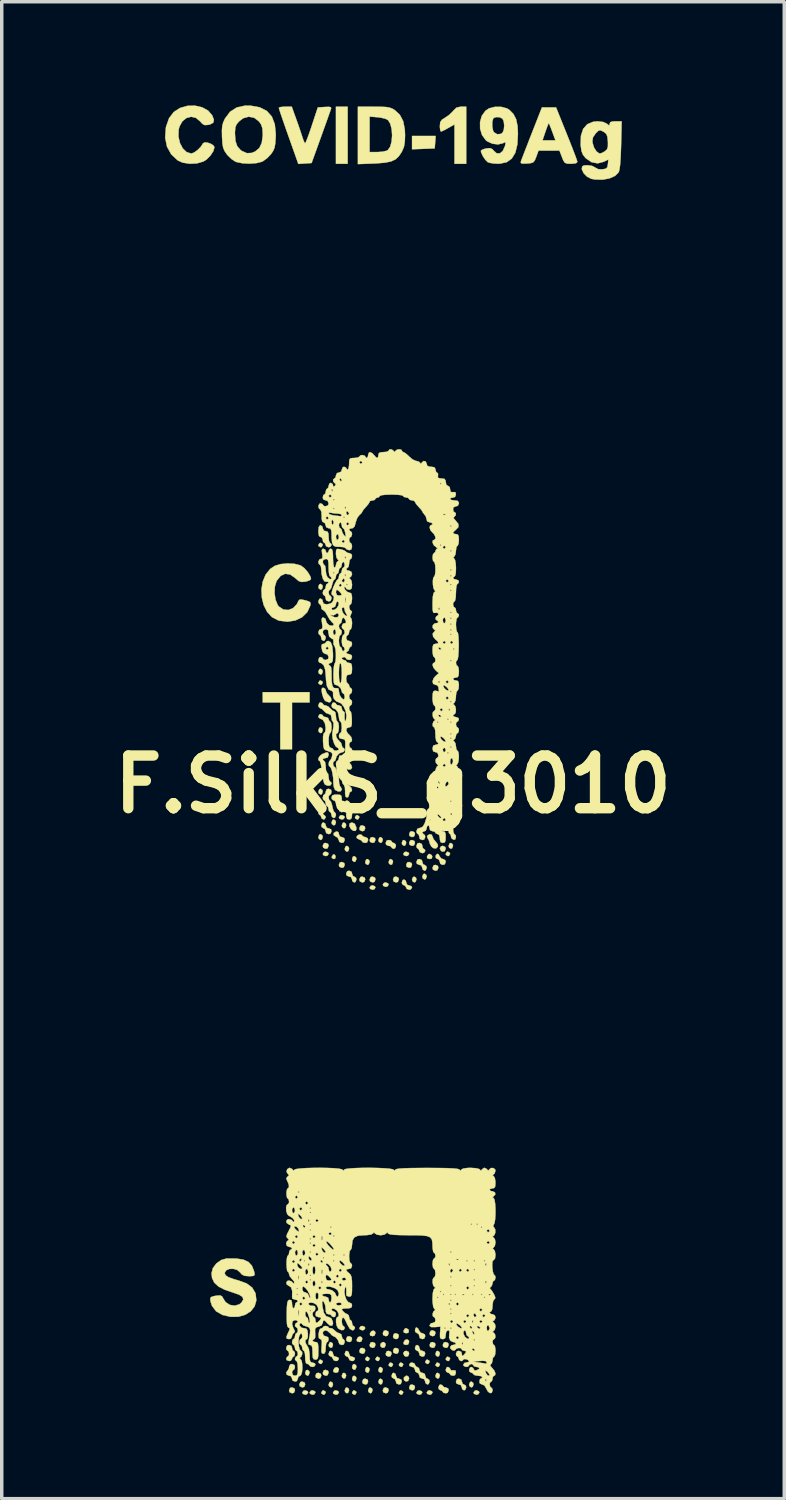
<source format=kicad_pcb>
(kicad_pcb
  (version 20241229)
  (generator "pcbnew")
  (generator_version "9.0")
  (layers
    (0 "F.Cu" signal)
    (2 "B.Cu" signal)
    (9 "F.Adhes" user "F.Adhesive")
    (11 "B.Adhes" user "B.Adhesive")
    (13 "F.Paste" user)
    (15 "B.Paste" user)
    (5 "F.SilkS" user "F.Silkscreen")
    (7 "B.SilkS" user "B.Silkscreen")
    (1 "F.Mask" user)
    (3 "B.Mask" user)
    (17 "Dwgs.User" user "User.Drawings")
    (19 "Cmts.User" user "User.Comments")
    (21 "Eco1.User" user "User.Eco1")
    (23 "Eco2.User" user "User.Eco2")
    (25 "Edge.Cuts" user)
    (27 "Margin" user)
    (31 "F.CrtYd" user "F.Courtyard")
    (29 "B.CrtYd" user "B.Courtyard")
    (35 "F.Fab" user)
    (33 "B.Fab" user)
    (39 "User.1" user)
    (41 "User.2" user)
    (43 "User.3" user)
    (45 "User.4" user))
  (footprint "F.SilkS_g3010"
    (layer "F.Cu")
    (at 8.317 19.636)
    (property "Reference" "F.SilkS_g3010" (at 0 0 0) (layer "F.SilkS") (effects (font (size 1.524 1.524) (thickness 0.3))))
    (attr through_hole)
    (fp_poly (pts (xy -1.312 -17.949) (xy -1.651 -17.949) (xy -1.651 -19.6) (xy -1.312 -19.6) (xy -1.312 -17.949)) (stroke (width 0.01) (type solid)) (fill yes) (layer "F.SilkS"))
    (fp_poly (pts (xy 1.22 -18.574) (xy 1.206 -18.394) (xy 0.878 -18.381) (xy 0.55 -18.369) (xy 0.55 -18.754) (xy 1.233 -18.754) (xy 1.22 -18.574)) (stroke (width 0.01) (type solid)) (fill yes) (layer "F.SilkS"))
    (fp_poly (pts (xy -1.686 2.031) (xy -1.659 2.085) (xy -1.676 2.148) (xy -1.714 2.159) (xy -1.768 2.129) (xy -1.771 2.093) (xy -1.734 2.028) (xy -1.686 2.031)) (stroke (width 0.01) (type solid)) (fill yes) (layer "F.SilkS"))
    (fp_poly (pts (xy -2.85 17.471) (xy -2.836 17.526) (xy -2.866 17.597) (xy -2.921 17.611) (xy -2.992 17.581) (xy -3.006 17.526) (xy -2.976 17.455) (xy -2.921 17.441) (xy -2.85 17.471)) (stroke (width 0.01) (type solid)) (fill yes) (layer "F.SilkS"))
    (fp_poly (pts (xy -2.554 17.302) (xy -2.54 17.357) (xy -2.57 17.427) (xy -2.625 17.441) (xy -2.695 17.411) (xy -2.709 17.357) (xy -2.679 17.286) (xy -2.625 17.272) (xy -2.554 17.302)) (stroke (width 0.01) (type solid)) (fill yes) (layer "F.SilkS"))
    (fp_poly (pts (xy -2.471 17.552) (xy -2.455 17.59) (xy -2.491 17.641) (xy -2.54 17.653) (xy -2.609 17.627) (xy -2.625 17.59) (xy -2.589 17.538) (xy -2.54 17.526) (xy -2.471 17.552)) (stroke (width 0.01) (type solid)) (fill yes) (layer "F.SilkS"))
    (fp_poly (pts (xy -2.425 16.969) (xy -2.413 17.018) (xy -2.439 17.087) (xy -2.477 17.103) (xy -2.528 17.067) (xy -2.54 17.018) (xy -2.514 16.949) (xy -2.477 16.933) (xy -2.425 16.969)) (stroke (width 0.01) (type solid)) (fill yes) (layer "F.SilkS"))
    (fp_poly (pts (xy -2.413 -2.371) (xy -2.921 -2.371) (xy -2.921 -1.016) (xy -3.26 -1.016) (xy -3.26 -2.371) (xy -3.768 -2.371) (xy -3.768 -2.667) (xy -2.413 -2.667) (xy -2.413 -2.371)) (stroke (width 0.01) (type solid)) (fill yes) (layer "F.SilkS"))
    (fp_poly (pts (xy -2.259 17.552) (xy -2.244 17.59) (xy -2.279 17.641) (xy -2.328 17.653) (xy -2.397 17.627) (xy -2.413 17.59) (xy -2.378 17.538) (xy -2.328 17.526) (xy -2.259 17.552)) (stroke (width 0.01) (type solid)) (fill yes) (layer "F.SilkS"))
    (fp_poly (pts (xy -2.088 17.048) (xy -2.074 17.103) (xy -2.104 17.173) (xy -2.159 17.187) (xy -2.23 17.157) (xy -2.244 17.103) (xy -2.214 17.032) (xy -2.159 17.018) (xy -2.088 17.048)) (stroke (width 0.01) (type solid)) (fill yes) (layer "F.SilkS"))
    (fp_poly (pts (xy -2.044 -5.764) (xy -2.032 -5.715) (xy -2.058 -5.646) (xy -2.095 -5.63) (xy -2.147 -5.666) (xy -2.159 -5.715) (xy -2.133 -5.784) (xy -2.095 -5.8) (xy -2.044 -5.764)) (stroke (width 0.01) (type solid)) (fill yes) (layer "F.SilkS"))
    (fp_poly (pts (xy -2.044 -3.309) (xy -2.032 -3.26) (xy -2.058 -3.191) (xy -2.095 -3.175) (xy -2.147 -3.21) (xy -2.159 -3.26) (xy -2.133 -3.329) (xy -2.095 -3.344) (xy -2.044 -3.309)) (stroke (width 0.01) (type solid)) (fill yes) (layer "F.SilkS"))
    (fp_poly (pts (xy -2.044 -1.616) (xy -2.032 -1.566) (xy -2.058 -1.497) (xy -2.095 -1.482) (xy -2.147 -1.517) (xy -2.159 -1.566) (xy -2.133 -1.635) (xy -2.095 -1.651) (xy -2.044 -1.616)) (stroke (width 0.01) (type solid)) (fill yes) (layer "F.SilkS"))
    (fp_poly (pts (xy -2.044 0.162) (xy -2.032 0.212) (xy -2.058 0.281) (xy -2.095 0.296) (xy -2.147 0.261) (xy -2.159 0.212) (xy -2.133 0.143) (xy -2.095 0.127) (xy -2.044 0.162)) (stroke (width 0.01) (type solid)) (fill yes) (layer "F.SilkS"))
    (fp_poly (pts (xy -2.044 1.475) (xy -2.032 1.524) (xy -2.058 1.593) (xy -2.095 1.609) (xy -2.147 1.573) (xy -2.159 1.524) (xy -2.133 1.455) (xy -2.095 1.439) (xy -2.044 1.475)) (stroke (width 0.01) (type solid)) (fill yes) (layer "F.SilkS"))
    (fp_poly (pts (xy -2.039 -6.951) (xy -2.032 -6.921) (xy -2.066 -6.865) (xy -2.095 -6.858) (xy -2.152 -6.892) (xy -2.159 -6.921) (xy -2.125 -6.978) (xy -2.095 -6.985) (xy -2.039 -6.951)) (stroke (width 0.01) (type solid)) (fill yes) (layer "F.SilkS"))
    (fp_poly (pts (xy -2.039 -2.972) (xy -2.032 -2.942) (xy -2.066 -2.886) (xy -2.095 -2.879) (xy -2.152 -2.913) (xy -2.159 -2.942) (xy -2.125 -2.998) (xy -2.095 -3.006) (xy -2.039 -2.972)) (stroke (width 0.01) (type solid)) (fill yes) (layer "F.SilkS"))
    (fp_poly (pts (xy -2.039 16.671) (xy -2.032 16.701) (xy -2.066 16.757) (xy -2.095 16.764) (xy -2.152 16.73) (xy -2.159 16.701) (xy -2.125 16.644) (xy -2.095 16.637) (xy -2.039 16.671)) (stroke (width 0.01) (type solid)) (fill yes) (layer "F.SilkS"))
    (fp_poly (pts (xy -1.955 17.56) (xy -1.947 17.59) (xy -1.981 17.646) (xy -2.011 17.653) (xy -2.067 17.619) (xy -2.074 17.59) (xy -2.04 17.533) (xy -2.011 17.526) (xy -1.955 17.56)) (stroke (width 0.01) (type solid)) (fill yes) (layer "F.SilkS"))
    (fp_poly (pts (xy -1.878 1.974) (xy -1.863 2.011) (xy -1.898 2.063) (xy -1.947 2.074) (xy -2.016 2.048) (xy -2.032 2.011) (xy -1.997 1.959) (xy -1.947 1.947) (xy -1.878 1.974)) (stroke (width 0.01) (type solid)) (fill yes) (layer "F.SilkS"))
    (fp_poly (pts (xy -1.877 1.723) (xy -1.863 1.778) (xy -1.893 1.849) (xy -1.947 1.863) (xy -2.018 1.833) (xy -2.032 1.778) (xy -2.002 1.707) (xy -1.947 1.693) (xy -1.877 1.723)) (stroke (width 0.01) (type solid)) (fill yes) (layer "F.SilkS"))
    (fp_poly (pts (xy -1.877 16.963) (xy -1.863 17.018) (xy -1.893 17.089) (xy -1.947 17.103) (xy -2.018 17.073) (xy -2.032 17.018) (xy -2.002 16.947) (xy -1.947 16.933) (xy -1.877 16.963)) (stroke (width 0.01) (type solid)) (fill yes) (layer "F.SilkS"))
    (fp_poly (pts (xy -1.747 16.164) (xy -1.736 16.214) (xy -1.762 16.283) (xy -1.799 16.298) (xy -1.851 16.263) (xy -1.863 16.214) (xy -1.836 16.145) (xy -1.799 16.129) (xy -1.747 16.164)) (stroke (width 0.01) (type solid)) (fill yes) (layer "F.SilkS"))
    (fp_poly (pts (xy -1.747 17.307) (xy -1.736 17.357) (xy -1.762 17.426) (xy -1.799 17.441) (xy -1.851 17.406) (xy -1.863 17.357) (xy -1.836 17.288) (xy -1.799 17.272) (xy -1.747 17.307)) (stroke (width 0.01) (type solid)) (fill yes) (layer "F.SilkS"))
    (fp_poly (pts (xy -1.663 1.051) (xy -1.651 1.101) (xy -1.677 1.17) (xy -1.714 1.185) (xy -1.766 1.15) (xy -1.778 1.101) (xy -1.752 1.032) (xy -1.714 1.016) (xy -1.663 1.051)) (stroke (width 0.01) (type solid)) (fill yes) (layer "F.SilkS"))
    (fp_poly (pts (xy -1.582 17.552) (xy -1.566 17.59) (xy -1.602 17.641) (xy -1.651 17.653) (xy -1.72 17.627) (xy -1.736 17.59) (xy -1.7 17.538) (xy -1.651 17.526) (xy -1.582 17.552)) (stroke (width 0.01) (type solid)) (fill yes) (layer "F.SilkS"))
    (fp_poly (pts (xy -1.577 16.885) (xy -1.566 16.93) (xy -1.594 17.003) (xy -1.654 17.018) (xy -1.722 16.995) (xy -1.728 16.944) (xy -1.688 16.876) (xy -1.627 16.855) (xy -1.577 16.885)) (stroke (width 0.01) (type solid)) (fill yes) (layer "F.SilkS"))
    (fp_poly (pts (xy -1.413 0.915) (xy -1.397 0.953) (xy -1.432 1.004) (xy -1.482 1.016) (xy -1.551 0.99) (xy -1.566 0.953) (xy -1.531 0.901) (xy -1.482 0.889) (xy -1.413 0.915)) (stroke (width 0.01) (type solid)) (fill yes) (layer "F.SilkS"))
    (fp_poly (pts (xy -1.411 2.274) (xy -1.397 2.328) (xy -1.427 2.399) (xy -1.482 2.413) (xy -1.552 2.383) (xy -1.566 2.328) (xy -1.536 2.258) (xy -1.482 2.244) (xy -1.411 2.274)) (stroke (width 0.01) (type solid)) (fill yes) (layer "F.SilkS"))
    (fp_poly (pts (xy -1.366 1.136) (xy -1.355 1.185) (xy -1.381 1.254) (xy -1.418 1.27) (xy -1.47 1.235) (xy -1.482 1.185) (xy -1.455 1.116) (xy -1.418 1.101) (xy -1.366 1.136)) (stroke (width 0.01) (type solid)) (fill yes) (layer "F.SilkS"))
    (fp_poly (pts (xy -1.366 17.053) (xy -1.355 17.103) (xy -1.381 17.172) (xy -1.418 17.187) (xy -1.47 17.152) (xy -1.482 17.103) (xy -1.455 17.034) (xy -1.418 17.018) (xy -1.366 17.053)) (stroke (width 0.01) (type solid)) (fill yes) (layer "F.SilkS"))
    (fp_poly (pts (xy -1.282 1.813) (xy -1.27 1.863) (xy -1.296 1.932) (xy -1.333 1.947) (xy -1.385 1.912) (xy -1.397 1.863) (xy -1.371 1.794) (xy -1.333 1.778) (xy -1.282 1.813)) (stroke (width 0.01) (type solid)) (fill yes) (layer "F.SilkS"))
    (fp_poly (pts (xy -1.282 17.477) (xy -1.27 17.526) (xy -1.296 17.595) (xy -1.333 17.611) (xy -1.385 17.575) (xy -1.397 17.526) (xy -1.371 17.457) (xy -1.333 17.441) (xy -1.282 17.477)) (stroke (width 0.01) (type solid)) (fill yes) (layer "F.SilkS"))
    (fp_poly (pts (xy -1.199 15.99) (xy -1.185 16.044) (xy -1.215 16.115) (xy -1.27 16.129) (xy -1.341 16.099) (xy -1.355 16.044) (xy -1.325 15.974) (xy -1.27 15.96) (xy -1.199 15.99)) (stroke (width 0.01) (type solid)) (fill yes) (layer "F.SilkS"))
    (fp_poly (pts (xy -1.07 2.11) (xy -1.058 2.159) (xy -1.085 2.228) (xy -1.122 2.244) (xy -1.174 2.208) (xy -1.185 2.159) (xy -1.159 2.09) (xy -1.122 2.074) (xy -1.07 2.11)) (stroke (width 0.01) (type solid)) (fill yes) (layer "F.SilkS"))
    (fp_poly (pts (xy -1.07 16.799) (xy -1.058 16.849) (xy -1.085 16.918) (xy -1.122 16.933) (xy -1.174 16.898) (xy -1.185 16.849) (xy -1.159 16.78) (xy -1.122 16.764) (xy -1.07 16.799)) (stroke (width 0.01) (type solid)) (fill yes) (layer "F.SilkS"))
    (fp_poly (pts (xy -1.07 17.138) (xy -1.058 17.187) (xy -1.085 17.256) (xy -1.122 17.272) (xy -1.174 17.237) (xy -1.185 17.187) (xy -1.159 17.118) (xy -1.122 17.103) (xy -1.07 17.138)) (stroke (width 0.01) (type solid)) (fill yes) (layer "F.SilkS"))
    (fp_poly (pts (xy -1.066 17.56) (xy -1.058 17.59) (xy -1.092 17.646) (xy -1.122 17.653) (xy -1.178 17.619) (xy -1.185 17.59) (xy -1.151 17.533) (xy -1.122 17.526) (xy -1.066 17.56)) (stroke (width 0.01) (type solid)) (fill yes) (layer "F.SilkS"))
    (fp_poly (pts (xy -0.981 0.923) (xy -0.974 0.953) (xy -1.008 1.009) (xy -1.037 1.016) (xy -1.093 0.982) (xy -1.101 0.953) (xy -1.067 0.896) (xy -1.037 0.889) (xy -0.981 0.923)) (stroke (width 0.01) (type solid)) (fill yes) (layer "F.SilkS"))
    (fp_poly (pts (xy -0.9 15.996) (xy -0.889 16.041) (xy -0.917 16.114) (xy -0.977 16.129) (xy -1.044 16.106) (xy -1.05 16.055) (xy -1.011 15.987) (xy -0.95 15.966) (xy -0.9 15.996)) (stroke (width 0.01) (type solid)) (fill yes) (layer "F.SilkS"))
    (fp_poly (pts (xy -0.82 15.69) (xy -0.804 15.727) (xy -0.84 15.779) (xy -0.889 15.79) (xy -0.958 15.764) (xy -0.974 15.727) (xy -0.938 15.675) (xy -0.889 15.663) (xy -0.82 15.69)) (stroke (width 0.01) (type solid)) (fill yes) (layer "F.SilkS"))
    (fp_poly (pts (xy -0.818 1.215) (xy -0.804 1.27) (xy -0.834 1.341) (xy -0.889 1.355) (xy -0.96 1.325) (xy -0.974 1.27) (xy -0.944 1.199) (xy -0.889 1.185) (xy -0.818 1.215)) (stroke (width 0.01) (type solid)) (fill yes) (layer "F.SilkS"))
    (fp_poly (pts (xy -0.818 2.697) (xy -0.804 2.752) (xy -0.834 2.822) (xy -0.889 2.836) (xy -0.96 2.806) (xy -0.974 2.752) (xy -0.944 2.681) (xy -0.889 2.667) (xy -0.818 2.697)) (stroke (width 0.01) (type solid)) (fill yes) (layer "F.SilkS"))
    (fp_poly (pts (xy -0.818 16.328) (xy -0.804 16.383) (xy -0.834 16.454) (xy -0.889 16.468) (xy -0.96 16.438) (xy -0.974 16.383) (xy -0.944 16.312) (xy -0.889 16.298) (xy -0.818 16.328)) (stroke (width 0.01) (type solid)) (fill yes) (layer "F.SilkS"))
    (fp_poly (pts (xy -0.734 17.217) (xy -0.72 17.272) (xy -0.75 17.343) (xy -0.804 17.357) (xy -0.875 17.327) (xy -0.889 17.272) (xy -0.859 17.201) (xy -0.804 17.187) (xy -0.734 17.217)) (stroke (width 0.01) (type solid)) (fill yes) (layer "F.SilkS"))
    (fp_poly (pts (xy -0.689 2.194) (xy -0.677 2.244) (xy -0.704 2.313) (xy -0.741 2.328) (xy -0.793 2.293) (xy -0.804 2.244) (xy -0.778 2.175) (xy -0.741 2.159) (xy -0.689 2.194)) (stroke (width 0.01) (type solid)) (fill yes) (layer "F.SilkS"))
    (fp_poly (pts (xy -0.689 16.884) (xy -0.677 16.933) (xy -0.704 17.002) (xy -0.741 17.018) (xy -0.793 16.983) (xy -0.804 16.933) (xy -0.778 16.864) (xy -0.741 16.849) (xy -0.689 16.884)) (stroke (width 0.01) (type solid)) (fill yes) (layer "F.SilkS"))
    (fp_poly (pts (xy -0.685 16.586) (xy -0.677 16.616) (xy -0.711 16.672) (xy -0.741 16.679) (xy -0.797 16.645) (xy -0.804 16.616) (xy -0.77 16.56) (xy -0.741 16.552) (xy -0.685 16.586)) (stroke (width 0.01) (type solid)) (fill yes) (layer "F.SilkS"))
    (fp_poly (pts (xy -0.604 17.477) (xy -0.593 17.526) (xy -0.619 17.595) (xy -0.656 17.611) (xy -0.708 17.575) (xy -0.72 17.526) (xy -0.693 17.457) (xy -0.656 17.441) (xy -0.604 17.477)) (stroke (width 0.01) (type solid)) (fill yes) (layer "F.SilkS"))
    (fp_poly (pts (xy -0.524 2.947) (xy -0.508 2.985) (xy -0.543 3.036) (xy -0.593 3.048) (xy -0.662 3.022) (xy -0.677 2.985) (xy -0.642 2.933) (xy -0.593 2.921) (xy -0.524 2.947)) (stroke (width 0.01) (type solid)) (fill yes) (layer "F.SilkS"))
    (fp_poly (pts (xy -0.522 1.554) (xy -0.508 1.609) (xy -0.538 1.679) (xy -0.593 1.693) (xy -0.663 1.663) (xy -0.677 1.609) (xy -0.647 1.538) (xy -0.593 1.524) (xy -0.522 1.554)) (stroke (width 0.01) (type solid)) (fill yes) (layer "F.SilkS"))
    (fp_poly (pts (xy -0.522 2.697) (xy -0.508 2.752) (xy -0.538 2.822) (xy -0.593 2.836) (xy -0.663 2.806) (xy -0.677 2.752) (xy -0.647 2.681) (xy -0.593 2.667) (xy -0.522 2.697)) (stroke (width 0.01) (type solid)) (fill yes) (layer "F.SilkS"))
    (fp_poly (pts (xy -0.522 16.159) (xy -0.508 16.214) (xy -0.538 16.284) (xy -0.593 16.298) (xy -0.663 16.268) (xy -0.677 16.214) (xy -0.647 16.143) (xy -0.593 16.129) (xy -0.522 16.159)) (stroke (width 0.01) (type solid)) (fill yes) (layer "F.SilkS"))
    (fp_poly (pts (xy -0.519 15.827) (xy -0.508 15.872) (xy -0.536 15.944) (xy -0.596 15.96) (xy -0.663 15.937) (xy -0.669 15.886) (xy -0.63 15.818) (xy -0.569 15.797) (xy -0.519 15.827)) (stroke (width 0.01) (type solid)) (fill yes) (layer "F.SilkS"))
    (fp_poly (pts (xy -0.388 16.586) (xy -0.381 16.616) (xy -0.415 16.672) (xy -0.445 16.679) (xy -0.501 16.645) (xy -0.508 16.616) (xy -0.474 16.56) (xy -0.445 16.552) (xy -0.388 16.586)) (stroke (width 0.01) (type solid)) (fill yes) (layer "F.SilkS"))
    (fp_poly (pts (xy -0.308 1.559) (xy -0.296 1.609) (xy -0.323 1.678) (xy -0.36 1.693) (xy -0.412 1.658) (xy -0.423 1.609) (xy -0.397 1.54) (xy -0.36 1.524) (xy -0.308 1.559)) (stroke (width 0.01) (type solid)) (fill yes) (layer "F.SilkS"))
    (fp_poly (pts (xy -0.308 16.884) (xy -0.296 16.933) (xy -0.323 17.002) (xy -0.36 17.018) (xy -0.412 16.983) (xy -0.423 16.933) (xy -0.397 16.864) (xy -0.36 16.849) (xy -0.308 16.884)) (stroke (width 0.01) (type solid)) (fill yes) (layer "F.SilkS"))
    (fp_poly (pts (xy -0.308 17.223) (xy -0.296 17.272) (xy -0.323 17.341) (xy -0.36 17.357) (xy -0.412 17.321) (xy -0.423 17.272) (xy -0.397 17.203) (xy -0.36 17.187) (xy -0.308 17.223)) (stroke (width 0.01) (type solid)) (fill yes) (layer "F.SilkS"))
    (fp_poly (pts (xy -0.223 16.164) (xy -0.212 16.214) (xy -0.242 16.282) (xy -0.306 16.297) (xy -0.36 16.256) (xy -0.365 16.185) (xy -0.31 16.135) (xy -0.273 16.129) (xy -0.223 16.164)) (stroke (width 0.01) (type solid)) (fill yes) (layer "F.SilkS"))
    (fp_poly (pts (xy -0.143 2.863) (xy -0.127 2.9) (xy -0.162 2.952) (xy -0.212 2.963) (xy -0.281 2.937) (xy -0.296 2.9) (xy -0.261 2.848) (xy -0.212 2.836) (xy -0.143 2.863)) (stroke (width 0.01) (type solid)) (fill yes) (layer "F.SilkS"))
    (fp_poly (pts (xy -0.141 15.82) (xy -0.127 15.875) (xy -0.157 15.946) (xy -0.212 15.96) (xy -0.282 15.93) (xy -0.296 15.875) (xy -0.266 15.804) (xy -0.212 15.79) (xy -0.141 15.82)) (stroke (width 0.01) (type solid)) (fill yes) (layer "F.SilkS"))
    (fp_poly (pts (xy -0.141 17.471) (xy -0.127 17.526) (xy -0.157 17.597) (xy -0.212 17.611) (xy -0.282 17.581) (xy -0.296 17.526) (xy -0.266 17.455) (xy -0.212 17.441) (xy -0.141 17.471)) (stroke (width 0.01) (type solid)) (fill yes) (layer "F.SilkS"))
    (fp_poly (pts (xy -0.056 16.413) (xy -0.042 16.468) (xy -0.072 16.538) (xy -0.127 16.552) (xy -0.198 16.522) (xy -0.212 16.468) (xy -0.182 16.397) (xy -0.127 16.383) (xy -0.056 16.413)) (stroke (width 0.01) (type solid)) (fill yes) (layer "F.SilkS"))
    (fp_poly (pts (xy -0.012 2.194) (xy 0 2.244) (xy -0.026 2.313) (xy -0.064 2.328) (xy -0.115 2.293) (xy -0.127 2.244) (xy -0.101 2.175) (xy -0.064 2.159) (xy -0.012 2.194)) (stroke (width 0.01) (type solid)) (fill yes) (layer "F.SilkS"))
    (fp_poly (pts (xy -0.007 16.756) (xy 0 16.785) (xy -0.034 16.841) (xy -0.064 16.849) (xy -0.12 16.815) (xy -0.127 16.785) (xy -0.093 16.729) (xy -0.064 16.722) (xy -0.007 16.756)) (stroke (width 0.01) (type solid)) (fill yes) (layer "F.SilkS"))
    (fp_poly (pts (xy 0.155 2.697) (xy 0.169 2.752) (xy 0.139 2.822) (xy 0.085 2.836) (xy 0.014 2.806) (xy 0 2.752) (xy 0.03 2.681) (xy 0.085 2.667) (xy 0.155 2.697)) (stroke (width 0.01) (type solid)) (fill yes) (layer "F.SilkS"))
    (fp_poly (pts (xy 0.155 15.905) (xy 0.169 15.96) (xy 0.139 16.03) (xy 0.085 16.044) (xy 0.014 16.014) (xy 0 15.96) (xy 0.03 15.889) (xy 0.085 15.875) (xy 0.155 15.905)) (stroke (width 0.01) (type solid)) (fill yes) (layer "F.SilkS"))
    (fp_poly (pts (xy 0.155 16.328) (xy 0.169 16.383) (xy 0.139 16.454) (xy 0.085 16.468) (xy 0.014 16.438) (xy 0 16.383) (xy 0.03 16.312) (xy 0.085 16.298) (xy 0.155 16.328)) (stroke (width 0.01) (type solid)) (fill yes) (layer "F.SilkS"))
    (fp_poly (pts (xy 0.289 16.756) (xy 0.296 16.785) (xy 0.262 16.841) (xy 0.233 16.849) (xy 0.177 16.815) (xy 0.169 16.785) (xy 0.203 16.729) (xy 0.233 16.722) (xy 0.289 16.756)) (stroke (width 0.01) (type solid)) (fill yes) (layer "F.SilkS"))
    (fp_poly (pts (xy 0.289 17.56) (xy 0.296 17.59) (xy 0.262 17.646) (xy 0.233 17.653) (xy 0.177 17.619) (xy 0.169 17.59) (xy 0.203 17.533) (xy 0.233 17.526) (xy 0.289 17.56)) (stroke (width 0.01) (type solid)) (fill yes) (layer "F.SilkS"))
    (fp_poly (pts (xy 0.369 1.644) (xy 0.381 1.693) (xy 0.355 1.762) (xy 0.318 1.778) (xy 0.266 1.743) (xy 0.254 1.693) (xy 0.28 1.624) (xy 0.318 1.609) (xy 0.369 1.644)) (stroke (width 0.01) (type solid)) (fill yes) (layer "F.SilkS"))
    (fp_poly (pts (xy 0.441 15.762) (xy 0.458 15.801) (xy 0.443 15.861) (xy 0.381 15.875) (xy 0.312 15.854) (xy 0.304 15.801) (xy 0.346 15.738) (xy 0.381 15.727) (xy 0.441 15.762)) (stroke (width 0.01) (type solid)) (fill yes) (layer "F.SilkS"))
    (fp_poly (pts (xy 0.45 1.974) (xy 0.466 2.011) (xy 0.43 2.063) (xy 0.381 2.074) (xy 0.312 2.048) (xy 0.296 2.011) (xy 0.332 1.959) (xy 0.381 1.947) (xy 0.45 1.974)) (stroke (width 0.01) (type solid)) (fill yes) (layer "F.SilkS"))
    (fp_poly (pts (xy 0.452 16.413) (xy 0.466 16.468) (xy 0.435 16.538) (xy 0.368 16.551) (xy 0.325 16.524) (xy 0.295 16.452) (xy 0.332 16.395) (xy 0.381 16.383) (xy 0.452 16.413)) (stroke (width 0.01) (type solid)) (fill yes) (layer "F.SilkS"))
    (fp_poly (pts (xy 0.454 17.138) (xy 0.466 17.187) (xy 0.436 17.255) (xy 0.371 17.27) (xy 0.318 17.23) (xy 0.312 17.159) (xy 0.367 17.109) (xy 0.405 17.103) (xy 0.454 17.138)) (stroke (width 0.01) (type solid)) (fill yes) (layer "F.SilkS"))
    (fp_poly (pts (xy 0.455 16.081) (xy 0.466 16.126) (xy 0.438 16.198) (xy 0.378 16.214) (xy 0.31 16.191) (xy 0.304 16.14) (xy 0.344 16.072) (xy 0.405 16.051) (xy 0.455 16.081)) (stroke (width 0.01) (type solid)) (fill yes) (layer "F.SilkS"))
    (fp_poly (pts (xy 0.536 2.274) (xy 0.55 2.328) (xy 0.52 2.399) (xy 0.466 2.413) (xy 0.395 2.383) (xy 0.381 2.328) (xy 0.411 2.258) (xy 0.466 2.244) (xy 0.536 2.274)) (stroke (width 0.01) (type solid)) (fill yes) (layer "F.SilkS"))
    (fp_poly (pts (xy 0.621 1.385) (xy 0.635 1.439) (xy 0.605 1.51) (xy 0.55 1.524) (xy 0.48 1.494) (xy 0.466 1.439) (xy 0.496 1.369) (xy 0.55 1.355) (xy 0.621 1.385)) (stroke (width 0.01) (type solid)) (fill yes) (layer "F.SilkS"))
    (fp_poly (pts (xy 0.621 1.639) (xy 0.635 1.693) (xy 0.605 1.764) (xy 0.55 1.778) (xy 0.48 1.748) (xy 0.466 1.693) (xy 0.496 1.623) (xy 0.55 1.609) (xy 0.621 1.639)) (stroke (width 0.01) (type solid)) (fill yes) (layer "F.SilkS"))
    (fp_poly (pts (xy 0.621 17.387) (xy 0.635 17.441) (xy 0.605 17.512) (xy 0.55 17.526) (xy 0.48 17.496) (xy 0.466 17.441) (xy 0.496 17.371) (xy 0.55 17.357) (xy 0.621 17.387)) (stroke (width 0.01) (type solid)) (fill yes) (layer "F.SilkS"))
    (fp_poly (pts (xy 0.666 2.702) (xy 0.677 2.752) (xy 0.651 2.821) (xy 0.614 2.836) (xy 0.562 2.801) (xy 0.55 2.752) (xy 0.577 2.683) (xy 0.614 2.667) (xy 0.666 2.702)) (stroke (width 0.01) (type solid)) (fill yes) (layer "F.SilkS"))
    (fp_poly (pts (xy 0.831 17.552) (xy 0.847 17.59) (xy 0.811 17.641) (xy 0.762 17.653) (xy 0.693 17.627) (xy 0.677 17.59) (xy 0.713 17.538) (xy 0.762 17.526) (xy 0.831 17.552)) (stroke (width 0.01) (type solid)) (fill yes) (layer "F.SilkS"))
    (fp_poly (pts (xy 0.962 2.618) (xy 0.974 2.667) (xy 0.947 2.736) (xy 0.91 2.752) (xy 0.858 2.716) (xy 0.847 2.667) (xy 0.873 2.598) (xy 0.91 2.582) (xy 0.962 2.618)) (stroke (width 0.01) (type solid)) (fill yes) (layer "F.SilkS"))
    (fp_poly (pts (xy 1.051 16.671) (xy 1.058 16.701) (xy 1.024 16.757) (xy 0.995 16.764) (xy 0.939 16.73) (xy 0.931 16.701) (xy 0.965 16.644) (xy 0.995 16.637) (xy 1.051 16.671)) (stroke (width 0.01) (type solid)) (fill yes) (layer "F.SilkS"))
    (fp_poly (pts (xy 1.118 2.046) (xy 1.135 2.085) (xy 1.12 2.145) (xy 1.058 2.159) (xy 0.989 2.138) (xy 0.982 2.085) (xy 1.023 2.022) (xy 1.058 2.011) (xy 1.118 2.046)) (stroke (width 0.01) (type solid)) (fill yes) (layer "F.SilkS"))
    (fp_poly (pts (xy 1.127 17.552) (xy 1.143 17.59) (xy 1.108 17.641) (xy 1.058 17.653) (xy 0.989 17.627) (xy 0.974 17.59) (xy 1.009 17.538) (xy 1.058 17.526) (xy 1.127 17.552)) (stroke (width 0.01) (type solid)) (fill yes) (layer "F.SilkS"))
    (fp_poly (pts (xy 1.214 15.82) (xy 1.228 15.875) (xy 1.198 15.946) (xy 1.143 15.96) (xy 1.072 15.93) (xy 1.058 15.875) (xy 1.088 15.804) (xy 1.143 15.79) (xy 1.214 15.82)) (stroke (width 0.01) (type solid)) (fill yes) (layer "F.SilkS"))
    (fp_poly (pts (xy 1.214 16.159) (xy 1.228 16.214) (xy 1.198 16.284) (xy 1.143 16.298) (xy 1.072 16.268) (xy 1.058 16.214) (xy 1.088 16.143) (xy 1.143 16.129) (xy 1.214 16.159)) (stroke (width 0.01) (type solid)) (fill yes) (layer "F.SilkS"))
    (fp_poly (pts (xy 1.298 2.358) (xy 1.312 2.413) (xy 1.282 2.484) (xy 1.228 2.498) (xy 1.157 2.468) (xy 1.143 2.413) (xy 1.173 2.342) (xy 1.228 2.328) (xy 1.298 2.358)) (stroke (width 0.01) (type solid)) (fill yes) (layer "F.SilkS"))
    (fp_poly (pts (xy 1.343 16.418) (xy 1.355 16.468) (xy 1.328 16.537) (xy 1.291 16.552) (xy 1.239 16.517) (xy 1.228 16.468) (xy 1.254 16.399) (xy 1.291 16.383) (xy 1.343 16.418)) (stroke (width 0.01) (type solid)) (fill yes) (layer "F.SilkS"))
    (fp_poly (pts (xy 1.343 17.053) (xy 1.355 17.103) (xy 1.328 17.172) (xy 1.291 17.187) (xy 1.239 17.152) (xy 1.228 17.103) (xy 1.254 17.034) (xy 1.291 17.018) (xy 1.343 17.053)) (stroke (width 0.01) (type solid)) (fill yes) (layer "F.SilkS"))
    (fp_poly (pts (xy 1.347 16.756) (xy 1.355 16.785) (xy 1.321 16.841) (xy 1.291 16.849) (xy 1.235 16.815) (xy 1.228 16.785) (xy 1.262 16.729) (xy 1.291 16.722) (xy 1.347 16.756)) (stroke (width 0.01) (type solid)) (fill yes) (layer "F.SilkS"))
    (fp_poly (pts (xy 1.51 1.808) (xy 1.524 1.863) (xy 1.494 1.933) (xy 1.426 1.946) (xy 1.383 1.919) (xy 1.354 1.847) (xy 1.391 1.79) (xy 1.439 1.778) (xy 1.51 1.808)) (stroke (width 0.01) (type solid)) (fill yes) (layer "F.SilkS"))
    (fp_poly (pts (xy 1.595 16.159) (xy 1.609 16.214) (xy 1.579 16.284) (xy 1.524 16.298) (xy 1.453 16.268) (xy 1.439 16.214) (xy 1.469 16.143) (xy 1.524 16.129) (xy 1.595 16.159)) (stroke (width 0.01) (type solid)) (fill yes) (layer "F.SilkS"))
    (fp_poly (pts (xy 1.644 1.981) (xy 1.651 2.011) (xy 1.617 2.067) (xy 1.587 2.074) (xy 1.531 2.04) (xy 1.524 2.011) (xy 1.558 1.955) (xy 1.587 1.947) (xy 1.644 1.981)) (stroke (width 0.01) (type solid)) (fill yes) (layer "F.SilkS"))
    (fp_poly (pts (xy 1.644 16.586) (xy 1.651 16.616) (xy 1.617 16.672) (xy 1.587 16.679) (xy 1.531 16.645) (xy 1.524 16.616) (xy 1.558 16.56) (xy 1.587 16.552) (xy 1.644 16.586)) (stroke (width 0.01) (type solid)) (fill yes) (layer "F.SilkS"))
    (fp_poly (pts (xy 1.724 1.729) (xy 1.736 1.778) (xy 1.709 1.847) (xy 1.672 1.863) (xy 1.62 1.827) (xy 1.609 1.778) (xy 1.635 1.709) (xy 1.672 1.693) (xy 1.724 1.729)) (stroke (width 0.01) (type solid)) (fill yes) (layer "F.SilkS"))
    (fp_poly (pts (xy 2.317 17.307) (xy 2.328 17.357) (xy 2.302 17.426) (xy 2.265 17.441) (xy 2.213 17.406) (xy 2.201 17.357) (xy 2.228 17.288) (xy 2.265 17.272) (xy 2.317 17.307)) (stroke (width 0.01) (type solid)) (fill yes) (layer "F.SilkS"))
    (fp_poly (pts (xy 2.482 17.552) (xy 2.498 17.59) (xy 2.462 17.641) (xy 2.413 17.653) (xy 2.344 17.627) (xy 2.328 17.59) (xy 2.364 17.538) (xy 2.413 17.526) (xy 2.482 17.552)) (stroke (width 0.01) (type solid)) (fill yes) (layer "F.SilkS"))
    (fp_poly (pts (xy -1.275 -0.643) (xy -1.209 -0.564) (xy -1.185 -0.49) (xy -1.216 -0.437) (xy -1.283 -0.426) (xy -1.349 -0.457) (xy -1.371 -0.49) (xy -1.396 -0.598) (xy -1.379 -0.665) (xy -1.352 -0.677) (xy -1.275 -0.643)) (stroke (width 0.01) (type solid)) (fill yes) (layer "F.SilkS"))
    (fp_poly (pts (xy -1.107 1.138) (xy -1.063 1.239) (xy -1.058 1.295) (xy -1.086 1.346) (xy -1.15 1.342) (xy -1.217 1.291) (xy -1.265 1.202) (xy -1.255 1.13) (xy -1.19 1.101) (xy -1.19 1.101) (xy -1.107 1.138)) (stroke (width 0.01) (type solid)) (fill yes) (layer "F.SilkS"))
    (fp_poly (pts (xy 1.317 2.021) (xy 1.341 2.07) (xy 1.393 2.143) (xy 1.444 2.159) (xy 1.511 2.191) (xy 1.524 2.244) (xy 1.494 2.314) (xy 1.439 2.328) (xy 1.369 2.298) (xy 1.355 2.244) (xy 1.328 2.175) (xy 1.291 2.159) (xy 1.239 2.129) (xy 1.232 2.065) (xy 1.273 2.009) (xy 1.317 2.021)) (stroke (width 0.01) (type solid)) (fill yes) (layer "F.SilkS"))
    (fp_poly (pts (xy -2.044 0.755) (xy -2.032 0.804) (xy -2.014 0.873) (xy -1.99 0.889) (xy -1.952 0.923) (xy -1.947 0.953) (xy -1.981 1.009) (xy -2.011 1.016) (xy -2.067 0.982) (xy -2.074 0.953) (xy -2.097 0.896) (xy -2.117 0.889) (xy -2.151 0.854) (xy -2.159 0.804) (xy -2.133 0.735) (xy -2.095 0.72) (xy -2.044 0.755)) (stroke (width 0.01) (type solid)) (fill yes) (layer "F.SilkS"))
    (fp_poly (pts (xy -1.959 1.136) (xy -1.947 1.185) (xy -1.917 1.256) (xy -1.863 1.27) (xy -1.792 1.3) (xy -1.778 1.355) (xy -1.808 1.425) (xy -1.863 1.439) (xy -1.933 1.409) (xy -1.947 1.355) (xy -1.974 1.286) (xy -2.011 1.27) (xy -2.063 1.235) (xy -2.074 1.185) (xy -2.048 1.116) (xy -2.011 1.101) (xy -1.959 1.136)) (stroke (width 0.01) (type solid)) (fill yes) (layer "F.SilkS"))
    (fp_poly (pts (xy -1.958 -2.759) (xy -1.947 -2.719) (xy -1.915 -2.637) (xy -1.863 -2.582) (xy -1.797 -2.508) (xy -1.78 -2.431) (xy -1.814 -2.38) (xy -1.852 -2.372) (xy -1.944 -2.404) (xy -1.976 -2.431) (xy -2.018 -2.51) (xy -2.052 -2.626) (xy -2.055 -2.641) (xy -2.067 -2.744) (xy -2.048 -2.788) (xy -2.016 -2.794) (xy -1.958 -2.759)) (stroke (width 0.01) (type solid)) (fill yes) (layer "F.SilkS"))
    (fp_poly (pts (xy -1.747 16.418) (xy -1.736 16.468) (xy -1.706 16.538) (xy -1.651 16.552) (xy -1.582 16.579) (xy -1.566 16.616) (xy -1.602 16.668) (xy -1.651 16.679) (xy -1.72 16.653) (xy -1.736 16.616) (xy -1.77 16.56) (xy -1.799 16.552) (xy -1.851 16.517) (xy -1.863 16.468) (xy -1.836 16.399) (xy -1.799 16.383) (xy -1.747 16.418)) (stroke (width 0.01) (type solid)) (fill yes) (layer "F.SilkS"))
    (fp_poly (pts (xy -1.579 1.38) (xy -1.566 1.436) (xy -1.538 1.509) (xy -1.482 1.524) (xy -1.411 1.554) (xy -1.397 1.609) (xy -1.427 1.679) (xy -1.482 1.693) (xy -1.553 1.663) (xy -1.566 1.614) (xy -1.603 1.539) (xy -1.655 1.511) (xy -1.718 1.467) (xy -1.714 1.408) (xy -1.648 1.365) (xy -1.637 1.362) (xy -1.579 1.38)) (stroke (width 0.01) (type solid)) (fill yes) (layer "F.SilkS"))
    (fp_poly (pts (xy -1.282 16.418) (xy -1.27 16.468) (xy -1.24 16.538) (xy -1.185 16.552) (xy -1.116 16.579) (xy -1.101 16.616) (xy -1.136 16.668) (xy -1.185 16.679) (xy -1.254 16.653) (xy -1.27 16.616) (xy -1.304 16.56) (xy -1.333 16.552) (xy -1.385 16.517) (xy -1.397 16.468) (xy -1.371 16.399) (xy -1.333 16.383) (xy -1.282 16.418)) (stroke (width 0.01) (type solid)) (fill yes) (layer "F.SilkS"))
    (fp_poly (pts (xy -1.199 2.528) (xy -1.185 2.582) (xy -1.159 2.651) (xy -1.122 2.667) (xy -1.07 2.702) (xy -1.058 2.752) (xy -1.085 2.821) (xy -1.122 2.836) (xy -1.174 2.801) (xy -1.185 2.752) (xy -1.215 2.681) (xy -1.27 2.667) (xy -1.341 2.637) (xy -1.355 2.582) (xy -1.325 2.512) (xy -1.27 2.498) (xy -1.199 2.528)) (stroke (width 0.01) (type solid)) (fill yes) (layer "F.SilkS"))
    (fp_poly (pts (xy -0.909 1.458) (xy -0.899 1.474) (xy -0.848 1.516) (xy -0.801 1.524) (xy -0.733 1.556) (xy -0.72 1.609) (xy -0.75 1.679) (xy -0.804 1.693) (xy -0.873 1.678) (xy -0.889 1.656) (xy -0.924 1.616) (xy -0.974 1.596) (xy -1.042 1.559) (xy -1.058 1.527) (xy -1.028 1.475) (xy -0.965 1.447) (xy -0.909 1.458)) (stroke (width 0.01) (type solid)) (fill yes) (layer "F.SilkS"))
    (fp_poly (pts (xy -0.058 1.626) (xy -0.042 1.651) (xy -0.008 1.689) (xy 0.021 1.693) (xy 0.073 1.729) (xy 0.085 1.778) (xy 0.058 1.847) (xy 0.021 1.863) (xy -0.035 1.84) (xy -0.042 1.82) (xy -0.078 1.786) (xy -0.127 1.778) (xy -0.198 1.748) (xy -0.212 1.693) (xy -0.182 1.623) (xy -0.127 1.609) (xy -0.058 1.626)) (stroke (width 0.01) (type solid)) (fill yes) (layer "F.SilkS"))
    (fp_poly (pts (xy 0.073 17.053) (xy 0.085 17.103) (xy 0.115 17.173) (xy 0.169 17.187) (xy 0.24 17.217) (xy 0.254 17.272) (xy 0.224 17.343) (xy 0.169 17.357) (xy 0.099 17.327) (xy 0.085 17.272) (xy 0.058 17.203) (xy 0.021 17.187) (xy -0.031 17.152) (xy -0.042 17.103) (xy -0.016 17.034) (xy 0.021 17.018) (xy 0.073 17.053)) (stroke (width 0.01) (type solid)) (fill yes) (layer "F.SilkS"))
    (fp_poly (pts (xy 0.369 2.787) (xy 0.381 2.836) (xy 0.411 2.907) (xy 0.466 2.921) (xy 0.535 2.947) (xy 0.55 2.985) (xy 0.515 3.036) (xy 0.466 3.048) (xy 0.397 3.022) (xy 0.381 2.985) (xy 0.347 2.928) (xy 0.318 2.921) (xy 0.266 2.886) (xy 0.254 2.836) (xy 0.28 2.767) (xy 0.318 2.752) (xy 0.369 2.787)) (stroke (width 0.01) (type solid)) (fill yes) (layer "F.SilkS"))
    (fp_poly (pts (xy 0.728 15.741) (xy 0.75 15.79) (xy 0.801 15.86) (xy 0.852 15.875) (xy 0.919 15.907) (xy 0.931 15.96) (xy 0.901 16.03) (xy 0.847 16.044) (xy 0.776 16.014) (xy 0.762 15.96) (xy 0.736 15.891) (xy 0.699 15.875) (xy 0.647 15.84) (xy 0.635 15.79) (xy 0.654 15.722) (xy 0.681 15.706) (xy 0.728 15.741)) (stroke (width 0.01) (type solid)) (fill yes) (layer "F.SilkS"))
    (fp_poly (pts (xy 0.75 16.249) (xy 0.762 16.298) (xy 0.792 16.369) (xy 0.847 16.383) (xy 0.917 16.413) (xy 0.931 16.468) (xy 0.901 16.538) (xy 0.847 16.552) (xy 0.776 16.522) (xy 0.762 16.468) (xy 0.736 16.399) (xy 0.699 16.383) (xy 0.647 16.348) (xy 0.635 16.298) (xy 0.661 16.229) (xy 0.699 16.214) (xy 0.75 16.249)) (stroke (width 0.01) (type solid)) (fill yes) (layer "F.SilkS"))
    (fp_poly (pts (xy 0.833 1.723) (xy 0.847 1.778) (xy 0.864 1.847) (xy 0.889 1.863) (xy 0.927 1.897) (xy 0.931 1.926) (xy 0.896 1.978) (xy 0.847 1.99) (xy 0.778 1.963) (xy 0.762 1.926) (xy 0.739 1.87) (xy 0.72 1.863) (xy 0.685 1.827) (xy 0.677 1.778) (xy 0.707 1.707) (xy 0.762 1.693) (xy 0.833 1.723)) (stroke (width 0.01) (type solid)) (fill yes) (layer "F.SilkS"))
    (fp_poly (pts (xy 0.833 2.189) (xy 0.847 2.244) (xy 0.873 2.313) (xy 0.91 2.328) (xy 0.962 2.364) (xy 0.974 2.413) (xy 0.947 2.482) (xy 0.91 2.498) (xy 0.858 2.462) (xy 0.847 2.413) (xy 0.817 2.342) (xy 0.762 2.328) (xy 0.691 2.298) (xy 0.677 2.244) (xy 0.707 2.173) (xy 0.762 2.159) (xy 0.833 2.189)) (stroke (width 0.01) (type solid)) (fill yes) (layer "F.SilkS"))
    (fp_poly (pts (xy 1.115 1.453) (xy 1.143 1.508) (xy 1.173 1.586) (xy 1.233 1.655) (xy 1.293 1.736) (xy 1.298 1.798) (xy 1.242 1.855) (xy 1.162 1.842) (xy 1.111 1.799) (xy 1.066 1.72) (xy 1.058 1.682) (xy 1.031 1.603) (xy 1.011 1.578) (xy 0.985 1.512) (xy 0.993 1.485) (xy 1.052 1.442) (xy 1.115 1.453)) (stroke (width 0.01) (type solid)) (fill yes) (layer "F.SilkS"))
    (fp_poly (pts (xy 1.432 17.38) (xy 1.439 17.399) (xy 1.475 17.433) (xy 1.524 17.441) (xy 1.595 17.471) (xy 1.609 17.526) (xy 1.579 17.597) (xy 1.524 17.611) (xy 1.455 17.593) (xy 1.439 17.568) (xy 1.405 17.531) (xy 1.376 17.526) (xy 1.324 17.491) (xy 1.312 17.441) (xy 1.339 17.372) (xy 1.376 17.357) (xy 1.432 17.38)) (stroke (width 0.01) (type solid)) (fill yes) (layer "F.SilkS"))
    (fp_poly (pts (xy 1.976 17.217) (xy 1.99 17.272) (xy 2.016 17.341) (xy 2.053 17.357) (xy 2.105 17.392) (xy 2.117 17.441) (xy 2.09 17.51) (xy 2.053 17.526) (xy 2.001 17.491) (xy 1.99 17.441) (xy 1.96 17.371) (xy 1.905 17.357) (xy 1.834 17.327) (xy 1.82 17.272) (xy 1.85 17.201) (xy 1.905 17.187) (xy 1.976 17.217)) (stroke (width 0.01) (type solid)) (fill yes) (layer "F.SilkS"))
    (fp_poly (pts (xy 1.644 16.881) (xy 1.651 16.908) (xy 1.682 16.95) (xy 1.736 16.946) (xy 1.802 16.947) (xy 1.82 17.013) (xy 1.82 17.013) (xy 1.793 17.087) (xy 1.736 17.103) (xy 1.667 17.085) (xy 1.651 17.06) (xy 1.617 17.023) (xy 1.587 17.018) (xy 1.536 16.983) (xy 1.524 16.933) (xy 1.55 16.864) (xy 1.587 16.849) (xy 1.644 16.881)) (stroke (width 0.01) (type solid)) (fill yes) (layer "F.SilkS"))
    (fp_poly (pts (xy 2.117 -17.949) (xy 1.778 -17.949) (xy 1.778 -19.087) (xy 1.598 -18.985) (xy 1.487 -18.924) (xy 1.407 -18.887) (xy 1.386 -18.881) (xy 1.366 -18.918) (xy 1.355 -19.011) (xy 1.355 -19.04) (xy 1.365 -19.151) (xy 1.412 -19.222) (xy 1.506 -19.282) (xy 1.629 -19.367) (xy 1.732 -19.469) (xy 1.742 -19.482) (xy 1.833 -19.572) (xy 1.954 -19.6) (xy 1.971 -19.6) (xy 2.117 -19.6) (xy 2.117 -17.949)) (stroke (width 0.01) (type solid)) (fill yes) (layer "F.SilkS"))
    (fp_poly (pts (xy -2.935 16.244) (xy -2.921 16.298) (xy -2.903 16.367) (xy -2.879 16.383) (xy -2.844 16.418) (xy -2.836 16.468) (xy -2.854 16.536) (xy -2.879 16.552) (xy -2.916 16.587) (xy -2.921 16.616) (xy -2.956 16.668) (xy -3.006 16.679) (xy -3.075 16.653) (xy -3.09 16.616) (xy -3.067 16.559) (xy -3.048 16.552) (xy -3.014 16.517) (xy -3.006 16.468) (xy -3.023 16.399) (xy -3.048 16.383) (xy -3.082 16.348) (xy -3.09 16.298) (xy -3.06 16.228) (xy -3.006 16.214) (xy -2.935 16.244)) (stroke (width 0.01) (type solid)) (fill yes) (layer "F.SilkS"))
    (fp_poly (pts (xy -1.535 0.301) (xy -1.493 0.333) (xy -1.482 0.416) (xy -1.482 0.466) (xy -1.472 0.572) (xy -1.449 0.631) (xy -1.439 0.635) (xy -1.405 0.67) (xy -1.397 0.72) (xy -1.427 0.79) (xy -1.482 0.804) (xy -1.552 0.774) (xy -1.566 0.72) (xy -1.584 0.651) (xy -1.609 0.635) (xy -1.643 0.6) (xy -1.651 0.55) (xy -1.677 0.481) (xy -1.714 0.466) (xy -1.766 0.43) (xy -1.778 0.381) (xy -1.761 0.323) (xy -1.697 0.299) (xy -1.63 0.296) (xy -1.535 0.301)) (stroke (width 0.01) (type solid)) (fill yes) (layer "F.SilkS"))
    (fp_poly (pts (xy -2.044 -7.458) (xy -2.032 -7.408) (xy -2.002 -7.338) (xy -1.947 -7.324) (xy -1.892 -7.309) (xy -1.867 -7.252) (xy -1.863 -7.154) (xy -1.853 -7.048) (xy -1.83 -6.989) (xy -1.82 -6.985) (xy -1.783 -6.951) (xy -1.778 -6.921) (xy -1.813 -6.87) (xy -1.863 -6.858) (xy -1.932 -6.884) (xy -1.947 -6.921) (xy -1.97 -6.978) (xy -1.99 -6.985) (xy -2.024 -7.02) (xy -2.032 -7.07) (xy -2.058 -7.139) (xy -2.095 -7.154) (xy -2.14 -7.182) (xy -2.158 -7.275) (xy -2.159 -7.324) (xy -2.149 -7.441) (xy -2.114 -7.49) (xy -2.095 -7.493) (xy -2.044 -7.458)) (stroke (width 0.01) (type solid)) (fill yes) (layer "F.SilkS"))
    (fp_poly (pts (xy -1.277 0.489) (xy -1.27 0.508) (xy -1.235 0.542) (xy -1.185 0.55) (xy -1.115 0.58) (xy -1.101 0.635) (xy -1.118 0.704) (xy -1.143 0.72) (xy -1.171 0.757) (xy -1.185 0.848) (xy -1.185 0.868) (xy -1.195 0.97) (xy -1.232 1.011) (xy -1.27 1.016) (xy -1.328 0.999) (xy -1.352 0.935) (xy -1.355 0.868) (xy -1.344 0.77) (xy -1.318 0.721) (xy -1.312 0.72) (xy -1.271 0.687) (xy -1.27 0.677) (xy -1.304 0.64) (xy -1.333 0.635) (xy -1.385 0.6) (xy -1.397 0.55) (xy -1.371 0.481) (xy -1.333 0.466) (xy -1.277 0.489)) (stroke (width 0.01) (type solid)) (fill yes) (layer "F.SilkS"))
    (fp_poly (pts (xy 0.619 16.748) (xy 0.635 16.785) (xy 0.669 16.841) (xy 0.699 16.849) (xy 0.75 16.884) (xy 0.762 16.933) (xy 0.792 17.004) (xy 0.847 17.018) (xy 0.917 17.048) (xy 0.931 17.103) (xy 0.958 17.172) (xy 0.995 17.187) (xy 1.047 17.223) (xy 1.058 17.272) (xy 1.032 17.341) (xy 0.995 17.357) (xy 0.943 17.321) (xy 0.931 17.272) (xy 0.901 17.201) (xy 0.847 17.187) (xy 0.776 17.157) (xy 0.762 17.103) (xy 0.736 17.034) (xy 0.699 17.018) (xy 0.647 16.983) (xy 0.635 16.933) (xy 0.605 16.863) (xy 0.55 16.849) (xy 0.481 16.822) (xy 0.466 16.785) (xy 0.501 16.733) (xy 0.55 16.722) (xy 0.619 16.748)) (stroke (width 0.01) (type solid)) (fill yes) (layer "F.SilkS"))
    (fp_poly (pts (xy -2.803 -19.251) (xy -2.737 -19.066) (xy -2.676 -18.887) (xy -2.63 -18.746) (xy -2.623 -18.722) (xy -2.585 -18.614) (xy -2.552 -18.549) (xy -2.543 -18.542) (xy -2.52 -18.58) (xy -2.478 -18.683) (xy -2.422 -18.837) (xy -2.357 -19.027) (xy -2.346 -19.061) (xy -2.175 -19.579) (xy -1.973 -19.592) (xy -1.852 -19.596) (xy -1.798 -19.584) (xy -1.79 -19.549) (xy -1.796 -19.529) (xy -1.818 -19.466) (xy -1.864 -19.337) (xy -1.928 -19.157) (xy -2.006 -18.94) (xy -2.088 -18.711) (xy -2.355 -17.971) (xy -2.547 -17.958) (xy -2.739 -17.945) (xy -3.021 -18.741) (xy -3.108 -18.986) (xy -3.183 -19.203) (xy -3.244 -19.381) (xy -3.285 -19.506) (xy -3.302 -19.566) (xy -3.303 -19.569) (xy -3.264 -19.588) (xy -3.169 -19.599) (xy -3.116 -19.6) (xy -2.929 -19.6) (xy -2.803 -19.251)) (stroke (width 0.01) (type solid)) (fill yes) (layer "F.SilkS"))
    (fp_poly (pts (xy -1.792 0.157) (xy -1.778 0.212) (xy -1.796 0.28) (xy -1.82 0.296) (xy -1.855 0.332) (xy -1.863 0.381) (xy -1.846 0.45) (xy -1.824 0.466) (xy -1.794 0.503) (xy -1.764 0.596) (xy -1.757 0.635) (xy -1.73 0.741) (xy -1.699 0.8) (xy -1.69 0.804) (xy -1.658 0.84) (xy -1.651 0.889) (xy -1.677 0.958) (xy -1.714 0.974) (xy -1.766 0.938) (xy -1.778 0.889) (xy -1.796 0.82) (xy -1.82 0.804) (xy -1.855 0.769) (xy -1.863 0.72) (xy -1.88 0.651) (xy -1.905 0.635) (xy -1.939 0.6) (xy -1.947 0.55) (xy -1.965 0.482) (xy -1.99 0.466) (xy -2.024 0.43) (xy -2.032 0.381) (xy -2.014 0.312) (xy -1.99 0.296) (xy -1.955 0.261) (xy -1.947 0.212) (xy -1.917 0.141) (xy -1.863 0.127) (xy -1.792 0.157)) (stroke (width 0.01) (type solid)) (fill yes) (layer "F.SilkS"))
    (fp_poly (pts (xy -1.88 -0.92) (xy -1.863 -0.868) (xy -1.863 -0.847) (xy -1.893 -0.776) (xy -1.947 -0.762) (xy -2.016 -0.744) (xy -2.032 -0.72) (xy -2 -0.679) (xy -1.99 -0.677) (xy -1.963 -0.64) (xy -1.948 -0.546) (xy -1.947 -0.508) (xy -1.938 -0.402) (xy -1.914 -0.343) (xy -1.905 -0.339) (xy -1.875 -0.302) (xy -1.863 -0.213) (xy -1.863 -0.212) (xy -1.85 -0.122) (xy -1.821 -0.085) (xy -1.82 -0.085) (xy -1.783 -0.05) (xy -1.778 -0.021) (xy -1.81 0.029) (xy -1.883 0.04) (xy -1.96 0.01) (xy -1.981 -0.011) (xy -2.007 -0.077) (xy -2.033 -0.202) (xy -2.054 -0.359) (xy -2.055 -0.37) (xy -2.074 -0.519) (xy -2.097 -0.628) (xy -2.12 -0.677) (xy -2.122 -0.677) (xy -2.161 -0.704) (xy -2.153 -0.764) (xy -2.106 -0.833) (xy -2.044 -0.878) (xy -1.935 -0.922) (xy -1.88 -0.92)) (stroke (width 0.01) (type solid)) (fill yes) (layer "F.SilkS"))
    (fp_poly (pts (xy -0.346 -19.598) (xy -0.2 -19.591) (xy -0.098 -19.573) (xy -0.02 -19.544) (xy 0.047 -19.505) (xy 0.197 -19.366) (xy 0.294 -19.182) (xy 0.341 -18.942) (xy 0.348 -18.776) (xy 0.341 -18.584) (xy 0.317 -18.444) (xy 0.267 -18.322) (xy 0.249 -18.287) (xy 0.166 -18.164) (xy 0.071 -18.076) (xy -0.055 -18.018) (xy -0.226 -17.982) (xy -0.46 -17.962) (xy -0.561 -17.957) (xy -1.016 -17.94) (xy -1.016 -18.288) (xy -0.677 -18.288) (xy -0.453 -18.288) (xy -0.31 -18.298) (xy -0.193 -18.324) (xy -0.152 -18.343) (xy -0.083 -18.44) (xy -0.041 -18.59) (xy -0.026 -18.77) (xy -0.039 -18.951) (xy -0.08 -19.109) (xy -0.143 -19.211) (xy -0.221 -19.251) (xy -0.35 -19.283) (xy -0.442 -19.295) (xy -0.677 -19.314) (xy -0.677 -18.288) (xy -1.016 -18.288) (xy -1.016 -19.6) (xy -0.557 -19.6) (xy -0.346 -19.598)) (stroke (width 0.01) (type solid)) (fill yes) (layer "F.SilkS"))
    (fp_poly (pts (xy 5.023 -18.817) (xy 5.118 -18.578) (xy 5.202 -18.364) (xy 5.269 -18.189) (xy 5.314 -18.064) (xy 5.332 -18.004) (xy 5.332 -18.002) (xy 5.293 -17.965) (xy 5.176 -17.95) (xy 5.147 -17.949) (xy 5.033 -17.954) (xy 4.967 -17.981) (xy 4.922 -18.053) (xy 4.887 -18.14) (xy 4.814 -18.33) (xy 4.208 -18.33) (xy 4.143 -18.15) (xy 4.098 -18.041) (xy 4.048 -17.986) (xy 3.962 -17.964) (xy 3.877 -17.957) (xy 3.757 -17.953) (xy 3.702 -17.966) (xy 3.695 -18.002) (xy 3.7 -18.021) (xy 3.723 -18.083) (xy 3.772 -18.211) (xy 3.841 -18.389) (xy 3.925 -18.604) (xy 3.933 -18.627) (xy 4.324 -18.627) (xy 4.698 -18.627) (xy 4.608 -18.87) (xy 4.559 -19) (xy 4.522 -19.093) (xy 4.507 -19.126) (xy 4.49 -19.097) (xy 4.454 -19.006) (xy 4.41 -18.883) (xy 4.324 -18.627) (xy 3.933 -18.627) (xy 4.016 -18.838) (xy 4.307 -19.579) (xy 4.716 -19.579) (xy 5.023 -18.817)) (stroke (width 0.01) (type solid)) (fill yes) (layer "F.SilkS"))
    (fp_poly (pts (xy -5.522 -19.583) (xy -5.349 -19.488) (xy -5.231 -19.351) (xy -5.228 -19.346) (xy -5.18 -19.219) (xy -5.199 -19.137) (xy -5.29 -19.088) (xy -5.339 -19.076) (xy -5.441 -19.067) (xy -5.513 -19.103) (xy -5.579 -19.176) (xy -5.702 -19.279) (xy -5.839 -19.309) (xy -5.975 -19.273) (xy -6.093 -19.177) (xy -6.176 -19.028) (xy -6.2 -18.935) (xy -6.206 -18.736) (xy -6.163 -18.55) (xy -6.082 -18.395) (xy -5.97 -18.287) (xy -5.838 -18.246) (xy -5.833 -18.246) (xy -5.751 -18.276) (xy -5.648 -18.351) (xy -5.555 -18.446) (xy -5.499 -18.535) (xy -5.498 -18.538) (xy -5.45 -18.567) (xy -5.363 -18.56) (xy -5.266 -18.526) (xy -5.19 -18.476) (xy -5.165 -18.427) (xy -5.197 -18.314) (xy -5.281 -18.186) (xy -5.392 -18.073) (xy -5.479 -18.017) (xy -5.669 -17.961) (xy -5.883 -17.95) (xy -6.085 -17.983) (xy -6.226 -18.046) (xy -6.414 -18.221) (xy -6.537 -18.443) (xy -6.59 -18.702) (xy -6.57 -18.988) (xy -6.563 -19.025) (xy -6.477 -19.268) (xy -6.342 -19.446) (xy -6.164 -19.562) (xy -5.95 -19.624) (xy -5.729 -19.63) (xy -5.522 -19.583)) (stroke (width 0.01) (type solid)) (fill yes) (layer "F.SilkS"))
    (fp_poly (pts (xy -2.851 -6.379) (xy -2.687 -6.338) (xy -2.663 -6.327) (xy -2.561 -6.25) (xy -2.464 -6.138) (xy -2.393 -6.021) (xy -2.371 -5.941) (xy -2.408 -5.903) (xy -2.501 -5.871) (xy -2.534 -5.864) (xy -2.648 -5.854) (xy -2.73 -5.882) (xy -2.823 -5.962) (xy -2.827 -5.966) (xy -2.974 -6.07) (xy -3.119 -6.091) (xy -3.251 -6.03) (xy -3.363 -5.889) (xy -3.37 -5.876) (xy -3.418 -5.717) (xy -3.426 -5.528) (xy -3.398 -5.341) (xy -3.336 -5.188) (xy -3.303 -5.144) (xy -3.172 -5.058) (xy -3.029 -5.044) (xy -2.892 -5.096) (xy -2.782 -5.21) (xy -2.74 -5.298) (xy -2.712 -5.34) (xy -2.655 -5.348) (xy -2.543 -5.325) (xy -2.54 -5.324) (xy -2.431 -5.291) (xy -2.386 -5.254) (xy -2.387 -5.193) (xy -2.392 -5.172) (xy -2.48 -4.981) (xy -2.629 -4.835) (xy -2.824 -4.741) (xy -3.05 -4.705) (xy -3.292 -4.735) (xy -3.319 -4.743) (xy -3.502 -4.838) (xy -3.643 -4.992) (xy -3.741 -5.187) (xy -3.795 -5.408) (xy -3.805 -5.639) (xy -3.768 -5.864) (xy -3.684 -6.067) (xy -3.553 -6.231) (xy -3.416 -6.322) (xy -3.252 -6.371) (xy -3.052 -6.39) (xy -2.851 -6.379)) (stroke (width 0.01) (type solid)) (fill yes) (layer "F.SilkS"))
    (fp_poly (pts (xy -1.879 15.682) (xy -1.863 15.708) (xy -1.836 15.733) (xy -1.818 15.725) (xy -1.761 15.733) (xy -1.697 15.786) (xy -1.616 15.853) (xy -1.551 15.875) (xy -1.493 15.91) (xy -1.482 15.96) (xy -1.464 16.028) (xy -1.439 16.044) (xy -1.405 16.08) (xy -1.397 16.129) (xy -1.427 16.2) (xy -1.482 16.214) (xy -1.552 16.186) (xy -1.566 16.147) (xy -1.595 16.065) (xy -1.659 15.99) (xy -1.723 15.96) (xy -1.773 15.929) (xy -1.82 15.875) (xy -1.896 15.809) (xy -1.957 15.79) (xy -2.02 15.824) (xy -2.032 15.875) (xy -2.002 15.946) (xy -1.947 15.96) (xy -1.877 15.99) (xy -1.863 16.044) (xy -1.88 16.113) (xy -1.905 16.129) (xy -1.932 16.167) (xy -1.946 16.26) (xy -1.947 16.298) (xy -1.957 16.413) (xy -1.989 16.462) (xy -2.016 16.468) (xy -2.056 16.454) (xy -2.072 16.399) (xy -2.067 16.283) (xy -2.065 16.256) (xy -2.058 16.125) (xy -2.072 16.06) (xy -2.104 16.044) (xy -2.144 16.017) (xy -2.154 15.926) (xy -2.151 15.886) (xy -2.129 15.776) (xy -2.09 15.737) (xy -2.085 15.737) (xy -2.036 15.722) (xy -2.032 15.706) (xy -1.997 15.671) (xy -1.947 15.663) (xy -1.879 15.682)) (stroke (width 0.01) (type solid)) (fill yes) (layer "F.SilkS"))
    (fp_poly (pts (xy -4.12 -19.63) (xy -3.853 -19.581) (xy -3.648 -19.476) (xy -3.504 -19.314) (xy -3.419 -19.092) (xy -3.391 -18.808) (xy -3.393 -18.717) (xy -3.405 -18.538) (xy -3.427 -18.414) (xy -3.468 -18.319) (xy -3.53 -18.227) (xy -3.637 -18.115) (xy -3.756 -18.027) (xy -3.793 -18.008) (xy -3.953 -17.968) (xy -4.155 -17.953) (xy -4.359 -17.964) (xy -4.529 -18) (xy -4.556 -18.01) (xy -4.664 -18.08) (xy -4.777 -18.187) (xy -4.81 -18.227) (xy -4.873 -18.32) (xy -4.912 -18.412) (xy -4.933 -18.531) (xy -4.944 -18.704) (xy -4.946 -18.729) (xy -4.947 -18.822) (xy -4.572 -18.822) (xy -4.557 -18.609) (xy -4.506 -18.458) (xy -4.413 -18.35) (xy -4.368 -18.318) (xy -4.224 -18.256) (xy -4.088 -18.263) (xy -3.985 -18.306) (xy -3.867 -18.404) (xy -3.796 -18.555) (xy -3.768 -18.769) (xy -3.768 -18.816) (xy -3.777 -18.973) (xy -3.815 -19.085) (xy -3.877 -19.174) (xy -4.015 -19.28) (xy -4.173 -19.311) (xy -4.334 -19.266) (xy -4.448 -19.18) (xy -4.523 -19.093) (xy -4.56 -19.004) (xy -4.571 -18.875) (xy -4.572 -18.822) (xy -4.947 -18.822) (xy -4.949 -18.914) (xy -4.939 -19.045) (xy -4.91 -19.151) (xy -4.859 -19.259) (xy -4.713 -19.454) (xy -4.52 -19.578) (xy -4.28 -19.631) (xy -4.12 -19.63)) (stroke (width 0.01) (type solid)) (fill yes) (layer "F.SilkS"))
    (fp_poly (pts (xy -4.527 13.715) (xy -4.325 13.747) (xy -4.181 13.813) (xy -4.084 13.918) (xy -4.022 14.071) (xy -4.008 14.129) (xy -4.003 14.188) (xy -4.036 14.216) (xy -4.128 14.224) (xy -4.169 14.224) (xy -4.298 14.213) (xy -4.377 14.171) (xy -4.42 14.118) (xy -4.503 14.046) (xy -4.615 14.012) (xy -4.73 14.014) (xy -4.823 14.052) (xy -4.867 14.125) (xy -4.868 14.139) (xy -4.843 14.198) (xy -4.76 14.253) (xy -4.61 14.308) (xy -4.466 14.349) (xy -4.233 14.434) (xy -4.074 14.553) (xy -3.981 14.71) (xy -3.975 14.729) (xy -3.953 14.925) (xy -4.003 15.097) (xy -4.113 15.238) (xy -4.273 15.34) (xy -4.471 15.397) (xy -4.696 15.4) (xy -4.93 15.346) (xy -5.116 15.241) (xy -5.235 15.084) (xy -5.273 14.972) (xy -5.288 14.88) (xy -5.267 14.831) (xy -5.191 14.803) (xy -5.107 14.788) (xy -5 14.78) (xy -4.945 14.806) (xy -4.926 14.843) (xy -4.843 14.974) (xy -4.72 15.054) (xy -4.58 15.078) (xy -4.446 15.039) (xy -4.383 14.988) (xy -4.331 14.9) (xy -4.352 14.825) (xy -4.45 14.76) (xy -4.602 14.707) (xy -4.864 14.618) (xy -5.051 14.522) (xy -5.171 14.41) (xy -5.234 14.276) (xy -5.249 14.139) (xy -5.211 13.992) (xy -5.11 13.857) (xy -4.97 13.757) (xy -4.811 13.712) (xy -4.798 13.712) (xy -4.527 13.715)) (stroke (width 0.01) (type solid)) (fill yes) (layer "F.SilkS"))
    (fp_poly (pts (xy 3.128 -19.595) (xy 3.293 -19.552) (xy 3.361 -19.512) (xy 3.482 -19.39) (xy 3.56 -19.239) (xy 3.602 -19.041) (xy 3.613 -18.818) (xy 3.596 -18.508) (xy 3.538 -18.27) (xy 3.435 -18.1) (xy 3.287 -17.995) (xy 3.09 -17.952) (xy 3.034 -17.951) (xy 2.893 -17.959) (xy 2.779 -17.981) (xy 2.741 -17.995) (xy 2.672 -18.062) (xy 2.6 -18.168) (xy 2.55 -18.275) (xy 2.54 -18.324) (xy 2.577 -18.356) (xy 2.669 -18.387) (xy 2.693 -18.392) (xy 2.805 -18.402) (xy 2.873 -18.373) (xy 2.907 -18.333) (xy 2.997 -18.253) (xy 3.091 -18.251) (xy 3.175 -18.321) (xy 3.237 -18.459) (xy 3.241 -18.473) (xy 3.257 -18.555) (xy 3.236 -18.571) (xy 3.175 -18.542) (xy 3.036 -18.509) (xy 2.874 -18.53) (xy 2.726 -18.597) (xy 2.683 -18.631) (xy 2.572 -18.784) (xy 2.518 -18.967) (xy 2.518 -19.03) (xy 2.87 -19.03) (xy 2.893 -18.911) (xy 2.918 -18.863) (xy 3.014 -18.803) (xy 3.12 -18.814) (xy 3.167 -18.847) (xy 3.204 -18.93) (xy 3.216 -19.054) (xy 3.202 -19.176) (xy 3.167 -19.253) (xy 3.084 -19.295) (xy 2.983 -19.3) (xy 2.907 -19.27) (xy 2.898 -19.259) (xy 2.871 -19.161) (xy 2.87 -19.03) (xy 2.518 -19.03) (xy 2.517 -19.158) (xy 2.568 -19.336) (xy 2.67 -19.479) (xy 2.775 -19.551) (xy 2.944 -19.596) (xy 3.128 -19.595)) (stroke (width 0.01) (type solid)) (fill yes) (layer "F.SilkS"))
    (fp_poly (pts (xy 6.597 -18.489) (xy 6.585 -18.164) (xy 6.569 -17.923) (xy 6.546 -17.766) (xy 6.525 -17.702) (xy 6.423 -17.599) (xy 6.262 -17.527) (xy 6.063 -17.49) (xy 5.848 -17.494) (xy 5.736 -17.514) (xy 5.617 -17.573) (xy 5.517 -17.671) (xy 5.464 -17.781) (xy 5.461 -17.809) (xy 5.472 -17.873) (xy 5.521 -17.901) (xy 5.625 -17.907) (xy 5.756 -17.889) (xy 5.842 -17.844) (xy 5.844 -17.841) (xy 5.937 -17.793) (xy 6.05 -17.788) (xy 6.153 -17.806) (xy 6.199 -17.85) (xy 6.215 -17.937) (xy 6.228 -18.072) (xy 6.096 -18.007) (xy 5.918 -17.961) (xy 5.74 -17.996) (xy 5.577 -18.108) (xy 5.566 -18.119) (xy 5.492 -18.213) (xy 5.45 -18.32) (xy 5.429 -18.474) (xy 5.427 -18.5) (xy 5.43 -18.605) (xy 5.766 -18.605) (xy 5.772 -18.551) (xy 5.814 -18.417) (xy 5.884 -18.308) (xy 5.963 -18.25) (xy 5.987 -18.246) (xy 6.055 -18.268) (xy 6.131 -18.313) (xy 6.189 -18.367) (xy 6.214 -18.44) (xy 6.216 -18.561) (xy 6.214 -18.597) (xy 6.2 -18.733) (xy 6.169 -18.812) (xy 6.106 -18.866) (xy 6.083 -18.879) (xy 6.002 -18.917) (xy 5.946 -18.909) (xy 5.88 -18.847) (xy 5.856 -18.82) (xy 5.783 -18.713) (xy 5.766 -18.605) (xy 5.43 -18.605) (xy 5.435 -18.759) (xy 5.499 -18.957) (xy 5.618 -19.093) (xy 5.792 -19.165) (xy 5.918 -19.177) (xy 6.08 -19.158) (xy 6.188 -19.107) (xy 6.188 -19.107) (xy 6.245 -19.06) (xy 6.264 -19.073) (xy 6.265 -19.107) (xy 6.286 -19.154) (xy 6.362 -19.174) (xy 6.439 -19.177) (xy 6.613 -19.177) (xy 6.597 -18.489)) (stroke (width 0.01) (type solid)) (fill yes) (layer "F.SilkS"))
    (fp_poly (pts (xy -2.039 -2.348) (xy -2.032 -2.328) (xy -1.997 -2.293) (xy -1.957 -2.286) (xy -1.875 -2.254) (xy -1.82 -2.201) (xy -1.753 -2.136) (xy -1.705 -2.117) (xy -1.666 -2.078) (xy -1.651 -1.971) (xy -1.651 -1.968) (xy -1.64 -1.871) (xy -1.614 -1.822) (xy -1.609 -1.82) (xy -1.582 -1.783) (xy -1.567 -1.689) (xy -1.566 -1.651) (xy -1.576 -1.545) (xy -1.599 -1.486) (xy -1.609 -1.482) (xy -1.648 -1.452) (xy -1.644 -1.384) (xy -1.605 -1.307) (xy -1.566 -1.27) (xy -1.5 -1.194) (xy -1.482 -1.134) (xy -1.462 -1.07) (xy -1.439 -1.058) (xy -1.402 -1.024) (xy -1.397 -0.995) (xy -1.431 -0.939) (xy -1.464 -0.931) (xy -1.559 -0.896) (xy -1.632 -0.812) (xy -1.651 -0.744) (xy -1.673 -0.686) (xy -1.693 -0.677) (xy -1.728 -0.642) (xy -1.736 -0.593) (xy -1.718 -0.524) (xy -1.693 -0.508) (xy -1.659 -0.473) (xy -1.651 -0.423) (xy -1.633 -0.355) (xy -1.609 -0.339) (xy -1.583 -0.301) (xy -1.568 -0.205) (xy -1.566 -0.151) (xy -1.558 -0.031) (xy -1.535 0.049) (xy -1.524 0.064) (xy -1.485 0.125) (xy -1.482 0.151) (xy -1.513 0.199) (xy -1.584 0.206) (xy -1.661 0.169) (xy -1.68 0.152) (xy -1.713 0.072) (xy -1.726 -0.043) (xy -1.726 -0.048) (xy -1.731 -0.188) (xy -1.751 -0.327) (xy -1.781 -0.44) (xy -1.813 -0.503) (xy -1.825 -0.508) (xy -1.855 -0.541) (xy -1.861 -0.611) (xy -1.842 -0.672) (xy -1.827 -0.684) (xy -1.791 -0.732) (xy -1.764 -0.809) (xy -1.756 -0.888) (xy -1.796 -0.931) (xy -1.874 -0.959) (xy -1.952 -0.986) (xy -1.994 -1.027) (xy -2.014 -1.106) (xy -2.024 -1.24) (xy -2.024 -1.385) (xy -2.008 -1.468) (xy -1.992 -1.482) (xy -1.963 -1.519) (xy -1.948 -1.611) (xy -1.947 -1.633) (xy -1.971 -1.77) (xy -2.031 -1.868) (xy -2.114 -1.905) (xy -2.154 -1.939) (xy -2.159 -1.968) (xy -2.125 -2.025) (xy -2.095 -2.032) (xy -2.039 -2.009) (xy -2.032 -1.99) (xy -1.997 -1.955) (xy -1.947 -1.947) (xy -1.878 -1.921) (xy -1.863 -1.884) (xy -1.84 -1.827) (xy -1.82 -1.82) (xy -1.794 -1.783) (xy -1.779 -1.689) (xy -1.778 -1.651) (xy -1.787 -1.545) (xy -1.811 -1.486) (xy -1.82 -1.482) (xy -1.844 -1.444) (xy -1.86 -1.346) (xy -1.863 -1.27) (xy -1.856 -1.137) (xy -1.832 -1.072) (xy -1.799 -1.058) (xy -1.743 -1.035) (xy -1.736 -1.016) (xy -1.7 -0.982) (xy -1.651 -0.974) (xy -1.582 -0.991) (xy -1.566 -1.016) (xy -1.595 -1.057) (xy -1.604 -1.058) (xy -1.657 -1.096) (xy -1.707 -1.19) (xy -1.744 -1.311) (xy -1.759 -1.433) (xy -1.753 -1.494) (xy -1.724 -1.656) (xy -1.719 -1.77) (xy -1.739 -1.819) (xy -1.745 -1.82) (xy -1.77 -1.857) (xy -1.778 -1.926) (xy -1.8 -2.011) (xy -1.853 -2.032) (xy -1.935 -2.064) (xy -1.99 -2.117) (xy -2.057 -2.182) (xy -2.105 -2.201) (xy -2.149 -2.237) (xy -2.159 -2.286) (xy -2.133 -2.355) (xy -2.095 -2.371) (xy -2.039 -2.348)) (stroke (width 0.01) (type solid)) (fill yes) (layer "F.SilkS"))
    (fp_poly (pts (xy -1.764 -6.797) (xy -1.744 -6.732) (xy -1.736 -6.603) (xy -1.736 -6.54) (xy -1.73 -6.397) (xy -1.714 -6.298) (xy -1.693 -6.265) (xy -1.658 -6.301) (xy -1.651 -6.346) (xy -1.627 -6.426) (xy -1.598 -6.452) (xy -1.567 -6.48) (xy -1.598 -6.502) (xy -1.633 -6.557) (xy -1.634 -6.562) (xy -1.397 -6.562) (xy -1.382 -6.527) (xy -1.369 -6.533) (xy -1.364 -6.584) (xy -1.369 -6.59) (xy -1.394 -6.584) (xy -1.397 -6.562) (xy -1.634 -6.562) (xy -1.651 -6.659) (xy -1.651 -6.676) (xy -1.646 -6.775) (xy -1.616 -6.811) (xy -1.536 -6.803) (xy -1.513 -6.799) (xy -1.415 -6.769) (xy -1.363 -6.733) (xy -1.362 -6.73) (xy -1.313 -6.696) (xy -1.266 -6.689) (xy -1.198 -6.657) (xy -1.185 -6.604) (xy -1.203 -6.535) (xy -1.228 -6.519) (xy -1.257 -6.483) (xy -1.27 -6.394) (xy -1.27 -6.392) (xy -1.282 -6.303) (xy -1.312 -6.265) (xy -1.312 -6.265) (xy -1.353 -6.233) (xy -1.355 -6.223) (xy -1.319 -6.189) (xy -1.27 -6.181) (xy -1.205 -6.149) (xy -1.184 -6.08) (xy -1.212 -6.012) (xy -1.238 -5.994) (xy -1.269 -5.966) (xy -1.238 -5.944) (xy -1.202 -5.889) (xy -1.186 -5.787) (xy -1.185 -5.775) (xy -1.195 -5.674) (xy -1.234 -5.634) (xy -1.27 -5.63) (xy -1.339 -5.648) (xy -1.355 -5.673) (xy -1.387 -5.714) (xy -1.397 -5.715) (xy -1.413 -5.686) (xy -1.387 -5.63) (xy -1.316 -5.563) (xy -1.26 -5.546) (xy -1.21 -5.527) (xy -1.189 -5.457) (xy -1.185 -5.376) (xy -1.195 -5.27) (xy -1.218 -5.211) (xy -1.228 -5.207) (xy -1.263 -5.175) (xy -1.267 -5.107) (xy -1.241 -5.043) (xy -1.217 -5.026) (xy -1.186 -4.996) (xy -1.209 -4.931) (xy -1.217 -4.916) (xy -1.244 -4.847) (xy -1.228 -4.826) (xy -1.201 -4.788) (xy -1.186 -4.695) (xy -1.185 -4.657) (xy -1.195 -4.551) (xy -1.218 -4.492) (xy -1.228 -4.487) (xy -1.262 -4.452) (xy -1.27 -4.403) (xy -1.288 -4.334) (xy -1.312 -4.318) (xy -1.347 -4.283) (xy -1.355 -4.233) (xy -1.325 -4.163) (xy -1.27 -4.149) (xy -1.199 -4.119) (xy -1.185 -4.064) (xy -1.203 -3.995) (xy -1.228 -3.979) (xy -1.265 -3.945) (xy -1.27 -3.916) (xy -1.293 -3.859) (xy -1.312 -3.852) (xy -1.353 -3.82) (xy -1.355 -3.81) (xy -1.319 -3.776) (xy -1.27 -3.768) (xy -1.199 -3.738) (xy -1.185 -3.683) (xy -1.215 -3.612) (xy -1.27 -3.598) (xy -1.339 -3.616) (xy -1.355 -3.641) (xy -1.389 -3.678) (xy -1.418 -3.683) (xy -1.475 -3.66) (xy -1.482 -3.641) (xy -1.447 -3.603) (xy -1.418 -3.598) (xy -1.362 -3.575) (xy -1.355 -3.556) (xy -1.319 -3.522) (xy -1.27 -3.514) (xy -1.215 -3.499) (xy -1.19 -3.442) (xy -1.185 -3.344) (xy -1.192 -3.234) (xy -1.221 -3.185) (xy -1.27 -3.175) (xy -1.332 -3.155) (xy -1.354 -3.081) (xy -1.355 -3.048) (xy -1.342 -2.959) (xy -1.313 -2.921) (xy -1.312 -2.921) (xy -1.275 -2.887) (xy -1.27 -2.857) (xy -1.247 -2.801) (xy -1.228 -2.794) (xy -1.193 -2.759) (xy -1.185 -2.709) (xy -1.203 -2.641) (xy -1.228 -2.625) (xy -1.262 -2.589) (xy -1.27 -2.54) (xy -1.252 -2.471) (xy -1.228 -2.455) (xy -1.193 -2.42) (xy -1.185 -2.371) (xy -1.203 -2.302) (xy -1.228 -2.286) (xy -1.262 -2.251) (xy -1.27 -2.201) (xy -1.255 -2.133) (xy -1.233 -2.117) (xy -1.212 -2.078) (xy -1.197 -1.98) (xy -1.191 -1.884) (xy -1.191 -1.75) (xy -1.205 -1.68) (xy -1.239 -1.654) (xy -1.27 -1.651) (xy -1.338 -1.623) (xy -1.352 -1.556) (xy -1.31 -1.476) (xy -1.27 -1.439) (xy -1.211 -1.372) (xy -1.186 -1.295) (xy -1.199 -1.239) (xy -1.228 -1.228) (xy -1.262 -1.192) (xy -1.27 -1.143) (xy -1.252 -1.074) (xy -1.228 -1.058) (xy -1.19 -1.024) (xy -1.185 -0.995) (xy -1.208 -0.938) (xy -1.228 -0.931) (xy -1.262 -0.896) (xy -1.27 -0.847) (xy -1.289 -0.778) (xy -1.315 -0.762) (xy -1.392 -0.728) (xy -1.458 -0.649) (xy -1.482 -0.575) (xy -1.462 -0.516) (xy -1.445 -0.508) (xy -1.411 -0.471) (xy -1.383 -0.383) (xy -1.382 -0.381) (xy -1.343 -0.283) (xy -1.271 -0.254) (xy -1.271 -0.254) (xy -1.2 -0.225) (xy -1.185 -0.169) (xy -1.215 -0.099) (xy -1.27 -0.085) (xy -1.339 -0.071) (xy -1.355 -0.053) (xy -1.323 -0.008) (xy -1.27 0.033) (xy -1.209 0.094) (xy -1.185 0.162) (xy -1.206 0.207) (xy -1.228 0.212) (xy -1.262 0.247) (xy -1.27 0.296) (xy -1.296 0.365) (xy -1.331 0.381) (xy -1.372 0.355) (xy -1.386 0.267) (xy -1.385 0.204) (xy -1.393 0.08) (xy -1.422 0.014) (xy -1.43 0.01) (xy -1.464 -0.04) (xy -1.481 -0.143) (xy -1.482 -0.173) (xy -1.491 -0.278) (xy -1.515 -0.335) (xy -1.524 -0.339) (xy -1.558 -0.374) (xy -1.566 -0.423) (xy -1.584 -0.492) (xy -1.609 -0.508) (xy -1.643 -0.543) (xy -1.651 -0.593) (xy -1.633 -0.661) (xy -1.609 -0.677) (xy -1.575 -0.713) (xy -1.566 -0.767) (xy -1.548 -0.833) (xy -1.482 -0.834) (xy -1.482 -0.834) (xy -1.434 -0.825) (xy -1.405 -0.84) (xy -1.39 -0.897) (xy -1.383 -1.011) (xy -1.38 -1.111) (xy -1.38 -1.233) (xy -1.397 -1.292) (xy -1.441 -1.311) (xy -1.47 -1.312) (xy -1.548 -1.336) (xy -1.566 -1.397) (xy -1.549 -1.466) (xy -1.524 -1.482) (xy -1.497 -1.519) (xy -1.483 -1.613) (xy -1.482 -1.651) (xy -1.491 -1.757) (xy -1.515 -1.816) (xy -1.524 -1.82) (xy -1.553 -1.857) (xy -1.566 -1.946) (xy -1.566 -1.95) (xy -1.591 -2.076) (xy -1.655 -2.168) (xy -1.733 -2.201) (xy -1.769 -2.237) (xy -1.778 -2.286) (xy -1.752 -2.355) (xy -1.714 -2.371) (xy -1.658 -2.348) (xy -1.651 -2.328) (xy -1.616 -2.294) (xy -1.566 -2.286) (xy -1.496 -2.256) (xy -1.482 -2.201) (xy -1.463 -2.133) (xy -1.437 -2.117) (xy -1.402 -2.082) (xy -1.399 -2.043) (xy -1.402 -1.935) (xy -1.399 -1.884) (xy -1.391 -1.824) (xy -1.374 -1.843) (xy -1.358 -1.882) (xy -1.346 -1.994) (xy -1.372 -2.126) (xy -1.427 -2.25) (xy -1.498 -2.34) (xy -1.566 -2.371) (xy -1.642 -2.403) (xy -1.709 -2.476) (xy -1.733 -2.55) (xy -1.734 -2.664) (xy -1.774 -2.709) (xy -1.781 -2.709) (xy -1.86 -2.742) (xy -1.912 -2.844) (xy -1.938 -3.02) (xy -1.942 -3.107) (xy -1.962 -3.317) (xy -2.008 -3.45) (xy -2.081 -3.51) (xy -2.114 -3.514) (xy -2.15 -3.549) (xy -2.159 -3.598) (xy -2.133 -3.667) (xy -2.095 -3.683) (xy -2.039 -3.66) (xy -2.032 -3.641) (xy -1.997 -3.606) (xy -1.947 -3.598) (xy -1.877 -3.628) (xy -1.863 -3.683) (xy -1.893 -3.754) (xy -1.942 -3.768) (xy -2.017 -3.805) (xy -2.048 -3.863) (xy -2.062 -3.937) (xy -1.947 -3.937) (xy -1.915 -3.896) (xy -1.905 -3.895) (xy -1.864 -3.927) (xy -1.863 -3.937) (xy -1.895 -3.978) (xy -1.905 -3.979) (xy -1.946 -3.947) (xy -1.947 -3.937) (xy -2.062 -3.937) (xy -2.072 -3.988) (xy -2.056 -4.05) (xy -2.011 -4.064) (xy -1.954 -4.087) (xy -1.947 -4.106) (xy -1.912 -4.141) (xy -1.868 -4.149) (xy -1.801 -4.111) (xy -1.758 -3.996) (xy -1.738 -3.802) (xy -1.736 -3.699) (xy -1.744 -3.575) (xy -1.774 -3.52) (xy -1.799 -3.514) (xy -1.856 -3.491) (xy -1.863 -3.471) (xy -1.83 -3.431) (xy -1.817 -3.429) (xy -1.791 -3.389) (xy -1.778 -3.28) (xy -1.778 -3.186) (xy -1.775 -2.98) (xy -1.754 -2.85) (xy -1.71 -2.787) (xy -1.647 -2.783) (xy -1.588 -2.782) (xy -1.567 -2.722) (xy -1.566 -2.69) (xy -1.544 -2.587) (xy -1.49 -2.497) (xy -1.426 -2.456) (xy -1.421 -2.455) (xy -1.402 -2.491) (xy -1.397 -2.54) (xy -1.415 -2.609) (xy -1.439 -2.625) (xy -1.476 -2.659) (xy -1.482 -2.691) (xy -1.516 -2.785) (xy -1.596 -2.858) (xy -1.664 -2.879) (xy -1.697 -2.897) (xy -1.716 -2.964) (xy -1.723 -3.093) (xy -1.724 -3.177) (xy -1.722 -3.218) (xy -1.566 -3.218) (xy -1.566 -3.217) (xy -1.561 -3.065) (xy -1.546 -2.96) (xy -1.524 -2.921) (xy -1.524 -2.921) (xy -1.502 -2.96) (xy -1.487 -3.065) (xy -1.482 -3.217) (xy -1.482 -3.217) (xy -1.487 -3.369) (xy -1.502 -3.474) (xy -1.524 -3.514) (xy -1.524 -3.514) (xy -1.546 -3.475) (xy -1.561 -3.37) (xy -1.566 -3.218) (xy -1.722 -3.218) (xy -1.718 -3.327) (xy -1.705 -3.442) (xy -1.687 -3.496) (xy -1.686 -3.497) (xy -1.664 -3.551) (xy -1.653 -3.659) (xy -1.653 -3.788) (xy -1.664 -3.908) (xy -1.686 -3.989) (xy -1.697 -4.003) (xy -1.725 -4.062) (xy -1.721 -4.116) (xy -1.728 -4.192) (xy -1.781 -4.222) (xy -1.846 -4.273) (xy -1.863 -4.365) (xy -1.869 -4.403) (xy -1.736 -4.403) (xy -1.718 -4.334) (xy -1.693 -4.318) (xy -1.659 -4.353) (xy -1.651 -4.403) (xy -1.669 -4.471) (xy -1.693 -4.487) (xy -1.728 -4.452) (xy -1.736 -4.403) (xy -1.869 -4.403) (xy -1.877 -4.456) (xy -1.93 -4.487) (xy -1.947 -4.487) (xy -2.018 -4.457) (xy -2.032 -4.403) (xy -2.014 -4.334) (xy -1.99 -4.318) (xy -1.955 -4.283) (xy -1.947 -4.233) (xy -1.974 -4.164) (xy -2.011 -4.149) (xy -2.063 -4.184) (xy -2.074 -4.233) (xy -2.092 -4.302) (xy -2.117 -4.318) (xy -2.151 -4.353) (xy -2.159 -4.403) (xy -2.131 -4.473) (xy -2.092 -4.487) (xy -2.051 -4.502) (xy -2.041 -4.562) (xy -2.042 -4.572) (xy -1.566 -4.572) (xy -1.549 -4.503) (xy -1.524 -4.487) (xy -1.49 -4.452) (xy -1.482 -4.403) (xy -1.499 -4.334) (xy -1.524 -4.318) (xy -1.551 -4.28) (xy -1.565 -4.187) (xy -1.566 -4.149) (xy -1.557 -4.043) (xy -1.533 -3.984) (xy -1.524 -3.979) (xy -1.486 -3.945) (xy -1.482 -3.916) (xy -1.459 -3.859) (xy -1.439 -3.852) (xy -1.402 -3.887) (xy -1.397 -3.916) (xy -1.42 -3.972) (xy -1.439 -3.979) (xy -1.466 -4.017) (xy -1.481 -4.111) (xy -1.482 -4.149) (xy -1.472 -4.255) (xy -1.449 -4.314) (xy -1.439 -4.318) (xy -1.405 -4.353) (xy -1.397 -4.403) (xy -1.415 -4.471) (xy -1.439 -4.487) (xy -1.474 -4.523) (xy -1.482 -4.572) (xy -1.455 -4.641) (xy -1.418 -4.657) (xy -1.365 -4.665) (xy -1.362 -4.707) (xy -1.38 -4.759) (xy -1.426 -4.821) (xy -1.468 -4.806) (xy -1.482 -4.741) (xy -1.499 -4.673) (xy -1.524 -4.657) (xy -1.558 -4.621) (xy -1.566 -4.572) (xy -2.042 -4.572) (xy -2.053 -4.657) (xy -2.066 -4.767) (xy -2.051 -4.816) (xy -2.015 -4.826) (xy -1.956 -4.792) (xy -1.947 -4.759) (xy -1.916 -4.669) (xy -1.843 -4.602) (xy -1.76 -4.587) (xy -1.75 -4.59) (xy -1.709 -4.616) (xy -1.729 -4.656) (xy -1.765 -4.689) (xy -1.84 -4.78) (xy -1.907 -4.898) (xy -1.908 -4.9) (xy -1.912 -4.907) (xy -1.816 -4.907) (xy -1.789 -4.881) (xy -1.778 -4.873) (xy -1.685 -4.832) (xy -1.605 -4.836) (xy -1.567 -4.883) (xy -1.566 -4.889) (xy -1.592 -4.946) (xy -1.646 -4.94) (xy -1.671 -4.913) (xy -1.727 -4.889) (xy -1.769 -4.895) (xy -1.816 -4.907) (xy -1.912 -4.907) (xy -1.962 -4.992) (xy -2.014 -5.037) (xy -2.021 -5.038) (xy -2.064 -5.073) (xy -2.066 -5.08) (xy -1.778 -5.08) (xy -1.751 -5.041) (xy -1.686 -5.054) (xy -1.632 -5.094) (xy -1.478 -5.094) (xy -1.475 -5.028) (xy -1.44 -4.95) (xy -1.385 -4.889) (xy -1.336 -4.87) (xy -1.325 -4.891) (xy -1.346 -4.919) (xy -1.391 -5.004) (xy -1.397 -5.046) (xy -1.416 -5.11) (xy -1.439 -5.122) (xy -1.478 -5.094) (xy -1.632 -5.094) (xy -1.627 -5.098) (xy -1.579 -5.174) (xy -1.568 -5.249) (xy -1.598 -5.29) (xy -1.609 -5.292) (xy -1.643 -5.256) (xy -1.651 -5.207) (xy -1.677 -5.138) (xy -1.714 -5.122) (xy -1.771 -5.099) (xy -1.778 -5.08) (xy -2.066 -5.08) (xy -2.074 -5.122) (xy -2.092 -5.191) (xy -2.117 -5.207) (xy -2.151 -5.242) (xy -2.159 -5.292) (xy -2.133 -5.361) (xy -2.095 -5.376) (xy -2.044 -5.341) (xy -2.032 -5.292) (xy -2.008 -5.226) (xy -1.924 -5.207) (xy -1.923 -5.207) (xy -1.821 -5.226) (xy -1.764 -5.26) (xy -1.722 -5.332) (xy -1.722 -5.334) (xy -1.387 -5.334) (xy -1.383 -5.257) (xy -1.372 -5.248) (xy -1.368 -5.26) (xy -1.361 -5.367) (xy -1.368 -5.408) (xy -1.38 -5.421) (xy -1.387 -5.363) (xy -1.387 -5.334) (xy -1.722 -5.334) (xy -1.709 -5.41) (xy -1.728 -5.458) (xy -1.74 -5.461) (xy -1.774 -5.495) (xy -1.778 -5.524) (xy -1.774 -5.546) (xy -1.651 -5.546) (xy -1.621 -5.475) (xy -1.566 -5.461) (xy -1.497 -5.471) (xy -1.482 -5.485) (xy -1.51 -5.534) (xy -1.569 -5.594) (xy -1.622 -5.63) (xy -1.627 -5.63) (xy -1.646 -5.595) (xy -1.651 -5.546) (xy -1.774 -5.546) (xy -1.762 -5.603) (xy -1.723 -5.711) (xy -1.702 -5.757) (xy -1.566 -5.757) (xy -1.534 -5.716) (xy -1.524 -5.715) (xy -1.483 -5.747) (xy -1.482 -5.757) (xy -1.498 -5.779) (xy -1.355 -5.779) (xy -1.333 -5.757) (xy -1.312 -5.779) (xy -1.333 -5.8) (xy -1.355 -5.779) (xy -1.498 -5.779) (xy -1.514 -5.798) (xy -1.524 -5.8) (xy -1.565 -5.767) (xy -1.566 -5.757) (xy -1.702 -5.757) (xy -1.674 -5.82) (xy -1.638 -5.882) (xy -1.482 -5.882) (xy -1.449 -5.843) (xy -1.439 -5.842) (xy -1.402 -5.876) (xy -1.397 -5.908) (xy -1.418 -5.952) (xy -1.439 -5.948) (xy -1.48 -5.894) (xy -1.482 -5.882) (xy -1.638 -5.882) (xy -1.627 -5.901) (xy -1.599 -5.927) (xy -1.572 -5.962) (xy -1.566 -6.011) (xy -1.555 -6.054) (xy -1.397 -6.054) (xy -1.382 -6.019) (xy -1.369 -6.025) (xy -1.364 -6.076) (xy -1.369 -6.082) (xy -1.394 -6.076) (xy -1.397 -6.054) (xy -1.555 -6.054) (xy -1.549 -6.08) (xy -1.524 -6.096) (xy -1.49 -6.131) (xy -1.482 -6.181) (xy -1.464 -6.249) (xy -1.439 -6.265) (xy -1.405 -6.301) (xy -1.397 -6.35) (xy -1.415 -6.419) (xy -1.439 -6.435) (xy -1.474 -6.399) (xy -1.482 -6.35) (xy -1.499 -6.281) (xy -1.524 -6.265) (xy -1.558 -6.23) (xy -1.566 -6.181) (xy -1.584 -6.112) (xy -1.609 -6.096) (xy -1.643 -6.061) (xy -1.651 -6.011) (xy -1.668 -5.943) (xy -1.691 -5.927) (xy -1.725 -5.89) (xy -1.755 -5.799) (xy -1.76 -5.779) (xy -1.787 -5.681) (xy -1.82 -5.632) (xy -1.825 -5.63) (xy -1.856 -5.595) (xy -1.863 -5.546) (xy -1.845 -5.477) (xy -1.82 -5.461) (xy -1.786 -5.426) (xy -1.778 -5.376) (xy -1.808 -5.306) (xy -1.863 -5.292) (xy -1.933 -5.322) (xy -1.947 -5.376) (xy -1.965 -5.445) (xy -1.99 -5.461) (xy -2.024 -5.496) (xy -2.032 -5.546) (xy -2.014 -5.614) (xy -1.99 -5.63) (xy -1.955 -5.666) (xy -1.947 -5.715) (xy -1.93 -5.784) (xy -1.905 -5.8) (xy -1.864 -5.831) (xy -1.863 -5.841) (xy -1.894 -5.864) (xy -1.926 -5.858) (xy -1.985 -5.873) (xy -2.034 -5.956) (xy -2.066 -6.087) (xy -2.074 -6.205) (xy -2.085 -6.301) (xy -2.112 -6.349) (xy -2.117 -6.35) (xy -2.151 -6.385) (xy -2.159 -6.435) (xy -2.032 -6.435) (xy -2.014 -6.366) (xy -1.99 -6.35) (xy -1.962 -6.313) (xy -1.948 -6.221) (xy -1.947 -6.2) (xy -1.933 -6.081) (xy -1.898 -5.995) (xy -1.894 -5.99) (xy -1.826 -5.935) (xy -1.784 -5.942) (xy -1.778 -5.969) (xy -1.81 -6.01) (xy -1.82 -6.011) (xy -1.843 -6.05) (xy -1.853 -6.117) (xy -1.736 -6.117) (xy -1.714 -6.096) (xy -1.693 -6.117) (xy -1.714 -6.138) (xy -1.736 -6.117) (xy -1.853 -6.117) (xy -1.858 -6.151) (xy -1.863 -6.265) (xy -1.866 -6.407) (xy -1.879 -6.484) (xy -1.91 -6.515) (xy -1.947 -6.519) (xy -2.018 -6.489) (xy -2.032 -6.435) (xy -2.159 -6.435) (xy -2.131 -6.505) (xy -2.091 -6.519) (xy -2.047 -6.536) (xy -2.04 -6.598) (xy -2.05 -6.668) (xy -2.062 -6.769) (xy -2.04 -6.811) (xy -2.013 -6.816) (xy -1.955 -6.783) (xy -1.947 -6.752) (xy -1.924 -6.696) (xy -1.905 -6.689) (xy -1.867 -6.723) (xy -1.863 -6.752) (xy -1.829 -6.808) (xy -1.799 -6.816) (xy -1.764 -6.797)) (stroke (width 0.01) (type solid)) (fill yes) (layer "F.SilkS"))
    (fp_poly (pts (xy 0.245 -9.674) (xy 0.254 -9.652) (xy 0.287 -9.612) (xy 0.301 -9.61) (xy 0.357 -9.581) (xy 0.439 -9.51) (xy 0.466 -9.483) (xy 0.561 -9.402) (xy 0.651 -9.358) (xy 0.67 -9.356) (xy 0.751 -9.332) (xy 0.78 -9.303) (xy 0.807 -9.272) (xy 0.829 -9.303) (xy 0.884 -9.353) (xy 0.945 -9.339) (xy 0.974 -9.271) (xy 0.994 -9.209) (xy 1.068 -9.187) (xy 1.101 -9.186) (xy 1.194 -9.173) (xy 1.226 -9.124) (xy 1.228 -9.102) (xy 1.247 -9.033) (xy 1.275 -9.017) (xy 1.304 -8.983) (xy 1.3 -8.932) (xy 1.298 -8.872) (xy 1.351 -8.85) (xy 1.401 -8.848) (xy 1.49 -8.835) (xy 1.522 -8.784) (xy 1.524 -8.742) (xy 1.546 -8.657) (xy 1.587 -8.636) (xy 1.639 -8.599) (xy 1.651 -8.534) (xy 1.665 -8.46) (xy 1.72 -8.451) (xy 1.736 -8.454) (xy 1.802 -8.453) (xy 1.82 -8.387) (xy 1.82 -8.387) (xy 1.793 -8.313) (xy 1.736 -8.297) (xy 1.667 -8.28) (xy 1.651 -8.255) (xy 1.688 -8.225) (xy 1.776 -8.213) (xy 1.778 -8.213) (xy 1.871 -8.199) (xy 1.904 -8.15) (xy 1.905 -8.128) (xy 1.875 -8.057) (xy 1.82 -8.043) (xy 1.75 -8.013) (xy 1.736 -7.959) (xy 1.753 -7.89) (xy 1.778 -7.874) (xy 1.816 -7.845) (xy 1.813 -7.785) (xy 1.773 -7.738) (xy 1.767 -7.735) (xy 1.751 -7.7) (xy 1.81 -7.631) (xy 1.891 -7.53) (xy 1.89 -7.44) (xy 1.82 -7.366) (xy 1.755 -7.307) (xy 1.736 -7.272) (xy 1.771 -7.245) (xy 1.82 -7.239) (xy 1.876 -7.225) (xy 1.9 -7.167) (xy 1.905 -7.07) (xy 1.896 -6.964) (xy 1.872 -6.905) (xy 1.863 -6.9) (xy 1.834 -6.863) (xy 1.821 -6.772) (xy 1.82 -6.756) (xy 1.806 -6.651) (xy 1.772 -6.589) (xy 1.767 -6.586) (xy 1.736 -6.559) (xy 1.767 -6.537) (xy 1.795 -6.487) (xy 1.813 -6.386) (xy 1.821 -6.26) (xy 1.817 -6.138) (xy 1.803 -6.046) (xy 1.778 -6.011) (xy 1.737 -5.979) (xy 1.736 -5.969) (xy 1.771 -5.935) (xy 1.82 -5.927) (xy 1.889 -5.9) (xy 1.905 -5.863) (xy 1.882 -5.807) (xy 1.863 -5.8) (xy 1.84 -5.761) (xy 1.825 -5.66) (xy 1.82 -5.546) (xy 1.814 -5.41) (xy 1.797 -5.319) (xy 1.778 -5.292) (xy 1.744 -5.256) (xy 1.736 -5.207) (xy 1.753 -5.138) (xy 1.778 -5.122) (xy 1.812 -5.087) (xy 1.82 -5.038) (xy 1.838 -4.969) (xy 1.863 -4.953) (xy 1.9 -4.919) (xy 1.905 -4.889) (xy 1.882 -4.833) (xy 1.863 -4.826) (xy 1.839 -4.788) (xy 1.823 -4.691) (xy 1.82 -4.614) (xy 1.828 -4.494) (xy 1.847 -4.417) (xy 1.862 -4.403) (xy 1.881 -4.363) (xy 1.894 -4.253) (xy 1.901 -4.086) (xy 1.901 -4) (xy 1.896 -3.828) (xy 1.885 -3.692) (xy 1.87 -3.612) (xy 1.86 -3.598) (xy 1.828 -3.563) (xy 1.82 -3.514) (xy 1.838 -3.445) (xy 1.863 -3.429) (xy 1.889 -3.391) (xy 1.904 -3.298) (xy 1.905 -3.26) (xy 1.898 -3.149) (xy 1.869 -3.1) (xy 1.82 -3.09) (xy 1.752 -3.073) (xy 1.736 -3.048) (xy 1.771 -3.014) (xy 1.82 -3.006) (xy 1.879 -2.989) (xy 1.902 -2.924) (xy 1.905 -2.857) (xy 1.894 -2.76) (xy 1.868 -2.711) (xy 1.863 -2.709) (xy 1.836 -2.672) (xy 1.821 -2.578) (xy 1.82 -2.544) (xy 1.808 -2.432) (xy 1.777 -2.361) (xy 1.767 -2.353) (xy 1.736 -2.325) (xy 1.767 -2.304) (xy 1.803 -2.253) (xy 1.819 -2.167) (xy 1.814 -2.082) (xy 1.787 -2.034) (xy 1.778 -2.032) (xy 1.737 -2) (xy 1.736 -1.99) (xy 1.771 -1.955) (xy 1.82 -1.947) (xy 1.889 -1.921) (xy 1.905 -1.884) (xy 1.882 -1.827) (xy 1.863 -1.82) (xy 1.828 -1.785) (xy 1.82 -1.736) (xy 1.838 -1.667) (xy 1.863 -1.651) (xy 1.897 -1.616) (xy 1.905 -1.566) (xy 1.887 -1.498) (xy 1.863 -1.482) (xy 1.828 -1.446) (xy 1.82 -1.401) (xy 1.796 -1.321) (xy 1.767 -1.295) (xy 1.736 -1.267) (xy 1.767 -1.245) (xy 1.806 -1.189) (xy 1.82 -1.097) (xy 1.833 -1.01) (xy 1.863 -0.974) (xy 1.891 -0.937) (xy 1.904 -0.849) (xy 1.902 -0.739) (xy 1.886 -0.639) (xy 1.858 -0.579) (xy 1.852 -0.575) (xy 1.821 -0.547) (xy 1.852 -0.526) (xy 1.886 -0.468) (xy 1.904 -0.348) (xy 1.905 -0.293) (xy 1.9 -0.167) (xy 1.881 -0.105) (xy 1.838 -0.085) (xy 1.82 -0.085) (xy 1.752 -0.067) (xy 1.736 -0.042) (xy 1.768 -0.001) (xy 1.778 0) (xy 1.816 0.034) (xy 1.82 0.064) (xy 1.843 0.12) (xy 1.863 0.127) (xy 1.889 0.165) (xy 1.904 0.258) (xy 1.905 0.296) (xy 1.896 0.402) (xy 1.872 0.461) (xy 1.863 0.466) (xy 1.833 0.502) (xy 1.82 0.591) (xy 1.82 0.593) (xy 1.833 0.682) (xy 1.862 0.72) (xy 1.863 0.72) (xy 1.897 0.755) (xy 1.905 0.804) (xy 1.887 0.873) (xy 1.863 0.889) (xy 1.825 0.923) (xy 1.82 0.953) (xy 1.785 1.004) (xy 1.736 1.016) (xy 1.667 1.034) (xy 1.651 1.058) (xy 1.683 1.099) (xy 1.693 1.101) (xy 1.72 1.138) (xy 1.735 1.232) (xy 1.736 1.27) (xy 1.745 1.376) (xy 1.769 1.435) (xy 1.778 1.439) (xy 1.812 1.475) (xy 1.82 1.527) (xy 1.798 1.594) (xy 1.746 1.6) (xy 1.686 1.553) (xy 1.678 1.512) (xy 1.665 1.45) (xy 1.646 1.439) (xy 1.616 1.404) (xy 1.609 1.355) (xy 1.579 1.284) (xy 1.524 1.27) (xy 1.455 1.252) (xy 1.439 1.228) (xy 1.405 1.19) (xy 1.376 1.185) (xy 1.324 1.15) (xy 1.312 1.101) (xy 1.291 1.037) (xy 1.439 1.037) (xy 1.462 1.094) (xy 1.482 1.101) (xy 1.519 1.066) (xy 1.524 1.037) (xy 1.501 0.981) (xy 1.482 0.974) (xy 1.444 1.008) (xy 1.439 1.037) (xy 1.291 1.037) (xy 1.289 1.032) (xy 1.256 1.016) (xy 1.218 1.049) (xy 1.219 1.143) (xy 1.249 1.233) (xy 1.296 1.27) (xy 1.349 1.294) (xy 1.355 1.312) (xy 1.39 1.347) (xy 1.439 1.355) (xy 1.495 1.369) (xy 1.519 1.426) (xy 1.524 1.524) (xy 1.517 1.635) (xy 1.488 1.684) (xy 1.439 1.693) (xy 1.377 1.673) (xy 1.356 1.599) (xy 1.355 1.566) (xy 1.336 1.466) (xy 1.291 1.439) (xy 1.235 1.416) (xy 1.228 1.397) (xy 1.192 1.363) (xy 1.143 1.355) (xy 1.072 1.325) (xy 1.058 1.27) (xy 1.041 1.201) (xy 1.016 1.185) (xy 0.982 1.221) (xy 0.974 1.27) (xy 0.947 1.339) (xy 0.91 1.355) (xy 0.854 1.378) (xy 0.847 1.397) (xy 0.879 1.438) (xy 0.889 1.439) (xy 0.923 1.475) (xy 0.931 1.524) (xy 0.901 1.595) (xy 0.847 1.609) (xy 0.776 1.579) (xy 0.762 1.524) (xy 0.744 1.455) (xy 0.72 1.439) (xy 0.685 1.404) (xy 0.677 1.355) (xy 0.705 1.285) (xy 0.744 1.27) (xy 0.83 1.242) (xy 0.866 1.215) (xy 0.917 1.127) (xy 0.945 1.037) (xy 1.058 1.037) (xy 1.079 1.058) (xy 1.101 1.037) (xy 1.079 1.016) (xy 1.058 1.037) (xy 0.945 1.037) (xy 0.959 0.996) (xy 0.98 0.861) (xy 0.98 0.857) (xy 1.287 0.857) (xy 1.29 0.891) (xy 1.295 0.904) (xy 1.333 0.956) (xy 1.378 0.978) (xy 1.397 0.958) (xy 1.369 0.921) (xy 1.333 0.888) (xy 1.287 0.857) (xy 0.98 0.857) (xy 0.979 0.823) (xy 1.651 0.823) (xy 1.673 0.881) (xy 1.693 0.889) (xy 1.734 0.859) (xy 1.736 0.849) (xy 1.705 0.792) (xy 1.693 0.783) (xy 1.657 0.793) (xy 1.651 0.823) (xy 0.979 0.823) (xy 0.979 0.794) (xy 0.985 0.762) (xy 1.439 0.762) (xy 1.472 0.803) (xy 1.482 0.804) (xy 1.523 0.772) (xy 1.524 0.762) (xy 1.492 0.721) (xy 1.482 0.72) (xy 1.441 0.752) (xy 1.439 0.762) (xy 0.985 0.762) (xy 0.991 0.731) (xy 1.013 0.72) (xy 1.042 0.682) (xy 1.053 0.614) (xy 1.651 0.614) (xy 1.672 0.635) (xy 1.693 0.614) (xy 1.672 0.593) (xy 1.651 0.614) (xy 1.053 0.614) (xy 1.057 0.588) (xy 1.058 0.55) (xy 1.061 0.508) (xy 1.228 0.508) (xy 1.26 0.549) (xy 1.27 0.55) (xy 1.311 0.518) (xy 1.312 0.508) (xy 1.296 0.487) (xy 1.651 0.487) (xy 1.672 0.508) (xy 1.693 0.487) (xy 1.672 0.466) (xy 1.651 0.487) (xy 1.296 0.487) (xy 1.28 0.467) (xy 1.27 0.466) (xy 1.229 0.498) (xy 1.228 0.508) (xy 1.061 0.508) (xy 1.065 0.44) (xy 1.094 0.391) (xy 1.143 0.381) (xy 1.205 0.361) (xy 1.227 0.287) (xy 1.228 0.254) (xy 1.24 0.165) (xy 1.269 0.127) (xy 1.27 0.127) (xy 1.311 0.095) (xy 1.312 0.085) (xy 1.283 0.056) (xy 1.512 0.056) (xy 1.55 0.056) (xy 1.603 0.001) (xy 1.609 -0.026) (xy 1.589 -0.08) (xy 1.548 -0.07) (xy 1.513 -0.003) (xy 1.512 0.056) (xy 1.283 0.056) (xy 1.277 0.05) (xy 1.228 0.042) (xy 1.159 0.016) (xy 1.143 -0.021) (xy 1.175 -0.07) (xy 1.244 -0.083) (xy 1.309 -0.057) (xy 1.327 -0.032) (xy 1.346 -0.004) (xy 1.351 -0.029) (xy 1.327 -0.097) (xy 1.291 -0.142) (xy 1.255 -0.212) (xy 1.651 -0.212) (xy 1.683 -0.171) (xy 1.693 -0.169) (xy 1.734 -0.202) (xy 1.736 -0.212) (xy 1.703 -0.253) (xy 1.693 -0.254) (xy 1.652 -0.222) (xy 1.651 -0.212) (xy 1.255 -0.212) (xy 1.248 -0.224) (xy 1.23 -0.337) (xy 1.237 -0.445) (xy 1.651 -0.445) (xy 1.672 -0.423) (xy 1.693 -0.445) (xy 1.672 -0.466) (xy 1.651 -0.445) (xy 1.237 -0.445) (xy 1.237 -0.447) (xy 1.27 -0.518) (xy 1.281 -0.526) (xy 1.308 -0.55) (xy 1.439 -0.55) (xy 1.472 -0.509) (xy 1.482 -0.508) (xy 1.523 -0.54) (xy 1.524 -0.55) (xy 1.492 -0.591) (xy 1.482 -0.593) (xy 1.441 -0.56) (xy 1.439 -0.55) (xy 1.308 -0.55) (xy 1.312 -0.553) (xy 1.281 -0.575) (xy 1.24 -0.625) (xy 1.236 -0.654) (xy 1.651 -0.654) (xy 1.664 -0.582) (xy 1.693 -0.572) (xy 1.729 -0.631) (xy 1.736 -0.68) (xy 1.717 -0.747) (xy 1.693 -0.762) (xy 1.662 -0.726) (xy 1.651 -0.654) (xy 1.236 -0.654) (xy 1.229 -0.698) (xy 1.248 -0.753) (xy 1.27 -0.762) (xy 1.304 -0.797) (xy 1.312 -0.847) (xy 1.285 -0.91) (xy 1.566 -0.91) (xy 1.587 -0.889) (xy 1.609 -0.91) (xy 1.587 -0.931) (xy 1.566 -0.91) (xy 1.285 -0.91) (xy 1.282 -0.917) (xy 1.228 -0.931) (xy 1.161 -0.956) (xy 1.153 -0.995) (xy 1.439 -0.995) (xy 1.462 -0.938) (xy 1.482 -0.931) (xy 1.519 -0.966) (xy 1.524 -0.995) (xy 1.501 -1.051) (xy 1.482 -1.058) (xy 1.444 -1.024) (xy 1.439 -0.995) (xy 1.153 -0.995) (xy 1.143 -1.037) (xy 1.153 -1.079) (xy 1.651 -1.079) (xy 1.672 -1.058) (xy 1.693 -1.079) (xy 1.672 -1.101) (xy 1.651 -1.079) (xy 1.153 -1.079) (xy 1.163 -1.12) (xy 1.228 -1.143) (xy 1.296 -1.161) (xy 1.312 -1.185) (xy 1.28 -1.226) (xy 1.27 -1.228) (xy 1.246 -1.266) (xy 1.231 -1.363) (xy 1.23 -1.367) (xy 1.365 -1.367) (xy 1.397 -1.303) (xy 1.403 -1.296) (xy 1.469 -1.24) (xy 1.516 -1.232) (xy 1.524 -1.252) (xy 1.498 -1.298) (xy 1.466 -1.333) (xy 1.651 -1.333) (xy 1.672 -1.312) (xy 1.693 -1.333) (xy 1.672 -1.355) (xy 1.651 -1.333) (xy 1.466 -1.333) (xy 1.458 -1.342) (xy 1.392 -1.385) (xy 1.365 -1.367) (xy 1.23 -1.367) (xy 1.228 -1.439) (xy 1.226 -1.46) (xy 1.651 -1.46) (xy 1.672 -1.439) (xy 1.693 -1.46) (xy 1.672 -1.482) (xy 1.651 -1.46) (xy 1.226 -1.46) (xy 1.22 -1.56) (xy 1.201 -1.637) (xy 1.185 -1.651) (xy 1.15 -1.683) (xy 1.146 -1.752) (xy 1.165 -1.799) (xy 1.27 -1.799) (xy 1.291 -1.778) (xy 1.312 -1.799) (xy 1.651 -1.799) (xy 1.672 -1.778) (xy 1.693 -1.799) (xy 1.672 -1.82) (xy 1.651 -1.799) (xy 1.312 -1.799) (xy 1.291 -1.82) (xy 1.27 -1.799) (xy 1.165 -1.799) (xy 1.172 -1.819) (xy 1.196 -1.838) (xy 1.227 -1.866) (xy 1.201 -1.884) (xy 1.566 -1.884) (xy 1.587 -1.863) (xy 1.609 -1.884) (xy 1.587 -1.905) (xy 1.566 -1.884) (xy 1.201 -1.884) (xy 1.196 -1.887) (xy 1.158 -1.938) (xy 1.149 -1.992) (xy 1.312 -1.992) (xy 1.343 -1.949) (xy 1.355 -1.947) (xy 1.396 -1.962) (xy 1.397 -1.966) (xy 1.367 -2.002) (xy 1.355 -2.011) (xy 1.316 -2.007) (xy 1.312 -1.992) (xy 1.149 -1.992) (xy 1.144 -2.018) (xy 1.154 -2.09) (xy 1.185 -2.117) (xy 1.22 -2.152) (xy 1.221 -2.159) (xy 1.355 -2.159) (xy 1.387 -2.118) (xy 1.397 -2.117) (xy 1.438 -2.149) (xy 1.439 -2.159) (xy 1.609 -2.159) (xy 1.624 -2.124) (xy 1.637 -2.131) (xy 1.642 -2.181) (xy 1.637 -2.187) (xy 1.612 -2.181) (xy 1.609 -2.159) (xy 1.439 -2.159) (xy 1.407 -2.2) (xy 1.397 -2.201) (xy 1.356 -2.169) (xy 1.355 -2.159) (xy 1.221 -2.159) (xy 1.228 -2.201) (xy 1.21 -2.27) (xy 1.185 -2.286) (xy 1.161 -2.324) (xy 1.151 -2.392) (xy 1.651 -2.392) (xy 1.672 -2.371) (xy 1.693 -2.392) (xy 1.672 -2.413) (xy 1.651 -2.392) (xy 1.151 -2.392) (xy 1.146 -2.421) (xy 1.143 -2.498) (xy 1.524 -2.498) (xy 1.556 -2.457) (xy 1.566 -2.455) (xy 1.607 -2.488) (xy 1.609 -2.498) (xy 1.576 -2.539) (xy 1.566 -2.54) (xy 1.525 -2.508) (xy 1.524 -2.498) (xy 1.143 -2.498) (xy 1.148 -2.625) (xy 1.167 -2.689) (xy 1.209 -2.709) (xy 1.224 -2.709) (xy 1.3 -2.695) (xy 1.323 -2.678) (xy 1.331 -2.679) (xy 1.329 -2.688) (xy 1.651 -2.688) (xy 1.672 -2.667) (xy 1.693 -2.688) (xy 1.672 -2.709) (xy 1.651 -2.688) (xy 1.329 -2.688) (xy 1.327 -2.702) (xy 1.313 -2.798) (xy 1.312 -2.819) (xy 1.29 -2.849) (xy 1.45 -2.849) (xy 1.481 -2.785) (xy 1.488 -2.777) (xy 1.554 -2.721) (xy 1.6 -2.714) (xy 1.609 -2.734) (xy 1.582 -2.779) (xy 1.543 -2.823) (xy 1.476 -2.867) (xy 1.45 -2.849) (xy 1.29 -2.849) (xy 1.277 -2.867) (xy 1.228 -2.879) (xy 1.16 -2.908) (xy 1.148 -2.963) (xy 1.312 -2.963) (xy 1.328 -2.928) (xy 1.341 -2.935) (xy 1.343 -2.963) (xy 1.524 -2.963) (xy 1.556 -2.922) (xy 1.566 -2.921) (xy 1.607 -2.953) (xy 1.609 -2.963) (xy 1.576 -3.004) (xy 1.566 -3.006) (xy 1.525 -2.973) (xy 1.524 -2.963) (xy 1.343 -2.963) (xy 1.346 -2.985) (xy 1.341 -2.992) (xy 1.315 -2.986) (xy 1.312 -2.963) (xy 1.148 -2.963) (xy 1.144 -2.981) (xy 1.177 -3.073) (xy 1.234 -3.138) (xy 1.325 -3.217) (xy 1.234 -3.296) (xy 1.17 -3.375) (xy 1.143 -3.454) (xy 1.16 -3.506) (xy 1.185 -3.514) (xy 1.22 -3.549) (xy 1.224 -3.577) (xy 1.651 -3.577) (xy 1.672 -3.556) (xy 1.693 -3.577) (xy 1.672 -3.598) (xy 1.651 -3.577) (xy 1.224 -3.577) (xy 1.228 -3.598) (xy 1.21 -3.667) (xy 1.185 -3.683) (xy 1.16 -3.721) (xy 1.145 -3.817) (xy 1.143 -3.873) (xy 1.146 -3.939) (xy 1.312 -3.939) (xy 1.343 -3.896) (xy 1.355 -3.895) (xy 1.396 -3.909) (xy 1.397 -3.913) (xy 1.395 -3.916) (xy 1.736 -3.916) (xy 1.757 -3.895) (xy 1.778 -3.916) (xy 1.757 -3.937) (xy 1.736 -3.916) (xy 1.395 -3.916) (xy 1.367 -3.949) (xy 1.355 -3.958) (xy 1.316 -3.955) (xy 1.312 -3.939) (xy 1.146 -3.939) (xy 1.149 -3.993) (xy 1.172 -4.049) (xy 1.222 -4.064) (xy 1.228 -4.064) (xy 1.297 -4.078) (xy 1.312 -4.097) (xy 1.306 -4.106) (xy 1.439 -4.106) (xy 1.472 -4.065) (xy 1.482 -4.064) (xy 1.523 -4.096) (xy 1.524 -4.106) (xy 1.651 -4.106) (xy 1.683 -4.065) (xy 1.693 -4.064) (xy 1.734 -4.096) (xy 1.736 -4.106) (xy 1.703 -4.147) (xy 1.693 -4.149) (xy 1.652 -4.116) (xy 1.651 -4.106) (xy 1.524 -4.106) (xy 1.492 -4.147) (xy 1.482 -4.149) (xy 1.441 -4.116) (xy 1.439 -4.106) (xy 1.306 -4.106) (xy 1.282 -4.144) (xy 1.228 -4.191) (xy 1.16 -4.272) (xy 1.15 -4.339) (xy 1.651 -4.339) (xy 1.672 -4.318) (xy 1.693 -4.339) (xy 1.672 -4.36) (xy 1.651 -4.339) (xy 1.15 -4.339) (xy 1.147 -4.358) (xy 1.193 -4.419) (xy 1.196 -4.42) (xy 1.227 -4.448) (xy 1.201 -4.466) (xy 1.651 -4.466) (xy 1.672 -4.445) (xy 1.693 -4.466) (xy 1.672 -4.487) (xy 1.651 -4.466) (xy 1.201 -4.466) (xy 1.196 -4.47) (xy 1.146 -4.527) (xy 1.149 -4.6) (xy 1.183 -4.636) (xy 1.651 -4.636) (xy 1.672 -4.614) (xy 1.693 -4.636) (xy 1.672 -4.657) (xy 1.651 -4.636) (xy 1.183 -4.636) (xy 1.198 -4.651) (xy 1.228 -4.657) (xy 1.296 -4.674) (xy 1.312 -4.699) (xy 1.28 -4.74) (xy 1.27 -4.741) (xy 1.439 -4.741) (xy 1.457 -4.673) (xy 1.482 -4.657) (xy 1.516 -4.692) (xy 1.524 -4.741) (xy 1.508 -4.805) (xy 1.651 -4.805) (xy 1.672 -4.784) (xy 1.693 -4.805) (xy 1.672 -4.826) (xy 1.651 -4.805) (xy 1.508 -4.805) (xy 1.506 -4.81) (xy 1.482 -4.826) (xy 1.447 -4.791) (xy 1.439 -4.741) (xy 1.27 -4.741) (xy 1.232 -4.776) (xy 1.228 -4.805) (xy 1.251 -4.861) (xy 1.27 -4.868) (xy 1.308 -4.902) (xy 1.312 -4.928) (xy 1.281 -4.969) (xy 1.228 -4.965) (xy 1.183 -4.96) (xy 1.169 -4.974) (xy 1.651 -4.974) (xy 1.672 -4.953) (xy 1.693 -4.974) (xy 1.672 -4.995) (xy 1.651 -4.974) (xy 1.169 -4.974) (xy 1.158 -4.985) (xy 1.146 -5.056) (xy 1.146 -5.08) (xy 1.312 -5.08) (xy 1.328 -5.045) (xy 1.341 -5.052) (xy 1.346 -5.102) (xy 1.341 -5.108) (xy 1.315 -5.102) (xy 1.312 -5.08) (xy 1.146 -5.08) (xy 1.143 -5.191) (xy 1.143 -5.241) (xy 1.151 -5.43) (xy 1.175 -5.537) (xy 1.196 -5.56) (xy 1.226 -5.589) (xy 1.207 -5.609) (xy 1.651 -5.609) (xy 1.672 -5.588) (xy 1.693 -5.609) (xy 1.672 -5.63) (xy 1.651 -5.609) (xy 1.207 -5.609) (xy 1.198 -5.617) (xy 1.17 -5.674) (xy 1.155 -5.772) (xy 1.154 -5.779) (xy 1.651 -5.779) (xy 1.672 -5.757) (xy 1.693 -5.779) (xy 1.672 -5.8) (xy 1.651 -5.779) (xy 1.154 -5.779) (xy 1.152 -5.882) (xy 1.152 -5.884) (xy 1.524 -5.884) (xy 1.556 -5.843) (xy 1.566 -5.842) (xy 1.607 -5.874) (xy 1.609 -5.884) (xy 1.576 -5.925) (xy 1.566 -5.927) (xy 1.525 -5.894) (xy 1.524 -5.884) (xy 1.152 -5.884) (xy 1.163 -5.972) (xy 1.189 -6.011) (xy 1.19 -6.011) (xy 1.202 -6.032) (xy 1.651 -6.032) (xy 1.672 -6.011) (xy 1.693 -6.032) (xy 1.672 -6.054) (xy 1.651 -6.032) (xy 1.202 -6.032) (xy 1.212 -6.049) (xy 1.225 -6.147) (xy 1.227 -6.202) (xy 1.651 -6.202) (xy 1.672 -6.181) (xy 1.693 -6.202) (xy 1.672 -6.223) (xy 1.651 -6.202) (xy 1.227 -6.202) (xy 1.228 -6.223) (xy 1.22 -6.344) (xy 1.201 -6.42) (xy 1.185 -6.435) (xy 1.156 -6.471) (xy 1.143 -6.56) (xy 1.143 -6.562) (xy 1.155 -6.651) (xy 1.185 -6.689) (xy 1.185 -6.689) (xy 1.223 -6.723) (xy 1.228 -6.752) (xy 1.651 -6.752) (xy 1.672 -6.731) (xy 1.693 -6.752) (xy 1.672 -6.773) (xy 1.651 -6.752) (xy 1.228 -6.752) (xy 1.256 -6.81) (xy 1.281 -6.819) (xy 1.289 -6.835) (xy 1.253 -6.858) (xy 1.439 -6.858) (xy 1.472 -6.817) (xy 1.482 -6.816) (xy 1.523 -6.848) (xy 1.524 -6.858) (xy 1.492 -6.899) (xy 1.482 -6.9) (xy 1.441 -6.868) (xy 1.439 -6.858) (xy 1.253 -6.858) (xy 1.238 -6.867) (xy 1.177 -6.921) (xy 1.355 -6.921) (xy 1.376 -6.9) (xy 1.397 -6.921) (xy 1.376 -6.943) (xy 1.355 -6.921) (xy 1.177 -6.921) (xy 1.176 -6.922) (xy 1.144 -6.994) (xy 1.15 -7.053) (xy 1.185 -7.07) (xy 1.225 -7.099) (xy 1.221 -7.168) (xy 1.181 -7.244) (xy 1.143 -7.281) (xy 1.084 -7.349) (xy 1.059 -7.426) (xy 1.07 -7.472) (xy 1.651 -7.472) (xy 1.672 -7.451) (xy 1.693 -7.472) (xy 1.672 -7.493) (xy 1.651 -7.472) (xy 1.07 -7.472) (xy 1.072 -7.482) (xy 1.101 -7.493) (xy 1.142 -7.525) (xy 1.143 -7.535) (xy 1.108 -7.57) (xy 1.058 -7.578) (xy 0.987 -7.608) (xy 0.974 -7.659) (xy 0.945 -7.756) (xy 0.91 -7.804) (xy 0.899 -7.818) (xy 1.453 -7.818) (xy 1.459 -7.792) (xy 1.482 -7.789) (xy 1.517 -7.805) (xy 1.51 -7.818) (xy 1.46 -7.823) (xy 1.453 -7.818) (xy 0.899 -7.818) (xy 0.859 -7.867) (xy 0.847 -7.894) (xy 0.82 -7.939) (xy 0.753 -8.013) (xy 0.741 -8.026) (xy 0.67 -8.107) (xy 0.636 -8.167) (xy 0.635 -8.172) (xy 0.6 -8.205) (xy 0.55 -8.213) (xy 0.482 -8.23) (xy 0.466 -8.255) (xy 0.43 -8.289) (xy 0.381 -8.297) (xy 0.312 -8.315) (xy 0.296 -8.34) (xy 0.257 -8.361) (xy 0.149 -8.375) (xy -0.012 -8.382) (xy -0.042 -8.382) (xy -0.21 -8.377) (xy -0.328 -8.364) (xy -0.38 -8.343) (xy -0.381 -8.34) (xy -0.415 -8.302) (xy -0.445 -8.297) (xy -0.501 -8.274) (xy -0.508 -8.255) (xy -0.543 -8.221) (xy -0.593 -8.213) (xy -0.661 -8.196) (xy -0.677 -8.172) (xy -0.705 -8.118) (xy -0.772 -8.037) (xy -0.783 -8.026) (xy -0.854 -7.946) (xy -0.888 -7.89) (xy -0.889 -7.885) (xy -0.92 -7.836) (xy -0.971 -7.791) (xy -1.032 -7.711) (xy -1.076 -7.592) (xy -1.081 -7.57) (xy -1.112 -7.458) (xy -1.161 -7.412) (xy -1.189 -7.408) (xy -1.256 -7.39) (xy -1.27 -7.366) (xy -1.238 -7.325) (xy -1.228 -7.324) (xy -1.193 -7.288) (xy -1.185 -7.239) (xy -1.203 -7.17) (xy -1.228 -7.154) (xy -1.262 -7.119) (xy -1.27 -7.07) (xy -1.252 -7.001) (xy -1.228 -6.985) (xy -1.196 -6.949) (xy -1.185 -6.879) (xy -1.206 -6.795) (xy -1.266 -6.773) (xy -1.342 -6.797) (xy -1.365 -6.825) (xy -1.417 -6.859) (xy -1.53 -6.87) (xy -1.555 -6.87) (xy -1.662 -6.875) (xy -1.728 -6.911) (xy -1.763 -6.993) (xy -1.766 -7.027) (xy -1.482 -7.027) (xy -1.449 -6.986) (xy -1.439 -6.985) (xy -1.398 -7.017) (xy -1.397 -7.027) (xy -1.429 -7.068) (xy -1.439 -7.07) (xy -1.48 -7.037) (xy -1.482 -7.027) (xy -1.766 -7.027) (xy -1.776 -7.137) (xy -1.776 -7.154) (xy -1.651 -7.154) (xy -1.633 -7.086) (xy -1.609 -7.07) (xy -1.574 -7.105) (xy -1.566 -7.154) (xy -1.584 -7.223) (xy -1.609 -7.239) (xy -1.643 -7.204) (xy -1.651 -7.154) (xy -1.776 -7.154) (xy -1.777 -7.228) (xy -1.784 -7.343) (xy -1.81 -7.396) (xy -1.863 -7.408) (xy -1.933 -7.438) (xy -1.947 -7.493) (xy -1.566 -7.493) (xy -1.549 -7.424) (xy -1.524 -7.408) (xy -1.487 -7.374) (xy -1.482 -7.343) (xy -1.463 -7.281) (xy -1.423 -7.212) (xy -1.383 -7.17) (xy -1.369 -7.169) (xy -1.371 -7.21) (xy -1.385 -7.292) (xy -1.412 -7.376) (xy -1.444 -7.408) (xy -1.475 -7.444) (xy -1.482 -7.493) (xy -1.493 -7.535) (xy -1.355 -7.535) (xy -1.322 -7.494) (xy -1.312 -7.493) (xy -1.271 -7.525) (xy -1.27 -7.535) (xy -1.302 -7.576) (xy -1.312 -7.578) (xy -1.353 -7.545) (xy -1.355 -7.535) (xy -1.493 -7.535) (xy -1.499 -7.562) (xy -1.524 -7.578) (xy -1.558 -7.542) (xy -1.566 -7.493) (xy -1.947 -7.493) (xy -1.973 -7.562) (xy -2.003 -7.575) (xy -1.778 -7.575) (xy -1.762 -7.516) (xy -1.738 -7.513) (xy -1.714 -7.568) (xy -1.721 -7.6) (xy -1.754 -7.658) (xy -1.774 -7.633) (xy -1.778 -7.575) (xy -2.003 -7.575) (xy -2.009 -7.578) (xy -2.049 -7.604) (xy -2.064 -7.692) (xy -2.063 -7.705) (xy -1.947 -7.705) (xy -1.915 -7.664) (xy -1.905 -7.662) (xy -1.864 -7.695) (xy -1.863 -7.705) (xy -1.879 -7.726) (xy -1.439 -7.726) (xy -1.418 -7.705) (xy -1.397 -7.726) (xy -1.418 -7.747) (xy -1.439 -7.726) (xy -1.879 -7.726) (xy -1.895 -7.746) (xy -1.905 -7.747) (xy -1.946 -7.715) (xy -1.947 -7.705) (xy -2.063 -7.705) (xy -2.063 -7.754) (xy -2.068 -7.839) (xy -1.863 -7.839) (xy -1.825 -7.806) (xy -1.732 -7.782) (xy -1.704 -7.778) (xy -1.592 -7.765) (xy -1.52 -7.755) (xy -1.513 -7.754) (xy -1.483 -7.779) (xy -1.482 -7.789) (xy -1.518 -7.819) (xy -1.605 -7.832) (xy -1.72 -7.84) (xy -1.787 -7.855) (xy -1.355 -7.855) (xy -1.333 -7.797) (xy -1.312 -7.789) (xy -1.271 -7.82) (xy -1.27 -7.829) (xy -1.301 -7.887) (xy -1.312 -7.895) (xy -1.349 -7.886) (xy -1.355 -7.855) (xy -1.787 -7.855) (xy -1.796 -7.857) (xy -1.852 -7.858) (xy -1.863 -7.839) (xy -2.068 -7.839) (xy -2.07 -7.879) (xy -2.1 -7.944) (xy -2.107 -7.949) (xy -2.136 -7.98) (xy -1.736 -7.98) (xy -1.714 -7.959) (xy -1.693 -7.98) (xy -1.714 -8.001) (xy -1.397 -8.001) (xy -1.382 -7.966) (xy -1.369 -7.973) (xy -1.364 -8.023) (xy -1.369 -8.029) (xy -1.394 -8.023) (xy -1.397 -8.001) (xy -1.714 -8.001) (xy -1.736 -7.98) (xy -2.136 -7.98) (xy -2.151 -7.996) (xy -2.155 -8.067) (xy -2.122 -8.121) (xy -2.095 -8.128) (xy -2.039 -8.105) (xy -2.032 -8.086) (xy -1.997 -8.051) (xy -1.947 -8.043) (xy -1.877 -8.073) (xy -1.863 -8.128) (xy -1.893 -8.199) (xy -1.947 -8.213) (xy -1.997 -8.234) (xy -1.736 -8.234) (xy -1.714 -8.213) (xy -1.693 -8.234) (xy -1.714 -8.255) (xy -1.736 -8.234) (xy -1.997 -8.234) (xy -2.018 -8.243) (xy -2.032 -8.297) (xy -2.021 -8.34) (xy -1.863 -8.34) (xy -1.83 -8.299) (xy -1.82 -8.297) (xy -1.779 -8.33) (xy -1.778 -8.34) (xy -1.81 -8.381) (xy -1.82 -8.382) (xy -1.861 -8.35) (xy -1.863 -8.34) (xy -2.021 -8.34) (xy -2.014 -8.366) (xy -1.99 -8.382) (xy -1.955 -8.417) (xy -1.947 -8.467) (xy -1.936 -8.509) (xy -1.778 -8.509) (xy -1.763 -8.474) (xy -1.75 -8.481) (xy -1.745 -8.531) (xy -1.75 -8.537) (xy -1.775 -8.531) (xy -1.778 -8.509) (xy -1.936 -8.509) (xy -1.93 -8.535) (xy -1.905 -8.551) (xy -1.871 -8.587) (xy -1.863 -8.636) (xy -1.836 -8.705) (xy -1.799 -8.721) (xy -1.745 -8.686) (xy -1.736 -8.649) (xy -1.726 -8.601) (xy -1.686 -8.629) (xy -1.683 -8.633) (xy -1.651 -8.683) (xy -1.672 -8.7) (xy 1.355 -8.7) (xy 1.376 -8.678) (xy 1.397 -8.7) (xy 1.376 -8.721) (xy 1.355 -8.7) (xy -1.672 -8.7) (xy -1.683 -8.708) (xy -1.726 -8.753) (xy -1.733 -8.813) (xy -1.724 -8.822) (xy -1.552 -8.822) (xy -1.545 -8.805) (xy -1.507 -8.765) (xy -1.5 -8.763) (xy -1.482 -8.796) (xy -1.482 -8.805) (xy -1.514 -8.846) (xy -1.526 -8.848) (xy -1.552 -8.822) (xy -1.724 -8.822) (xy -1.699 -8.847) (xy -1.693 -8.848) (xy -1.659 -8.883) (xy -1.651 -8.932) (xy -1.621 -9.003) (xy -1.566 -9.017) (xy -1.496 -9.047) (xy -1.482 -9.102) (xy -1.455 -9.171) (xy -1.418 -9.186) (xy -1.362 -9.163) (xy -1.355 -9.144) (xy -1.322 -9.103) (xy -1.312 -9.102) (xy -1.286 -9.139) (xy -1.271 -9.233) (xy -1.27 -9.271) (xy -1.268 -9.313) (xy -0.974 -9.313) (xy -0.941 -9.272) (xy -0.931 -9.271) (xy -0.89 -9.303) (xy -0.889 -9.313) (xy -0.921 -9.354) (xy -0.931 -9.356) (xy -0.972 -9.323) (xy -0.974 -9.313) (xy -1.268 -9.313) (xy -1.266 -9.379) (xy -1.238 -9.428) (xy -1.166 -9.44) (xy -1.122 -9.44) (xy -1.024 -9.451) (xy -0.975 -9.477) (xy -0.974 -9.483) (xy -0.938 -9.517) (xy -0.889 -9.525) (xy -0.82 -9.507) (xy -0.804 -9.483) (xy -0.772 -9.442) (xy -0.762 -9.44) (xy -0.728 -9.476) (xy -0.72 -9.525) (xy -0.697 -9.594) (xy -0.666 -9.61) (xy -0.601 -9.578) (xy -0.55 -9.525) (xy -0.492 -9.46) (xy -0.456 -9.44) (xy -0.429 -9.476) (xy -0.423 -9.525) (xy -0.407 -9.583) (xy -0.342 -9.607) (xy -0.275 -9.61) (xy -0.177 -9.62) (xy -0.128 -9.646) (xy -0.127 -9.652) (xy -0.098 -9.69) (xy -0.037 -9.687) (xy 0.015 -9.647) (xy 0.018 -9.641) (xy 0.045 -9.61) (xy 0.067 -9.641) (xy 0.117 -9.682) (xy 0.19 -9.693) (xy 0.245 -9.674)) (stroke (width 0.01) (type solid)) (fill yes) (layer "F.SilkS"))
    (fp_poly (pts (xy -0.456 11.094) (xy -0.264 11.102) (xy -0.109 11.114) (xy -0.01 11.132) (xy 0.019 11.147) (xy 0.047 11.174) (xy 0.067 11.145) (xy 0.099 11.127) (xy 0.181 11.113) (xy 0.321 11.103) (xy 0.527 11.097) (xy 0.805 11.094) (xy 0.995 11.093) (xy 1.317 11.095) (xy 1.562 11.099) (xy 1.737 11.107) (xy 1.851 11.118) (xy 1.911 11.134) (xy 1.923 11.145) (xy 1.951 11.175) (xy 1.972 11.144) (xy 2.031 11.111) (xy 2.162 11.093) (xy 2.244 11.091) (xy 2.404 11.101) (xy 2.498 11.127) (xy 2.515 11.144) (xy 2.543 11.175) (xy 2.565 11.144) (xy 2.623 11.095) (xy 2.646 11.091) (xy 2.714 11.124) (xy 2.727 11.144) (xy 2.755 11.175) (xy 2.776 11.144) (xy 2.833 11.095) (xy 2.907 11.097) (xy 2.958 11.143) (xy 2.963 11.172) (xy 2.939 11.252) (xy 2.91 11.278) (xy 2.879 11.306) (xy 2.91 11.328) (xy 2.944 11.382) (xy 2.962 11.487) (xy 2.963 11.518) (xy 2.956 11.628) (xy 2.926 11.675) (xy 2.879 11.684) (xy 2.81 11.702) (xy 2.794 11.726) (xy 2.829 11.761) (xy 2.879 11.769) (xy 2.947 11.798) (xy 2.96 11.859) (xy 2.91 11.913) (xy 2.879 11.941) (xy 2.91 11.963) (xy 2.936 12.015) (xy 2.954 12.127) (xy 2.963 12.274) (xy 2.963 12.433) (xy 2.954 12.579) (xy 2.936 12.687) (xy 2.917 12.729) (xy 2.894 12.78) (xy 2.917 12.804) (xy 2.955 12.868) (xy 2.96 12.961) (xy 2.931 13.039) (xy 2.91 13.056) (xy 2.879 13.084) (xy 2.91 13.106) (xy 2.949 13.162) (xy 2.963 13.25) (xy 2.946 13.346) (xy 2.91 13.395) (xy 2.879 13.423) (xy 2.91 13.444) (xy 2.946 13.5) (xy 2.963 13.601) (xy 2.963 13.614) (xy 2.949 13.718) (xy 2.912 13.758) (xy 2.91 13.758) (xy 2.878 13.79) (xy 2.869 13.89) (xy 2.872 13.97) (xy 2.887 14.091) (xy 2.91 14.167) (xy 2.925 14.182) (xy 2.956 14.217) (xy 2.963 14.266) (xy 2.946 14.335) (xy 2.921 14.351) (xy 2.886 14.386) (xy 2.879 14.432) (xy 2.854 14.51) (xy 2.826 14.535) (xy 2.798 14.57) (xy 2.815 14.591) (xy 2.863 14.651) (xy 2.92 14.748) (xy 2.921 14.75) (xy 2.959 14.84) (xy 2.947 14.883) (xy 2.932 14.891) (xy 2.897 14.942) (xy 2.879 15.048) (xy 2.879 15.074) (xy 2.869 15.179) (xy 2.845 15.236) (xy 2.836 15.24) (xy 2.795 15.272) (xy 2.794 15.282) (xy 2.829 15.317) (xy 2.879 15.325) (xy 2.944 15.356) (xy 2.965 15.426) (xy 2.936 15.494) (xy 2.91 15.512) (xy 2.879 15.539) (xy 2.91 15.561) (xy 2.952 15.618) (xy 2.963 15.684) (xy 2.943 15.772) (xy 2.91 15.808) (xy 2.879 15.836) (xy 2.91 15.857) (xy 2.951 15.907) (xy 2.962 15.98) (xy 2.943 16.036) (xy 2.921 16.044) (xy 2.887 16.08) (xy 2.879 16.129) (xy 2.896 16.198) (xy 2.921 16.214) (xy 2.948 16.251) (xy 2.962 16.345) (xy 2.963 16.383) (xy 2.954 16.489) (xy 2.93 16.548) (xy 2.921 16.552) (xy 2.889 16.588) (xy 2.879 16.655) (xy 2.859 16.741) (xy 2.826 16.776) (xy 2.809 16.811) (xy 2.868 16.88) (xy 2.934 16.961) (xy 2.963 17.041) (xy 2.948 17.094) (xy 2.921 17.103) (xy 2.887 17.138) (xy 2.879 17.187) (xy 2.861 17.256) (xy 2.836 17.272) (xy 2.802 17.307) (xy 2.794 17.357) (xy 2.812 17.425) (xy 2.836 17.441) (xy 2.871 17.477) (xy 2.879 17.526) (xy 2.856 17.597) (xy 2.804 17.606) (xy 2.743 17.559) (xy 2.703 17.484) (xy 2.643 17.383) (xy 2.578 17.357) (xy 2.51 17.325) (xy 2.498 17.272) (xy 2.509 17.23) (xy 2.667 17.23) (xy 2.682 17.265) (xy 2.695 17.258) (xy 2.7 17.208) (xy 2.695 17.201) (xy 2.67 17.207) (xy 2.667 17.23) (xy 2.509 17.23) (xy 2.515 17.203) (xy 2.54 17.187) (xy 2.581 17.155) (xy 2.582 17.145) (xy 2.546 17.115) (xy 2.457 17.103) (xy 2.455 17.103) (xy 2.366 17.09) (xy 2.328 17.061) (xy 2.328 17.06) (xy 2.294 17.023) (xy 2.265 17.018) (xy 2.213 16.983) (xy 2.211 16.972) (xy 2.671 16.972) (xy 2.693 17.036) (xy 2.732 17.088) (xy 2.777 17.104) (xy 2.794 17.078) (xy 2.768 17.033) (xy 2.731 16.991) (xy 2.678 16.948) (xy 2.671 16.972) (xy 2.211 16.972) (xy 2.201 16.933) (xy 2.228 16.864) (xy 2.265 16.849) (xy 2.321 16.881) (xy 2.328 16.908) (xy 2.359 16.95) (xy 2.413 16.946) (xy 2.482 16.912) (xy 2.498 16.886) (xy 2.462 16.856) (xy 2.413 16.849) (xy 2.344 16.831) (xy 2.328 16.806) (xy 2.294 16.769) (xy 2.265 16.764) (xy 2.208 16.787) (xy 2.201 16.806) (xy 2.166 16.841) (xy 2.117 16.849) (xy 2.048 16.822) (xy 2.032 16.785) (xy 2.067 16.733) (xy 2.117 16.722) (xy 2.185 16.706) (xy 2.192 16.697) (xy 2.307 16.697) (xy 2.498 16.724) (xy 2.614 16.742) (xy 2.687 16.755) (xy 2.699 16.758) (xy 2.709 16.73) (xy 2.709 16.711) (xy 2.68 16.679) (xy 2.587 16.672) (xy 2.508 16.677) (xy 2.307 16.697) (xy 2.192 16.697) (xy 2.201 16.684) (xy 2.166 16.645) (xy 2.117 16.625) (xy 2.049 16.622) (xy 2.032 16.641) (xy 1.998 16.675) (xy 1.968 16.679) (xy 1.912 16.645) (xy 1.905 16.616) (xy 1.882 16.559) (xy 1.863 16.552) (xy 1.828 16.517) (xy 1.82 16.468) (xy 1.85 16.397) (xy 1.905 16.383) (xy 1.975 16.412) (xy 1.99 16.471) (xy 1.997 16.531) (xy 2.032 16.516) (xy 2.053 16.495) (xy 2.105 16.433) (xy 2.117 16.407) (xy 2.082 16.386) (xy 2.053 16.383) (xy 1.997 16.36) (xy 1.99 16.341) (xy 1.987 16.338) (xy 2.286 16.338) (xy 2.317 16.381) (xy 2.328 16.383) (xy 2.37 16.369) (xy 2.371 16.364) (xy 2.341 16.328) (xy 2.328 16.32) (xy 2.289 16.323) (xy 2.286 16.338) (xy 1.987 16.338) (xy 1.958 16.305) (xy 1.889 16.301) (xy 1.827 16.326) (xy 1.811 16.348) (xy 1.769 16.379) (xy 1.706 16.361) (xy 1.658 16.311) (xy 1.651 16.278) (xy 1.686 16.225) (xy 1.736 16.214) (xy 1.804 16.196) (xy 1.82 16.171) (xy 1.99 16.171) (xy 2.005 16.206) (xy 2.018 16.2) (xy 2.023 16.149) (xy 2.018 16.143) (xy 1.993 16.149) (xy 1.99 16.171) (xy 1.82 16.171) (xy 1.785 16.137) (xy 1.739 16.129) (xy 1.662 16.093) (xy 1.649 16.066) (xy 2.328 16.066) (xy 2.349 16.087) (xy 2.371 16.066) (xy 2.349 16.044) (xy 2.328 16.066) (xy 1.649 16.066) (xy 1.621 16.003) (xy 1.621 16.002) (xy 1.82 16.002) (xy 1.853 16.043) (xy 1.863 16.044) (xy 1.904 16.012) (xy 1.905 16.002) (xy 1.873 15.961) (xy 1.863 15.96) (xy 1.822 15.992) (xy 1.82 16.002) (xy 1.621 16.002) (xy 1.627 15.885) (xy 1.63 15.875) (xy 1.632 15.822) (xy 2.037 15.822) (xy 2.039 15.894) (xy 2.079 15.974) (xy 2.085 15.981) (xy 2.153 16.036) (xy 2.195 16.029) (xy 2.201 16.002) (xy 2.169 15.961) (xy 2.159 15.96) (xy 2.125 15.924) (xy 2.117 15.875) (xy 2.112 15.855) (xy 2.297 15.855) (xy 2.305 15.872) (xy 2.346 15.916) (xy 2.353 15.885) (xy 2.343 15.852) (xy 2.312 15.806) (xy 2.298 15.807) (xy 2.297 15.855) (xy 2.112 15.855) (xy 2.099 15.806) (xy 2.074 15.79) (xy 2.037 15.822) (xy 1.632 15.822) (xy 1.633 15.806) (xy 1.59 15.79) (xy 1.539 15.824) (xy 1.524 15.917) (xy 1.511 16.01) (xy 1.462 16.043) (xy 1.436 16.044) (xy 1.381 16.034) (xy 1.359 15.987) (xy 1.359 15.882) (xy 1.36 15.864) (xy 1.37 15.727) (xy 1.482 15.727) (xy 1.503 15.748) (xy 1.524 15.727) (xy 1.651 15.727) (xy 1.672 15.748) (xy 1.693 15.727) (xy 1.672 15.706) (xy 1.651 15.727) (xy 1.524 15.727) (xy 1.503 15.706) (xy 1.482 15.727) (xy 1.37 15.727) (xy 1.372 15.684) (xy 1.215 15.697) (xy 1.107 15.696) (xy 1.062 15.667) (xy 1.058 15.644) (xy 1.092 15.593) (xy 1.834 15.593) (xy 1.838 15.637) (xy 1.888 15.692) (xy 1.954 15.73) (xy 1.978 15.734) (xy 1.994 15.712) (xy 1.976 15.689) (xy 2.216 15.689) (xy 2.223 15.706) (xy 2.261 15.746) (xy 2.267 15.748) (xy 2.286 15.715) (xy 2.286 15.706) (xy 2.273 15.689) (xy 2.427 15.689) (xy 2.434 15.706) (xy 2.49 15.746) (xy 2.503 15.748) (xy 2.521 15.727) (xy 2.709 15.727) (xy 2.723 15.8) (xy 2.752 15.812) (xy 2.791 15.75) (xy 2.794 15.727) (xy 2.767 15.656) (xy 2.752 15.642) (xy 2.72 15.657) (xy 2.709 15.727) (xy 2.521 15.727) (xy 2.526 15.722) (xy 2.519 15.706) (xy 2.463 15.665) (xy 2.45 15.663) (xy 2.427 15.689) (xy 2.273 15.689) (xy 2.253 15.665) (xy 2.241 15.663) (xy 2.216 15.689) (xy 1.976 15.689) (xy 1.945 15.652) (xy 1.875 15.6) (xy 1.834 15.593) (xy 1.092 15.593) (xy 1.094 15.59) (xy 1.143 15.579) (xy 1.214 15.549) (xy 1.217 15.536) (xy 1.651 15.536) (xy 1.683 15.577) (xy 1.693 15.579) (xy 1.734 15.546) (xy 1.736 15.536) (xy 2.032 15.536) (xy 2.064 15.577) (xy 2.074 15.579) (xy 2.115 15.546) (xy 2.117 15.536) (xy 2.286 15.536) (xy 2.301 15.571) (xy 2.314 15.565) (xy 2.317 15.536) (xy 2.498 15.536) (xy 2.53 15.577) (xy 2.54 15.579) (xy 2.581 15.546) (xy 2.582 15.536) (xy 2.55 15.495) (xy 2.54 15.494) (xy 2.499 15.526) (xy 2.498 15.536) (xy 2.317 15.536) (xy 2.319 15.514) (xy 2.314 15.508) (xy 2.289 15.514) (xy 2.286 15.536) (xy 2.117 15.536) (xy 2.084 15.495) (xy 2.074 15.494) (xy 2.033 15.526) (xy 2.032 15.536) (xy 1.736 15.536) (xy 1.703 15.495) (xy 1.693 15.494) (xy 1.652 15.526) (xy 1.651 15.536) (xy 1.217 15.536) (xy 1.228 15.494) (xy 1.21 15.425) (xy 1.185 15.409) (xy 1.15 15.377) (xy 1.149 15.367) (xy 2.117 15.367) (xy 2.149 15.408) (xy 2.159 15.409) (xy 2.2 15.377) (xy 2.201 15.367) (xy 2.183 15.343) (xy 2.328 15.343) (xy 2.35 15.401) (xy 2.371 15.409) (xy 2.412 15.379) (xy 2.413 15.369) (xy 2.412 15.367) (xy 2.582 15.367) (xy 2.615 15.408) (xy 2.625 15.409) (xy 2.666 15.377) (xy 2.667 15.367) (xy 2.635 15.326) (xy 2.625 15.325) (xy 2.584 15.357) (xy 2.582 15.367) (xy 2.412 15.367) (xy 2.382 15.312) (xy 2.371 15.303) (xy 2.334 15.313) (xy 2.328 15.343) (xy 2.183 15.343) (xy 2.169 15.326) (xy 2.159 15.325) (xy 2.118 15.357) (xy 2.117 15.367) (xy 1.149 15.367) (xy 1.146 15.308) (xy 1.148 15.303) (xy 1.651 15.303) (xy 1.672 15.325) (xy 1.693 15.303) (xy 1.672 15.282) (xy 1.651 15.303) (xy 1.148 15.303) (xy 1.172 15.242) (xy 1.196 15.222) (xy 1.227 15.195) (xy 1.201 15.177) (xy 1.651 15.177) (xy 1.672 15.198) (xy 2.498 15.198) (xy 2.53 15.239) (xy 2.54 15.24) (xy 2.581 15.208) (xy 2.582 15.198) (xy 2.55 15.157) (xy 2.54 15.155) (xy 2.499 15.188) (xy 2.498 15.198) (xy 1.672 15.198) (xy 1.693 15.177) (xy 1.672 15.155) (xy 1.651 15.177) (xy 1.201 15.177) (xy 1.196 15.173) (xy 1.163 15.113) (xy 1.152 15.028) (xy 1.609 15.028) (xy 1.624 15.063) (xy 1.637 15.057) (xy 1.64 15.028) (xy 1.82 15.028) (xy 1.853 15.069) (xy 1.863 15.071) (xy 1.904 15.038) (xy 1.905 15.028) (xy 1.873 14.987) (xy 1.863 14.986) (xy 1.822 15.018) (xy 1.82 15.028) (xy 1.64 15.028) (xy 1.642 15.006) (xy 1.637 15) (xy 1.612 15.006) (xy 1.609 15.028) (xy 1.152 15.028) (xy 1.145 14.977) (xy 1.144 14.922) (xy 1.651 14.922) (xy 1.672 14.944) (xy 1.693 14.922) (xy 1.672 14.901) (xy 1.651 14.922) (xy 1.144 14.922) (xy 1.143 14.88) (xy 1.145 14.838) (xy 1.27 14.838) (xy 1.291 14.859) (xy 1.312 14.838) (xy 2.625 14.838) (xy 2.646 14.859) (xy 2.667 14.838) (xy 2.646 14.817) (xy 2.625 14.838) (xy 1.312 14.838) (xy 1.291 14.817) (xy 1.27 14.838) (xy 1.145 14.838) (xy 1.149 14.753) (xy 1.439 14.753) (xy 1.46 14.774) (xy 1.482 14.753) (xy 1.651 14.753) (xy 1.672 14.774) (xy 1.693 14.753) (xy 1.778 14.753) (xy 1.799 14.774) (xy 1.82 14.753) (xy 1.813 14.746) (xy 2.004 14.746) (xy 2.01 14.771) (xy 2.032 14.774) (xy 2.067 14.759) (xy 2.064 14.753) (xy 2.286 14.753) (xy 2.307 14.774) (xy 2.328 14.753) (xy 2.54 14.753) (xy 2.561 14.774) (xy 2.582 14.753) (xy 2.575 14.746) (xy 2.766 14.746) (xy 2.772 14.771) (xy 2.794 14.774) (xy 2.829 14.759) (xy 2.822 14.746) (xy 2.772 14.741) (xy 2.766 14.746) (xy 2.575 14.746) (xy 2.561 14.732) (xy 2.54 14.753) (xy 2.328 14.753) (xy 2.307 14.732) (xy 2.286 14.753) (xy 2.064 14.753) (xy 2.06 14.746) (xy 2.01 14.741) (xy 2.004 14.746) (xy 1.813 14.746) (xy 1.799 14.732) (xy 1.778 14.753) (xy 1.693 14.753) (xy 1.672 14.732) (xy 1.651 14.753) (xy 1.482 14.753) (xy 1.46 14.732) (xy 1.439 14.753) (xy 1.149 14.753) (xy 1.152 14.708) (xy 1.162 14.668) (xy 1.355 14.668) (xy 1.376 14.69) (xy 1.397 14.668) (xy 1.376 14.647) (xy 1.355 14.668) (xy 1.162 14.668) (xy 1.177 14.608) (xy 1.196 14.587) (xy 1.224 14.563) (xy 2.117 14.563) (xy 2.149 14.604) (xy 2.159 14.605) (xy 2.2 14.573) (xy 2.201 14.563) (xy 2.169 14.522) (xy 2.159 14.52) (xy 2.118 14.553) (xy 2.117 14.563) (xy 1.224 14.563) (xy 1.227 14.56) (xy 1.196 14.538) (xy 1.169 14.499) (xy 1.651 14.499) (xy 1.672 14.52) (xy 1.693 14.499) (xy 2.328 14.499) (xy 2.349 14.52) (xy 2.371 14.499) (xy 2.349 14.478) (xy 2.328 14.499) (xy 1.693 14.499) (xy 1.672 14.478) (xy 1.651 14.499) (xy 1.169 14.499) (xy 1.161 14.488) (xy 1.145 14.402) (xy 1.145 14.393) (xy 2.667 14.393) (xy 2.682 14.428) (xy 2.695 14.422) (xy 2.7 14.371) (xy 2.695 14.365) (xy 2.67 14.371) (xy 2.667 14.393) (xy 1.145 14.393) (xy 1.149 14.33) (xy 2.328 14.33) (xy 2.349 14.351) (xy 2.371 14.33) (xy 2.349 14.309) (xy 2.328 14.33) (xy 1.149 14.33) (xy 1.149 14.317) (xy 1.176 14.268) (xy 1.185 14.266) (xy 1.202 14.245) (xy 1.651 14.245) (xy 1.672 14.266) (xy 1.693 14.245) (xy 1.672 14.224) (xy 1.651 14.245) (xy 1.202 14.245) (xy 1.215 14.23) (xy 1.228 14.141) (xy 1.228 14.139) (xy 1.219 14.078) (xy 1.651 14.078) (xy 1.672 14.122) (xy 1.693 14.118) (xy 1.734 14.064) (xy 1.735 14.055) (xy 1.905 14.055) (xy 1.937 14.096) (xy 1.947 14.097) (xy 1.988 14.065) (xy 1.99 14.055) (xy 2.117 14.055) (xy 2.149 14.096) (xy 2.159 14.097) (xy 2.2 14.065) (xy 2.201 14.055) (xy 2.185 14.034) (xy 2.328 14.034) (xy 2.349 14.055) (xy 2.371 14.034) (xy 2.349 14.012) (xy 2.328 14.034) (xy 2.185 14.034) (xy 2.169 14.014) (xy 2.159 14.012) (xy 2.118 14.045) (xy 2.117 14.055) (xy 1.99 14.055) (xy 1.957 14.014) (xy 1.947 14.012) (xy 1.906 14.045) (xy 1.905 14.055) (xy 1.735 14.055) (xy 1.736 14.052) (xy 1.703 14.013) (xy 1.693 14.012) (xy 1.656 14.047) (xy 1.651 14.078) (xy 1.219 14.078) (xy 1.215 14.05) (xy 1.186 14.012) (xy 1.185 14.012) (xy 1.157 13.975) (xy 1.144 13.885) (xy 1.609 13.885) (xy 1.624 13.92) (xy 1.637 13.914) (xy 1.64 13.885) (xy 2.667 13.885) (xy 2.682 13.92) (xy 2.695 13.914) (xy 2.7 13.863) (xy 2.695 13.857) (xy 2.67 13.863) (xy 2.667 13.885) (xy 1.64 13.885) (xy 1.642 13.863) (xy 1.637 13.857) (xy 1.612 13.863) (xy 1.609 13.885) (xy 1.144 13.885) (xy 1.143 13.884) (xy 1.143 13.864) (xy 1.152 13.78) (xy 2.117 13.78) (xy 2.138 13.801) (xy 2.159 13.78) (xy 2.328 13.78) (xy 2.349 13.801) (xy 2.371 13.78) (xy 2.625 13.78) (xy 2.646 13.801) (xy 2.667 13.78) (xy 2.646 13.758) (xy 2.625 13.78) (xy 2.371 13.78) (xy 2.349 13.758) (xy 2.328 13.78) (xy 2.159 13.78) (xy 2.138 13.758) (xy 2.117 13.78) (xy 1.152 13.78) (xy 1.154 13.766) (xy 1.173 13.73) (xy 1.834 13.73) (xy 1.84 13.755) (xy 1.863 13.758) (xy 1.898 13.743) (xy 1.891 13.73) (xy 1.841 13.725) (xy 1.834 13.73) (xy 1.173 13.73) (xy 1.18 13.717) (xy 1.185 13.716) (xy 1.22 13.681) (xy 1.228 13.631) (xy 1.21 13.563) (xy 1.185 13.547) (xy 1.171 13.525) (xy 1.651 13.525) (xy 1.672 13.547) (xy 1.693 13.525) (xy 1.672 13.504) (xy 1.651 13.525) (xy 1.171 13.525) (xy 1.16 13.509) (xy 1.145 13.413) (xy 1.143 13.353) (xy 1.139 13.25) (xy 2.709 13.25) (xy 2.742 13.291) (xy 2.752 13.293) (xy 2.793 13.26) (xy 2.794 13.25) (xy 2.762 13.209) (xy 2.752 13.208) (xy 2.711 13.24) (xy 2.709 13.25) (xy 1.139 13.25) (xy 1.139 13.237) (xy 1.118 13.153) (xy 1.068 13.097) (xy 0.978 13.063) (xy 0.835 13.046) (xy 0.628 13.039) (xy 0.451 13.039) (xy 0.198 13.036) (xy 0.021 13.028) (xy -0.089 13.014) (xy -0.14 12.992) (xy -0.145 12.986) (xy -0.172 12.955) (xy -0.194 12.986) (xy -0.249 13.022) (xy -0.351 13.039) (xy -0.36 13.039) (xy -0.463 13.024) (xy -0.524 12.989) (xy -0.526 12.986) (xy -0.553 12.955) (xy -0.575 12.986) (xy -0.633 13.019) (xy -0.761 13.037) (xy -0.832 13.039) (xy -1.01 13.053) (xy -1.119 13.101) (xy -1.173 13.194) (xy -1.185 13.311) (xy -1.196 13.41) (xy -1.221 13.46) (xy -1.228 13.462) (xy -1.253 13.5) (xy -1.268 13.596) (xy -1.27 13.652) (xy -1.262 13.766) (xy -1.24 13.834) (xy -1.228 13.843) (xy -1.193 13.878) (xy -1.185 13.928) (xy -1.215 13.998) (xy -1.27 14.012) (xy -1.339 14.026) (xy -1.355 14.045) (xy -1.324 14.093) (xy -1.27 14.139) (xy -1.225 14.185) (xy -1.199 14.255) (xy -1.187 14.372) (xy -1.185 14.509) (xy -1.187 14.668) (xy -1.197 14.76) (xy -1.219 14.804) (xy -1.258 14.816) (xy -1.273 14.817) (xy -1.343 14.79) (xy -1.352 14.743) (xy -1.35 14.635) (xy -1.353 14.584) (xy -1.361 14.524) (xy -1.379 14.546) (xy -1.392 14.58) (xy -1.406 14.683) (xy -1.387 14.804) (xy -1.345 14.912) (xy -1.289 14.978) (xy -1.261 14.986) (xy -1.197 15.02) (xy -1.185 15.071) (xy -1.202 15.129) (xy -1.267 15.153) (xy -1.333 15.155) (xy -1.431 15.161) (xy -1.48 15.176) (xy -1.482 15.18) (xy -1.451 15.234) (xy -1.384 15.294) (xy -1.319 15.324) (xy -1.315 15.325) (xy -1.279 15.36) (xy -1.27 15.409) (xy -1.252 15.478) (xy -1.228 15.494) (xy -1.193 15.529) (xy -1.185 15.579) (xy -1.168 15.647) (xy -1.143 15.663) (xy -1.105 15.698) (xy -1.101 15.727) (xy -1.135 15.78) (xy -1.177 15.79) (xy -1.248 15.748) (xy -1.321 15.624) (xy -1.331 15.6) (xy -1.394 15.469) (xy -1.442 15.417) (xy -1.472 15.443) (xy -1.482 15.536) (xy -1.469 15.626) (xy -1.44 15.663) (xy -1.439 15.663) (xy -1.402 15.698) (xy -1.397 15.727) (xy -1.427 15.78) (xy -1.498 15.784) (xy -1.58 15.74) (xy -1.591 15.73) (xy -1.629 15.658) (xy -1.648 15.56) (xy -1.647 15.468) (xy -1.622 15.413) (xy -1.609 15.409) (xy -1.571 15.378) (xy -1.574 15.308) (xy -1.614 15.23) (xy -1.627 15.216) (xy -1.703 15.164) (xy -1.761 15.163) (xy -1.778 15.198) (xy -1.744 15.235) (xy -1.714 15.24) (xy -1.663 15.275) (xy -1.651 15.325) (xy -1.677 15.394) (xy -1.714 15.409) (xy -1.771 15.386) (xy -1.778 15.367) (xy -1.813 15.333) (xy -1.863 15.325) (xy -1.921 15.308) (xy -1.944 15.245) (xy -1.947 15.173) (xy -1.963 15.055) (xy -1.975 15.028) (xy -1.651 15.028) (xy -1.616 15.063) (xy -1.566 15.071) (xy -1.498 15.053) (xy -1.482 15.028) (xy -1.517 14.994) (xy -1.566 14.986) (xy -1.635 15.004) (xy -1.651 15.028) (xy -1.975 15.028) (xy -2.001 14.969) (xy -2.005 14.964) (xy -2.039 14.941) (xy -2.051 14.972) (xy -2.045 15.069) (xy -2.041 15.104) (xy -2.001 15.283) (xy -1.931 15.384) (xy -1.849 15.409) (xy -1.781 15.447) (xy -1.741 15.543) (xy -1.736 15.603) (xy -1.761 15.656) (xy -1.822 15.652) (xy -1.893 15.594) (xy -1.905 15.579) (xy -1.974 15.506) (xy -2.019 15.509) (xy -2.032 15.575) (xy -2.07 15.65) (xy -2.149 15.682) (xy -2.224 15.707) (xy -2.254 15.755) (xy -2.253 15.854) (xy -2.251 15.876) (xy -2.25 15.992) (xy -2.275 16.043) (xy -2.282 16.044) (xy -2.326 16.074) (xy -2.328 16.087) (xy -2.293 16.121) (xy -2.244 16.129) (xy -2.196 16.138) (xy -2.171 16.179) (xy -2.161 16.27) (xy -2.159 16.383) (xy -2.162 16.525) (xy -2.176 16.602) (xy -2.206 16.632) (xy -2.244 16.637) (xy -2.294 16.626) (xy -2.32 16.579) (xy -2.328 16.474) (xy -2.328 16.425) (xy -2.334 16.295) (xy -2.356 16.23) (xy -2.397 16.214) (xy -2.442 16.198) (xy -2.447 16.135) (xy -2.436 16.076) (xy -2.403 15.897) (xy -2.396 15.783) (xy -2.419 15.717) (xy -2.475 15.684) (xy -2.506 15.677) (xy -2.591 15.648) (xy -2.625 15.616) (xy -2.657 15.58) (xy -2.67 15.579) (xy -2.702 15.612) (xy -2.701 15.653) (xy -2.65 15.714) (xy -2.582 15.727) (xy -2.511 15.739) (xy -2.477 15.79) (xy -2.463 15.886) (xy -2.465 15.992) (xy -2.488 16.043) (xy -2.495 16.044) (xy -2.535 16.075) (xy -2.532 16.146) (xy -2.49 16.226) (xy -2.477 16.241) (xy -2.433 16.333) (xy -2.413 16.484) (xy -2.413 16.513) (xy -2.408 16.639) (xy -2.389 16.701) (xy -2.346 16.721) (xy -2.328 16.722) (xy -2.259 16.748) (xy -2.244 16.785) (xy -2.279 16.837) (xy -2.328 16.849) (xy -2.397 16.831) (xy -2.413 16.806) (xy -2.447 16.769) (xy -2.477 16.764) (xy -2.518 16.739) (xy -2.537 16.654) (xy -2.54 16.573) (xy -2.548 16.46) (xy -2.57 16.392) (xy -2.582 16.383) (xy -2.617 16.348) (xy -2.625 16.298) (xy -2.642 16.23) (xy -2.667 16.214) (xy -2.701 16.178) (xy -2.709 16.129) (xy -2.692 16.06) (xy -2.667 16.044) (xy -2.633 16.009) (xy -2.625 15.96) (xy -2.639 15.886) (xy -2.672 15.884) (xy -2.709 15.946) (xy -2.724 16.002) (xy -2.734 16.122) (xy -2.725 16.244) (xy -2.7 16.34) (xy -2.664 16.383) (xy -2.662 16.383) (xy -2.629 16.415) (xy -2.628 16.484) (xy -2.654 16.55) (xy -2.678 16.57) (xy -2.709 16.598) (xy -2.678 16.619) (xy -2.643 16.673) (xy -2.625 16.775) (xy -2.622 16.896) (xy -2.635 17.01) (xy -2.663 17.086) (xy -2.688 17.103) (xy -2.74 17.138) (xy -2.752 17.187) (xy -2.782 17.258) (xy -2.836 17.272) (xy -2.907 17.242) (xy -2.921 17.187) (xy -2.951 17.117) (xy -3.006 17.103) (xy -3.074 17.073) (xy -3.089 17.008) (xy -3.048 16.954) (xy -3.012 16.895) (xy -3.006 16.846) (xy -2.975 16.777) (xy -2.921 16.764) (xy -2.85 16.794) (xy -2.836 16.849) (xy -2.854 16.917) (xy -2.879 16.933) (xy -2.913 16.969) (xy -2.921 17.018) (xy -2.891 17.089) (xy -2.836 17.103) (xy -2.786 17.092) (xy -2.76 17.044) (xy -2.752 16.94) (xy -2.752 16.891) (xy -2.759 16.77) (xy -2.779 16.694) (xy -2.794 16.679) (xy -2.832 16.645) (xy -2.836 16.616) (xy -2.813 16.559) (xy -2.794 16.552) (xy -2.76 16.517) (xy -2.752 16.468) (xy -2.769 16.399) (xy -2.794 16.383) (xy -2.828 16.348) (xy -2.836 16.298) (xy -2.854 16.23) (xy -2.879 16.214) (xy -2.913 16.178) (xy -2.921 16.129) (xy -2.903 16.06) (xy -2.879 16.044) (xy -2.844 16.009) (xy -2.836 15.96) (xy -2.819 15.891) (xy -2.794 15.875) (xy -2.76 15.84) (xy -2.752 15.79) (xy -2.769 15.722) (xy -2.794 15.706) (xy -2.832 15.671) (xy -2.836 15.642) (xy -2.813 15.586) (xy -2.794 15.579) (xy -2.753 15.546) (xy -2.752 15.536) (xy -2.787 15.502) (xy -2.836 15.494) (xy -2.903 15.526) (xy -2.92 15.609) (xy -2.884 15.724) (xy -2.868 15.754) (xy -2.836 15.826) (xy -2.86 15.859) (xy -2.868 15.863) (xy -2.912 15.916) (xy -2.921 15.963) (xy -2.953 16.031) (xy -3.006 16.044) (xy -3.071 16.032) (xy -3.085 15.985) (xy -3.047 15.887) (xy -3.027 15.848) (xy -2.989 15.762) (xy -2.997 15.724) (xy -3.022 15.714) (xy -3.05 15.687) (xy -3.067 15.611) (xy -3.074 15.475) (xy -3.074 15.313) (xy -3.074 15.282) (xy -2.742 15.282) (xy -2.737 15.359) (xy -2.726 15.368) (xy -2.722 15.356) (xy -2.721 15.325) (xy -2.54 15.325) (xy -2.522 15.393) (xy -2.498 15.409) (xy -2.463 15.445) (xy -2.455 15.494) (xy -2.44 15.563) (xy -2.419 15.579) (xy -2.406 15.543) (xy -2.417 15.452) (xy -2.428 15.409) (xy -2.467 15.296) (xy -2.505 15.244) (xy -2.532 15.26) (xy -2.54 15.325) (xy -2.721 15.325) (xy -2.716 15.249) (xy -2.721 15.219) (xy -2.413 15.219) (xy -2.392 15.24) (xy -2.371 15.219) (xy -2.392 15.198) (xy -2.413 15.219) (xy -2.721 15.219) (xy -2.722 15.208) (xy -2.735 15.195) (xy -2.741 15.254) (xy -2.742 15.282) (xy -3.074 15.282) (xy -3.07 15.126) (xy -3.06 15.008) (xy -3.042 14.943) (xy -3.012 14.915) (xy -2.995 14.909) (xy -2.942 14.918) (xy -2.922 14.986) (xy -2.921 15.025) (xy -2.909 15.116) (xy -2.88 15.155) (xy -2.879 15.155) (xy -2.844 15.12) (xy -2.836 15.071) (xy -2.825 15.028) (xy -2.709 15.028) (xy -2.677 15.069) (xy -2.667 15.071) (xy -2.626 15.039) (xy -2.444 15.039) (xy -2.394 15.076) (xy -2.335 15.079) (xy -2.263 15.088) (xy -2.244 15.153) (xy -2.261 15.223) (xy -2.286 15.24) (xy -2.32 15.275) (xy -2.328 15.325) (xy -2.311 15.393) (xy -2.286 15.409) (xy -2.252 15.445) (xy -2.244 15.494) (xy -2.231 15.567) (xy -2.189 15.565) (xy -2.135 15.518) (xy -2.08 15.449) (xy -2.099 15.415) (xy -2.159 15.409) (xy -2.23 15.379) (xy -2.244 15.325) (xy -2.226 15.256) (xy -2.201 15.24) (xy -2.164 15.209) (xy -2.167 15.138) (xy -2.207 15.06) (xy -2.219 15.046) (xy -2.292 15.002) (xy -2.373 14.987) (xy -2.433 15) (xy -2.444 15.039) (xy -2.626 15.039) (xy -2.626 15.038) (xy -2.625 15.028) (xy -2.657 14.987) (xy -2.667 14.986) (xy -2.708 15.018) (xy -2.709 15.028) (xy -2.825 15.028) (xy -2.819 15.002) (xy -2.794 14.986) (xy -2.753 14.954) (xy -2.752 14.944) (xy -2.787 14.91) (xy -2.839 14.901) (xy -2.909 14.875) (xy -2.912 14.859) (xy -2.625 14.859) (xy -2.592 14.9) (xy -2.582 14.901) (xy -2.541 14.869) (xy -2.54 14.859) (xy -2.572 14.818) (xy -2.582 14.817) (xy -2.623 14.849) (xy -2.625 14.859) (xy -2.912 14.859) (xy -2.919 14.827) (xy -2.917 14.753) (xy -2.794 14.753) (xy -2.773 14.774) (xy -2.752 14.753) (xy -2.773 14.732) (xy -2.794 14.753) (xy -2.917 14.753) (xy -2.915 14.653) (xy -2.936 14.584) (xy -2.794 14.584) (xy -2.773 14.605) (xy -2.625 14.605) (xy -2.594 14.676) (xy -2.545 14.69) (xy -2.47 14.725) (xy -2.443 14.774) (xy -2.415 14.843) (xy -2.397 14.859) (xy -2.392 14.825) (xy -2.402 14.792) (xy -2.244 14.792) (xy -2.23 14.873) (xy -2.201 14.901) (xy -2.164 14.867) (xy -2.159 14.838) (xy -2.157 14.769) (xy -2.056 14.769) (xy -2.053 14.774) (xy -1.993 14.81) (xy -1.945 14.817) (xy -1.876 14.848) (xy -1.863 14.901) (xy -1.845 14.97) (xy -1.82 14.986) (xy -1.791 14.949) (xy -1.778 14.861) (xy -1.778 14.859) (xy -1.786 14.774) (xy -1.827 14.739) (xy -1.927 14.732) (xy -1.929 14.732) (xy -2.025 14.742) (xy -2.056 14.769) (xy -2.157 14.769) (xy -2.157 14.761) (xy -2.156 14.744) (xy -2.185 14.703) (xy -2.198 14.698) (xy -2.232 14.722) (xy -2.244 14.792) (xy -2.402 14.792) (xy -2.414 14.75) (xy -2.469 14.644) (xy -2.535 14.563) (xy -2.159 14.563) (xy -2.127 14.604) (xy -2.117 14.605) (xy -2.076 14.573) (xy -2.074 14.563) (xy -1.947 14.563) (xy -1.912 14.597) (xy -1.86 14.605) (xy -1.76 14.634) (xy -1.679 14.702) (xy -1.651 14.771) (xy -1.621 14.815) (xy -1.609 14.817) (xy -1.576 14.781) (xy -1.567 14.721) (xy -1.607 14.624) (xy -1.681 14.573) (xy -1.804 14.531) (xy -1.899 14.524) (xy -1.946 14.553) (xy -1.947 14.563) (xy -2.074 14.563) (xy -2.107 14.522) (xy -2.117 14.52) (xy -2.158 14.553) (xy -2.159 14.563) (xy -2.535 14.563) (xy -2.538 14.559) (xy -2.598 14.52) (xy -2.6 14.52) (xy -2.62 14.556) (xy -2.625 14.605) (xy -2.773 14.605) (xy -2.752 14.584) (xy -2.773 14.563) (xy -2.794 14.584) (xy -2.936 14.584) (xy -2.947 14.548) (xy -3.006 14.508) (xy -3.073 14.464) (xy -3.087 14.403) (xy -3.047 14.357) (xy -3.009 14.351) (xy -2.933 14.375) (xy -2.909 14.404) (xy -2.873 14.434) (xy -2.857 14.425) (xy -2.859 14.393) (xy -2.54 14.393) (xy -2.508 14.434) (xy -2.498 14.436) (xy -2.328 14.436) (xy -2.311 14.504) (xy -2.286 14.52) (xy -2.252 14.485) (xy -2.25 14.478) (xy -1.566 14.478) (xy -1.534 14.519) (xy -1.524 14.52) (xy -1.483 14.488) (xy -1.482 14.478) (xy -1.514 14.437) (xy -1.524 14.436) (xy -1.565 14.468) (xy -1.566 14.478) (xy -2.25 14.478) (xy -2.244 14.436) (xy -2.255 14.393) (xy -2.074 14.393) (xy -2.059 14.428) (xy -2.046 14.422) (xy -2.043 14.393) (xy -1.736 14.393) (xy -1.703 14.434) (xy -1.693 14.436) (xy -1.652 14.403) (xy -1.651 14.393) (xy -1.683 14.352) (xy -1.693 14.351) (xy -1.734 14.383) (xy -1.736 14.393) (xy -2.043 14.393) (xy -2.041 14.371) (xy -2.046 14.365) (xy -2.071 14.371) (xy -2.074 14.393) (xy -2.255 14.393) (xy -2.261 14.367) (xy -2.286 14.351) (xy -2.32 14.386) (xy -2.328 14.436) (xy -2.498 14.436) (xy -2.457 14.403) (xy -2.455 14.393) (xy -2.488 14.352) (xy -2.498 14.351) (xy -2.539 14.383) (xy -2.54 14.393) (xy -2.859 14.393) (xy -2.86 14.379) (xy -2.901 14.33) (xy -2.413 14.33) (xy -2.392 14.351) (xy -2.371 14.33) (xy -2.392 14.309) (xy -2.413 14.33) (xy -2.901 14.33) (xy -2.914 14.315) (xy -2.954 14.266) (xy -2.745 14.266) (xy -2.738 14.326) (xy -2.724 14.319) (xy -2.72 14.266) (xy -1.947 14.266) (xy -1.917 14.337) (xy -1.863 14.351) (xy -1.794 14.341) (xy -1.778 14.327) (xy -1.789 14.309) (xy -1.482 14.309) (xy -1.447 14.346) (xy -1.418 14.351) (xy -1.362 14.328) (xy -1.355 14.309) (xy -1.389 14.271) (xy -1.418 14.266) (xy -1.475 14.289) (xy -1.482 14.309) (xy -1.789 14.309) (xy -1.806 14.278) (xy -1.859 14.224) (xy -1.651 14.224) (xy -1.619 14.265) (xy -1.609 14.266) (xy -1.568 14.234) (xy -1.566 14.224) (xy -1.599 14.183) (xy -1.609 14.182) (xy -1.65 14.214) (xy -1.651 14.224) (xy -1.859 14.224) (xy -1.865 14.218) (xy -1.918 14.182) (xy -1.923 14.182) (xy -1.943 14.217) (xy -1.947 14.266) (xy -2.72 14.266) (xy -2.718 14.233) (xy -2.724 14.213) (xy -2.739 14.208) (xy -2.745 14.266) (xy -2.954 14.266) (xy -2.982 14.233) (xy -2.993 14.203) (xy -2.413 14.203) (xy -2.392 14.224) (xy -2.371 14.203) (xy -2.392 14.182) (xy -2.413 14.203) (xy -2.993 14.203) (xy -3.006 14.166) (xy -3.024 14.106) (xy -3.043 14.097) (xy -3.063 14.059) (xy -3.064 14.055) (xy -2.921 14.055) (xy -2.889 14.096) (xy -2.879 14.097) (xy -2.54 14.097) (xy -2.522 14.166) (xy -2.498 14.182) (xy -2.463 14.146) (xy -2.455 14.097) (xy -2.466 14.055) (xy -2.328 14.055) (xy -2.316 14.144) (xy -2.287 14.182) (xy -2.286 14.182) (xy -2.256 14.145) (xy -2.249 14.097) (xy -2.068 14.097) (xy -2.061 14.157) (xy -2.046 14.15) (xy -2.041 14.063) (xy -2.046 14.044) (xy -2.062 14.039) (xy -2.068 14.097) (xy -2.249 14.097) (xy -2.244 14.056) (xy -2.244 14.055) (xy -2.256 13.965) (xy -2.285 13.928) (xy -2.286 13.928) (xy -2.316 13.964) (xy -2.328 14.053) (xy -2.328 14.055) (xy -2.466 14.055) (xy -2.473 14.028) (xy -2.498 14.012) (xy -2.532 14.048) (xy -2.54 14.097) (xy -2.879 14.097) (xy -2.838 14.065) (xy -2.836 14.055) (xy -2.869 14.014) (xy -2.879 14.012) (xy -2.92 14.045) (xy -2.921 14.055) (xy -3.064 14.055) (xy -3.076 13.96) (xy -3.079 13.877) (xy -2.773 13.877) (xy -2.764 13.928) (xy -2.727 13.984) (xy -2.672 14.015) (xy -2.63 14.008) (xy -2.625 13.988) (xy -2.652 13.941) (xy -2.705 13.885) (xy -2.455 13.885) (xy -2.44 13.92) (xy -2.427 13.914) (xy -2.422 13.865) (xy -1.939 13.865) (xy -1.936 13.904) (xy -1.916 13.916) (xy -1.871 13.969) (xy -1.863 14.016) (xy -1.844 14.083) (xy -1.82 14.097) (xy -1.783 14.063) (xy -1.782 14.055) (xy -1.566 14.055) (xy -1.534 14.096) (xy -1.524 14.097) (xy -1.483 14.065) (xy -1.482 14.055) (xy -1.514 14.014) (xy -1.524 14.012) (xy -1.565 14.045) (xy -1.566 14.055) (xy -1.782 14.055) (xy -1.778 14.03) (xy -1.801 13.956) (xy -1.854 13.89) (xy -1.912 13.857) (xy -1.939 13.865) (xy -2.422 13.865) (xy -2.422 13.863) (xy -2.427 13.857) (xy -2.452 13.863) (xy -2.455 13.885) (xy -2.705 13.885) (xy -2.709 13.881) (xy -2.76 13.844) (xy -2.766 13.843) (xy -2.773 13.877) (xy -3.079 13.877) (xy -3.08 13.864) (xy -3.077 13.801) (xy -2.921 13.801) (xy -2.889 13.842) (xy -2.879 13.843) (xy -2.838 13.811) (xy -2.836 13.801) (xy -2.869 13.76) (xy -2.879 13.758) (xy -2.709 13.758) (xy -2.695 13.8) (xy -2.691 13.801) (xy -2.665 13.78) (xy -2.582 13.78) (xy -2.561 13.801) (xy -2.545 13.784) (xy -2.102 13.784) (xy -2.095 13.801) (xy -2.057 13.841) (xy -2.051 13.843) (xy -2.032 13.81) (xy -2.032 13.801) (xy -2.049 13.78) (xy -1.736 13.78) (xy -1.714 13.801) (xy -1.702 13.788) (xy -1.556 13.788) (xy -1.524 13.852) (xy -1.518 13.86) (xy -1.452 13.916) (xy -1.405 13.923) (xy -1.397 13.903) (xy -1.423 13.858) (xy -1.463 13.814) (xy -1.529 13.77) (xy -1.556 13.788) (xy -1.702 13.788) (xy -1.693 13.78) (xy -1.714 13.758) (xy -1.736 13.78) (xy -2.049 13.78) (xy -2.065 13.76) (xy -2.077 13.758) (xy -2.102 13.784) (xy -2.545 13.784) (xy -2.54 13.78) (xy -2.561 13.758) (xy -2.582 13.78) (xy -2.665 13.78) (xy -2.655 13.771) (xy -2.646 13.758) (xy -2.649 13.719) (xy -2.665 13.716) (xy -2.708 13.747) (xy -2.709 13.758) (xy -2.879 13.758) (xy -2.92 13.791) (xy -2.921 13.801) (xy -3.077 13.801) (xy -3.074 13.737) (xy -3.062 13.674) (xy -2.446 13.674) (xy -2.431 13.731) (xy -2.39 13.778) (xy -2.364 13.775) (xy -2.352 13.728) (xy -2.372 13.695) (xy -2.032 13.695) (xy -2.011 13.716) (xy -1.99 13.695) (xy -2.011 13.674) (xy -2.032 13.695) (xy -2.372 13.695) (xy -2.375 13.69) (xy -2.429 13.646) (xy -2.446 13.674) (xy -3.062 13.674) (xy -3.058 13.652) (xy -3.043 13.631) (xy -3.013 13.596) (xy -3.006 13.547) (xy -2.836 13.547) (xy -2.819 13.615) (xy -2.794 13.631) (xy -2.76 13.596) (xy -2.752 13.547) (xy -2.625 13.547) (xy -2.607 13.615) (xy -2.582 13.631) (xy -2.548 13.596) (xy -2.547 13.589) (xy -2.244 13.589) (xy -2.211 13.63) (xy -2.201 13.631) (xy -2.174 13.61) (xy -1.736 13.61) (xy -1.714 13.631) (xy -1.693 13.61) (xy -1.439 13.61) (xy -1.418 13.631) (xy -1.397 13.61) (xy -1.418 13.589) (xy -1.439 13.61) (xy -1.693 13.61) (xy -1.714 13.589) (xy -1.736 13.61) (xy -2.174 13.61) (xy -2.16 13.599) (xy -2.159 13.589) (xy -2.191 13.548) (xy -2.201 13.547) (xy -2.242 13.579) (xy -2.244 13.589) (xy -2.547 13.589) (xy -2.54 13.547) (xy -2.545 13.525) (xy -2.413 13.525) (xy -2.392 13.547) (xy -2.371 13.525) (xy -2.392 13.504) (xy -2.413 13.525) (xy -2.545 13.525) (xy -2.558 13.478) (xy -2.582 13.462) (xy -2.617 13.497) (xy -2.625 13.547) (xy -2.752 13.547) (xy -2.769 13.478) (xy -2.794 13.462) (xy -2.828 13.497) (xy -2.836 13.547) (xy -3.006 13.547) (xy -2.988 13.478) (xy -2.963 13.462) (xy -2.922 13.43) (xy -2.921 13.42) (xy -2.924 13.416) (xy -2.07 13.416) (xy -2.049 13.48) (xy -2.009 13.532) (xy -1.965 13.548) (xy -1.947 13.522) (xy -1.974 13.477) (xy -2.011 13.435) (xy -2.063 13.392) (xy -2.07 13.416) (xy -2.924 13.416) (xy -2.956 13.385) (xy -3.006 13.377) (xy -3.07 13.346) (xy -3.074 13.335) (xy -2.328 13.335) (xy -2.296 13.376) (xy -2.286 13.377) (xy -2.245 13.345) (xy -2.244 13.335) (xy -2.276 13.294) (xy -2.286 13.293) (xy -2.327 13.325) (xy -2.328 13.335) (xy -3.074 13.335) (xy -3.092 13.277) (xy -3.081 13.25) (xy -2.921 13.25) (xy -2.889 13.291) (xy -2.879 13.293) (xy -2.852 13.271) (xy -2.413 13.271) (xy -2.392 13.293) (xy -2.371 13.271) (xy -2.392 13.25) (xy -2.413 13.271) (xy -2.852 13.271) (xy -2.838 13.26) (xy -2.836 13.25) (xy -2.859 13.221) (xy -1.932 13.221) (xy -1.922 13.263) (xy -1.871 13.333) (xy -1.803 13.405) (xy -1.74 13.453) (xy -1.72 13.459) (xy -1.713 13.435) (xy -1.741 13.388) (xy -1.843 13.268) (xy -1.908 13.218) (xy -1.932 13.221) (xy -2.859 13.221) (xy -2.869 13.209) (xy -2.879 13.208) (xy -2.92 13.24) (xy -2.921 13.25) (xy -3.081 13.25) (xy -3.064 13.211) (xy -3.037 13.194) (xy -3.01 13.165) (xy -3.031 13.145) (xy -2.413 13.145) (xy -2.392 13.166) (xy -2.371 13.145) (xy -2.392 13.123) (xy -2.413 13.145) (xy -3.031 13.145) (xy -3.047 13.129) (xy -3.08 13.092) (xy -3.079 13.081) (xy -2.836 13.081) (xy -2.804 13.122) (xy -2.794 13.123) (xy -2.753 13.091) (xy -2.752 13.081) (xy -2.328 13.081) (xy -2.296 13.122) (xy -2.286 13.123) (xy -2.068 13.123) (xy -2.061 13.183) (xy -2.046 13.176) (xy -2.041 13.09) (xy -2.046 13.07) (xy -2.062 13.065) (xy -2.068 13.123) (xy -2.286 13.123) (xy -2.245 13.091) (xy -2.244 13.081) (xy -2.26 13.06) (xy -1.736 13.06) (xy -1.714 13.081) (xy -1.693 13.06) (xy -1.714 13.039) (xy -1.736 13.06) (xy -2.26 13.06) (xy -2.276 13.04) (xy -2.286 13.039) (xy -2.327 13.071) (xy -2.328 13.081) (xy -2.752 13.081) (xy -2.784 13.04) (xy -2.794 13.039) (xy -2.835 13.071) (xy -2.836 13.081) (xy -3.079 13.081) (xy -3.074 13.035) (xy -3.057 12.996) (xy -1.863 12.996) (xy -1.83 13.037) (xy -1.82 13.039) (xy -1.779 13.006) (xy -1.778 12.996) (xy -1.81 12.955) (xy -1.82 12.954) (xy -1.861 12.986) (xy -1.863 12.996) (xy -3.057 12.996) (xy -3.027 12.934) (xy -3.019 12.918) (xy -2.966 12.814) (xy -2.961 12.794) (xy -2.865 12.794) (xy -2.845 12.835) (xy -2.815 12.87) (xy -2.746 12.932) (xy -2.718 12.924) (xy -2.726 12.89) (xy -2.413 12.89) (xy -2.392 12.912) (xy 2.709 12.912) (xy 2.742 12.953) (xy 2.752 12.954) (xy 2.793 12.922) (xy 2.794 12.912) (xy 2.762 12.871) (xy 2.752 12.869) (xy 2.711 12.902) (xy 2.709 12.912) (xy -2.392 12.912) (xy -2.371 12.89) (xy -2.392 12.869) (xy -2.413 12.89) (xy -2.726 12.89) (xy -2.734 12.854) (xy -2.79 12.794) (xy -2.826 12.785) (xy -2.865 12.794) (xy -2.961 12.794) (xy -2.955 12.768) (xy -2.61 12.768) (xy -2.603 12.785) (xy -2.565 12.825) (xy -2.559 12.827) (xy -2.547 12.806) (xy -1.82 12.806) (xy -1.799 12.827) (xy -1.778 12.806) (xy 2.54 12.806) (xy 2.561 12.827) (xy 2.582 12.806) (xy 2.561 12.785) (xy 2.54 12.806) (xy -1.778 12.806) (xy -1.799 12.785) (xy -1.82 12.806) (xy -2.547 12.806) (xy -2.54 12.794) (xy -2.54 12.785) (xy -2.573 12.744) (xy -2.585 12.742) (xy -2.61 12.768) (xy -2.955 12.768) (xy -2.953 12.762) (xy -2.979 12.738) (xy -3.01 12.729) (xy -3.021 12.721) (xy -2.413 12.721) (xy -2.392 12.742) (xy -2.371 12.721) (xy 2.244 12.721) (xy 2.265 12.742) (xy 2.286 12.721) (xy 2.413 12.721) (xy 2.434 12.742) (xy 2.455 12.721) (xy 2.434 12.7) (xy 2.413 12.721) (xy 2.286 12.721) (xy 2.265 12.7) (xy 2.244 12.721) (xy -2.371 12.721) (xy -2.392 12.7) (xy -2.413 12.721) (xy -3.021 12.721) (xy -3.075 12.685) (xy -3.086 12.623) (xy -3.044 12.579) (xy -3.009 12.573) (xy -2.933 12.597) (xy -2.909 12.626) (xy -2.874 12.657) (xy -2.858 12.649) (xy -2.858 12.615) (xy -2.455 12.615) (xy -2.44 12.65) (xy -2.427 12.644) (xy -2.424 12.615) (xy -2.244 12.615) (xy -2.211 12.656) (xy -2.201 12.658) (xy -2.16 12.625) (xy -2.159 12.615) (xy -2.191 12.574) (xy -2.201 12.573) (xy -2.242 12.605) (xy -2.244 12.615) (xy -2.424 12.615) (xy -2.422 12.593) (xy -2.427 12.587) (xy -2.452 12.593) (xy -2.455 12.615) (xy -2.858 12.615) (xy -2.857 12.601) (xy -2.911 12.538) (xy -3 12.483) (xy -3.016 12.477) (xy -3.046 12.443) (xy -2.747 12.443) (xy -2.726 12.506) (xy -2.687 12.559) (xy -2.642 12.575) (xy -2.625 12.549) (xy -2.651 12.503) (xy -2.688 12.461) (xy -2.74 12.418) (xy -2.747 12.443) (xy -3.046 12.443) (xy -3.06 12.427) (xy -3.087 12.338) (xy -3.088 12.319) (xy -2.921 12.319) (xy -2.903 12.388) (xy -2.879 12.404) (xy -2.858 12.383) (xy -2.413 12.383) (xy -2.392 12.404) (xy -2.371 12.383) (xy -2.392 12.361) (xy -2.413 12.383) (xy -2.858 12.383) (xy -2.844 12.368) (xy -2.836 12.319) (xy -2.847 12.277) (xy -2.709 12.277) (xy -2.677 12.318) (xy -2.667 12.319) (xy -2.626 12.287) (xy -2.625 12.277) (xy -2.641 12.255) (xy -2.413 12.255) (xy -2.392 12.277) (xy -2.371 12.255) (xy -2.392 12.234) (xy -2.413 12.255) (xy -2.641 12.255) (xy -2.657 12.236) (xy -2.667 12.234) (xy -2.708 12.267) (xy -2.709 12.277) (xy -2.847 12.277) (xy -2.854 12.25) (xy -2.879 12.234) (xy -2.913 12.27) (xy -2.921 12.319) (xy -3.088 12.319) (xy -3.093 12.241) (xy -3.076 12.169) (xy -3.048 12.15) (xy -3.014 12.114) (xy -3.012 12.107) (xy -2.54 12.107) (xy -2.508 12.148) (xy -2.498 12.15) (xy -2.457 12.117) (xy -2.455 12.107) (xy -2.488 12.066) (xy -2.498 12.065) (xy -2.539 12.097) (xy -2.54 12.107) (xy -3.012 12.107) (xy -3.006 12.065) (xy -3.022 11.996) (xy -3.044 11.98) (xy -3.069 11.943) (xy -3.07 11.938) (xy -2.836 11.938) (xy -2.804 11.979) (xy -2.794 11.98) (xy -2.753 11.948) (xy -2.752 11.938) (xy -2.784 11.897) (xy -2.794 11.896) (xy -2.835 11.928) (xy -2.836 11.938) (xy -3.07 11.938) (xy -3.082 11.852) (xy -3.082 11.832) (xy -3.078 11.79) (xy -2.752 11.79) (xy -2.731 11.811) (xy -2.709 11.79) (xy -2.731 11.769) (xy -2.752 11.79) (xy -3.078 11.79) (xy -3.072 11.734) (xy -3.049 11.685) (xy -3.044 11.684) (xy -3.01 11.651) (xy -3.015 11.572) (xy -3.056 11.474) (xy -3.059 11.47) (xy -3.089 11.398) (xy -3.059 11.352) (xy -3.048 11.344) (xy -3.007 11.304) (xy -3.042 11.266) (xy -3.044 11.265) (xy -3.08 11.203) (xy -3.061 11.131) (xy -3 11.092) (xy -2.989 11.091) (xy -2.918 11.123) (xy -2.903 11.144) (xy -2.875 11.174) (xy -2.855 11.147) (xy -2.805 11.126) (xy -2.687 11.11) (xy -2.521 11.098) (xy -2.324 11.092) (xy -2.112 11.09) (xy -1.905 11.093) (xy -1.719 11.101) (xy -1.572 11.114) (xy -1.483 11.132) (xy -1.464 11.144) (xy -1.436 11.175) (xy -1.415 11.144) (xy -1.365 11.123) (xy -1.247 11.108) (xy -1.081 11.097) (xy -0.881 11.091) (xy -0.667 11.09) (xy -0.456 11.094)) (stroke (width 0.01) (type solid)) (fill yes) (layer "F.SilkS")))
  (gr_rect
    (start -3 -3)
    (end 19.633 40.294)
    (stroke (width 0.1) (type default))
    (fill no)
    (layer "Edge.Cuts")))
</source>
